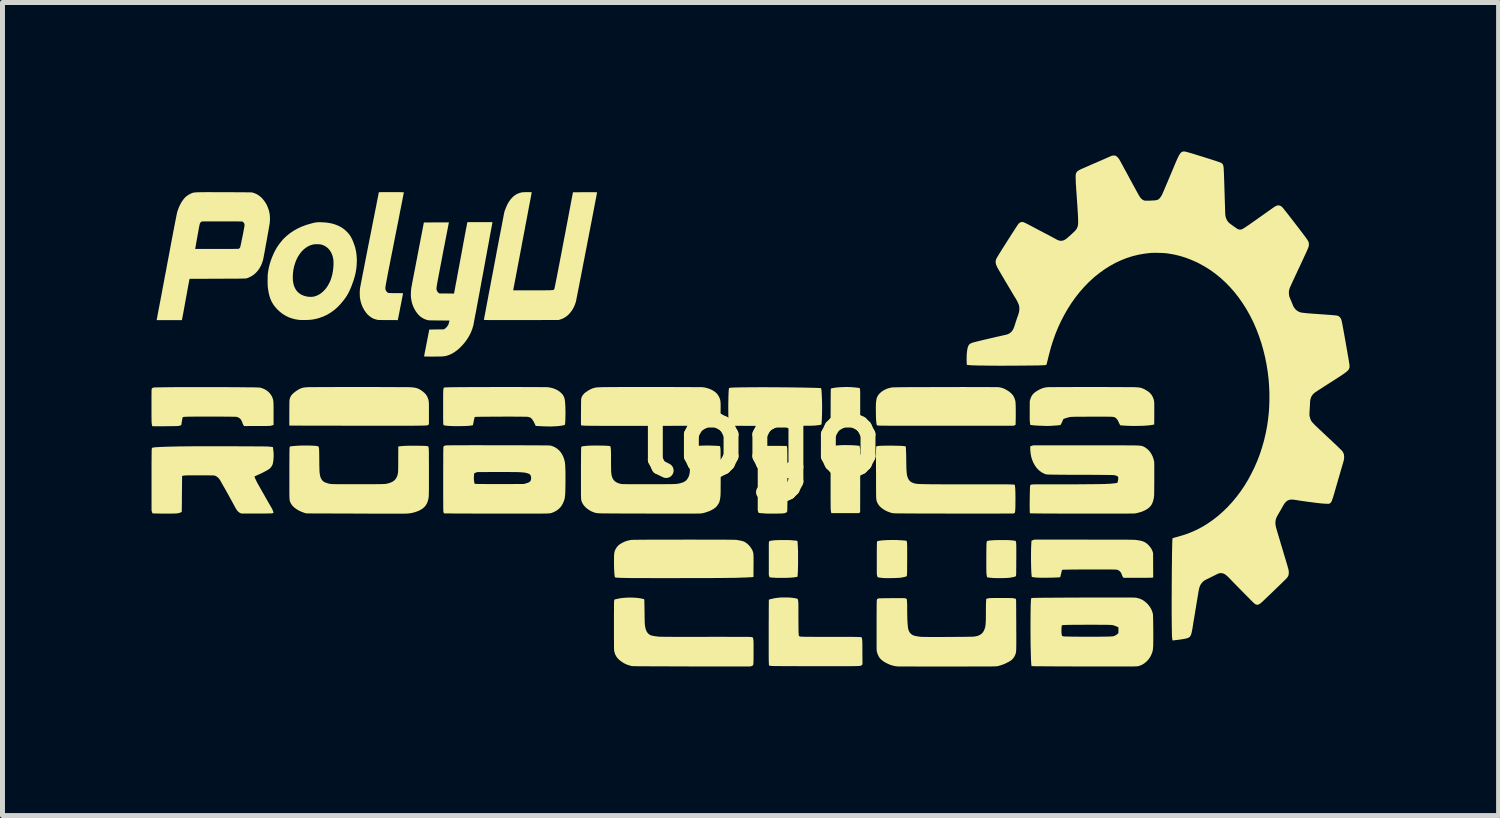
<source format=kicad_pcb>
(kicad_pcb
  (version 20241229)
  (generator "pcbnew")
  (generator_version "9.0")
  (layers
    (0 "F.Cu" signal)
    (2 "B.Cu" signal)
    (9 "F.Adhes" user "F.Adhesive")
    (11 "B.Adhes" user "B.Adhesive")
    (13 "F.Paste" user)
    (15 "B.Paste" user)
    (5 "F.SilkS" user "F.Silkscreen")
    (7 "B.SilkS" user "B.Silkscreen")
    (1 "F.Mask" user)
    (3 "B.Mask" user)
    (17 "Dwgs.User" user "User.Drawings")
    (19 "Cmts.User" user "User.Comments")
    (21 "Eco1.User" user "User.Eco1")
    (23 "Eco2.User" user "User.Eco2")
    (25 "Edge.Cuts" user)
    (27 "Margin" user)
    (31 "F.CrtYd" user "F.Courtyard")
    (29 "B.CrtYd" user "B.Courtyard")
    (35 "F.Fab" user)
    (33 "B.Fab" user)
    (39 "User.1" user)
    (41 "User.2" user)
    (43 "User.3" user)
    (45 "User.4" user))
  (footprint "logo"
    (layer "F.Cu")
    (at 12.249 5.734)
    (property "Reference" "logo" (at 0 0 0) (layer "F.SilkS") (effects (font (size 1.524 1.524) (thickness 0.3))))
    (attr board_only exclude_from_pos_files exclude_from_bom)
    (fp_poly (pts (xy 1.779 0.178) (xy 1.83 0.179) (xy 1.879 0.181) (xy 1.926 0.184) (xy 1.968 0.188) (xy 1.987 0.19) (xy 2.007 0.193) (xy 2.014 0.23) (xy 2.021 0.267) (xy 2.02 0.895) (xy 2.019 1.522) (xy 2.009 1.535) (xy 2 1.547) (xy 1.44 1.547) (xy 1.436 1.536) (xy 1.435 1.53) (xy 1.433 1.525) (xy 1.432 1.519) (xy 1.431 1.513) (xy 1.43 1.506) (xy 1.429 1.497) (xy 1.428 1.487) (xy 1.427 1.474) (xy 1.426 1.459) (xy 1.426 1.44) (xy 1.425 1.419) (xy 1.425 1.393) (xy 1.425 1.363) (xy 1.425 1.328) (xy 1.424 1.289) (xy 1.424 1.244) (xy 1.424 1.193) (xy 1.424 1.135) (xy 1.424 1.071) (xy 1.424 1) (xy 1.424 0.922) (xy 1.424 0.865) (xy 1.424 0.78) (xy 1.424 0.701) (xy 1.424 0.631) (xy 1.424 0.567) (xy 1.424 0.51) (xy 1.425 0.459) (xy 1.425 0.415) (xy 1.425 0.375) (xy 1.425 0.341) (xy 1.426 0.312) (xy 1.426 0.287) (xy 1.427 0.267) (xy 1.428 0.25) (xy 1.428 0.236) (xy 1.429 0.225) (xy 1.43 0.217) (xy 1.432 0.211) (xy 1.433 0.206) (xy 1.435 0.203) (xy 1.437 0.202) (xy 1.438 0.2) (xy 1.441 0.2) (xy 1.441 0.2) (xy 1.452 0.197) (xy 1.468 0.194) (xy 1.489 0.191) (xy 1.513 0.188) (xy 1.541 0.186) (xy 1.571 0.183) (xy 1.603 0.181) (xy 1.634 0.179) (xy 1.68 0.178) (xy 1.729 0.177)) (stroke (width 0) (type solid)) (fill yes) (layer "F.SilkS"))
    (fp_poly (pts (xy 0.254 0.193) (xy 0.54 0.194) (xy 0.547 0.218) (xy 0.547 0.222) (xy 0.548 0.225) (xy 0.549 0.23) (xy 0.55 0.235) (xy 0.55 0.241) (xy 0.551 0.25) (xy 0.551 0.26) (xy 0.552 0.273) (xy 0.552 0.29) (xy 0.552 0.309) (xy 0.552 0.332) (xy 0.553 0.36) (xy 0.553 0.392) (xy 0.553 0.429) (xy 0.553 0.472) (xy 0.553 0.52) (xy 0.554 0.574) (xy 0.554 0.636) (xy 0.554 0.704) (xy 0.554 0.779) (xy 0.554 0.855) (xy 0.554 0.942) (xy 0.554 1.021) (xy 0.554 1.092) (xy 0.554 1.157) (xy 0.554 1.214) (xy 0.554 1.265) (xy 0.554 1.31) (xy 0.554 1.349) (xy 0.554 1.383) (xy 0.553 1.412) (xy 0.553 1.436) (xy 0.553 1.455) (xy 0.552 1.471) (xy 0.552 1.483) (xy 0.551 1.491) (xy 0.551 1.496) (xy 0.547 1.525) (xy 0.528 1.536) (xy 0.517 1.542) (xy 0.503 1.546) (xy 0.487 1.55) (xy 0.475 1.551) (xy 0.461 1.553) (xy 0.441 1.554) (xy 0.417 1.555) (xy 0.389 1.556) (xy 0.358 1.556) (xy 0.325 1.557) (xy 0.291 1.557) (xy 0.258 1.557) (xy 0.224 1.557) (xy 0.193 1.557) (xy 0.164 1.557) (xy 0.139 1.556) (xy 0.127 1.555) (xy 0.102 1.554) (xy 0.078 1.552) (xy 0.054 1.55) (xy 0.031 1.549) (xy 0.011 1.547) (xy -0.005 1.545) (xy -0.017 1.543) (xy -0.025 1.541) (xy -0.026 1.541) (xy -0.028 1.536) (xy -0.032 1.527) (xy -0.036 1.514) (xy -0.043 1.488) (xy -0.043 0.863) (xy -0.043 0.78) (xy -0.043 0.704) (xy -0.043 0.635) (xy -0.043 0.574) (xy -0.043 0.519) (xy -0.043 0.47) (xy -0.043 0.427) (xy -0.043 0.39) (xy -0.043 0.357) (xy -0.042 0.329) (xy -0.042 0.305) (xy -0.042 0.285) (xy -0.042 0.269) (xy -0.041 0.255) (xy -0.041 0.245) (xy -0.04 0.236) (xy -0.04 0.229) (xy -0.039 0.224) (xy -0.038 0.22) (xy -0.038 0.216) (xy -0.037 0.215) (xy -0.032 0.192)) (stroke (width 0) (type solid)) (fill yes) (layer "F.SilkS"))
    (fp_poly (pts (xy 0.508 2.089) (xy 0.537 2.089) (xy 0.564 2.09) (xy 0.577 2.09) (xy 0.605 2.091) (xy 0.632 2.093) (xy 0.659 2.095) (xy 0.684 2.097) (xy 0.706 2.099) (xy 0.725 2.101) (xy 0.74 2.103) (xy 0.751 2.105) (xy 0.755 2.107) (xy 0.755 2.107) (xy 0.757 2.113) (xy 0.758 2.125) (xy 0.76 2.143) (xy 0.761 2.166) (xy 0.763 2.192) (xy 0.765 2.221) (xy 0.766 2.251) (xy 0.766 2.258) (xy 0.768 2.293) (xy 0.769 2.333) (xy 0.769 2.375) (xy 0.769 2.419) (xy 0.769 2.465) (xy 0.769 2.511) (xy 0.769 2.557) (xy 0.768 2.601) (xy 0.767 2.644) (xy 0.766 2.684) (xy 0.765 2.721) (xy 0.763 2.753) (xy 0.762 2.781) (xy 0.76 2.803) (xy 0.758 2.819) (xy 0.756 2.827) (xy 0.756 2.828) (xy 0.751 2.83) (xy 0.742 2.832) (xy 0.728 2.834) (xy 0.71 2.837) (xy 0.69 2.84) (xy 0.669 2.842) (xy 0.648 2.844) (xy 0.638 2.845) (xy 0.607 2.847) (xy 0.57 2.849) (xy 0.53 2.85) (xy 0.489 2.851) (xy 0.447 2.851) (xy 0.406 2.851) (xy 0.369 2.851) (xy 0.335 2.85) (xy 0.335 2.85) (xy 0.312 2.849) (xy 0.288 2.847) (xy 0.266 2.846) (xy 0.247 2.845) (xy 0.232 2.844) (xy 0.23 2.843) (xy 0.196 2.84) (xy 0.188 2.817) (xy 0.18 2.793) (xy 0.18 2.463) (xy 0.18 2.403) (xy 0.18 2.351) (xy 0.18 2.306) (xy 0.18 2.268) (xy 0.18 2.235) (xy 0.18 2.208) (xy 0.18 2.186) (xy 0.181 2.168) (xy 0.181 2.154) (xy 0.182 2.144) (xy 0.182 2.136) (xy 0.183 2.13) (xy 0.184 2.126) (xy 0.185 2.123) (xy 0.186 2.12) (xy 0.189 2.114) (xy 0.192 2.111) (xy 0.197 2.108) (xy 0.206 2.106) (xy 0.219 2.104) (xy 0.225 2.103) (xy 0.24 2.101) (xy 0.255 2.098) (xy 0.266 2.097) (xy 0.27 2.096) (xy 0.283 2.095) (xy 0.301 2.093) (xy 0.324 2.092) (xy 0.351 2.091) (xy 0.381 2.09) (xy 0.412 2.089) (xy 0.444 2.089) (xy 0.476 2.089)) (stroke (width 0) (type solid)) (fill yes) (layer "F.SilkS"))
    (fp_poly (pts (xy 1.804 -0.991) (xy 1.858 -0.988) (xy 1.862 -0.988) (xy 1.882 -0.986) (xy 1.903 -0.984) (xy 1.925 -0.982) (xy 1.947 -0.98) (xy 1.966 -0.977) (xy 1.984 -0.975) (xy 1.997 -0.973) (xy 2.007 -0.971) (xy 2.01 -0.969) (xy 2.012 -0.965) (xy 2.014 -0.955) (xy 2.016 -0.944) (xy 2.017 -0.939) (xy 2.018 -0.931) (xy 2.018 -0.92) (xy 2.019 -0.906) (xy 2.019 -0.888) (xy 2.02 -0.866) (xy 2.02 -0.839) (xy 2.02 -0.807) (xy 2.02 -0.768) (xy 2.02 -0.724) (xy 2.02 -0.672) (xy 2.02 -0.613) (xy 2.02 -0.58) (xy 2.02 -0.528) (xy 2.02 -0.478) (xy 2.02 -0.432) (xy 2.02 -0.389) (xy 2.02 -0.35) (xy 2.02 -0.316) (xy 2.02 -0.287) (xy 2.02 -0.264) (xy 2.019 -0.248) (xy 2.019 -0.239) (xy 2.019 -0.238) (xy 2.015 -0.236) (xy 2.006 -0.234) (xy 1.993 -0.231) (xy 1.977 -0.228) (xy 1.96 -0.225) (xy 1.942 -0.223) (xy 1.925 -0.22) (xy 1.924 -0.22) (xy 1.912 -0.219) (xy 1.894 -0.218) (xy 1.871 -0.217) (xy 1.844 -0.216) (xy 1.814 -0.216) (xy 1.782 -0.215) (xy 1.749 -0.215) (xy 1.715 -0.214) (xy 1.682 -0.214) (xy 1.649 -0.214) (xy 1.619 -0.214) (xy 1.592 -0.215) (xy 1.568 -0.215) (xy 1.549 -0.216) (xy 1.536 -0.217) (xy 1.518 -0.218) (xy 1.499 -0.22) (xy 1.48 -0.222) (xy 1.464 -0.225) (xy 1.45 -0.227) (xy 1.44 -0.229) (xy 1.435 -0.23) (xy 1.434 -0.23) (xy 1.433 -0.235) (xy 1.431 -0.245) (xy 1.429 -0.259) (xy 1.429 -0.261) (xy 1.428 -0.268) (xy 1.427 -0.276) (xy 1.426 -0.285) (xy 1.426 -0.298) (xy 1.425 -0.314) (xy 1.425 -0.333) (xy 1.425 -0.357) (xy 1.425 -0.385) (xy 1.424 -0.419) (xy 1.424 -0.459) (xy 1.425 -0.505) (xy 1.425 -0.558) (xy 1.425 -0.616) (xy 1.425 -0.667) (xy 1.425 -0.716) (xy 1.426 -0.762) (xy 1.426 -0.804) (xy 1.426 -0.843) (xy 1.427 -0.876) (xy 1.427 -0.905) (xy 1.428 -0.927) (xy 1.428 -0.943) (xy 1.428 -0.951) (xy 1.429 -0.952) (xy 1.431 -0.958) (xy 1.434 -0.962) (xy 1.442 -0.965) (xy 1.452 -0.967) (xy 1.492 -0.975) (xy 1.537 -0.981) (xy 1.586 -0.986) (xy 1.638 -0.989) (xy 1.693 -0.991) (xy 1.748 -0.992)) (stroke (width 0) (type solid)) (fill yes) (layer "F.SilkS"))
    (fp_poly (pts (xy 4.932 2.09) (xy 4.961 2.09) (xy 4.987 2.09) (xy 5.009 2.091) (xy 5.025 2.092) (xy 5.032 2.092) (xy 5.068 2.095) (xy 5.097 2.098) (xy 5.12 2.101) (xy 5.136 2.103) (xy 5.146 2.106) (xy 5.15 2.107) (xy 5.152 2.113) (xy 5.155 2.124) (xy 5.158 2.139) (xy 5.159 2.14) (xy 5.16 2.147) (xy 5.16 2.154) (xy 5.161 2.163) (xy 5.162 2.175) (xy 5.162 2.189) (xy 5.162 2.207) (xy 5.163 2.229) (xy 5.163 2.256) (xy 5.163 2.288) (xy 5.163 2.326) (xy 5.163 2.37) (xy 5.163 2.421) (xy 5.163 2.478) (xy 5.162 2.539) (xy 5.162 2.592) (xy 5.162 2.639) (xy 5.161 2.678) (xy 5.161 2.711) (xy 5.161 2.738) (xy 5.16 2.76) (xy 5.159 2.777) (xy 5.159 2.79) (xy 5.158 2.798) (xy 5.157 2.803) (xy 5.155 2.812) (xy 5.151 2.818) (xy 5.146 2.822) (xy 5.136 2.826) (xy 5.133 2.826) (xy 5.116 2.831) (xy 5.094 2.836) (xy 5.069 2.841) (xy 5.042 2.846) (xy 5.014 2.849) (xy 5.013 2.85) (xy 4.999 2.851) (xy 4.98 2.852) (xy 4.957 2.853) (xy 4.93 2.854) (xy 4.9 2.855) (xy 4.869 2.855) (xy 4.837 2.856) (xy 4.806 2.856) (xy 4.776 2.856) (xy 4.748 2.855) (xy 4.724 2.855) (xy 4.704 2.854) (xy 4.691 2.853) (xy 4.671 2.851) (xy 4.648 2.849) (xy 4.627 2.846) (xy 4.611 2.844) (xy 4.575 2.839) (xy 4.569 2.811) (xy 4.567 2.799) (xy 4.565 2.787) (xy 4.564 2.773) (xy 4.562 2.757) (xy 4.561 2.738) (xy 4.56 2.716) (xy 4.56 2.69) (xy 4.559 2.659) (xy 4.559 2.624) (xy 4.559 2.582) (xy 4.559 2.534) (xy 4.559 2.478) (xy 4.559 2.449) (xy 4.559 2.389) (xy 4.56 2.335) (xy 4.56 2.289) (xy 4.561 2.25) (xy 4.561 2.217) (xy 4.562 2.189) (xy 4.563 2.166) (xy 4.564 2.148) (xy 4.566 2.134) (xy 4.568 2.124) (xy 4.57 2.116) (xy 4.57 2.114) (xy 4.574 2.111) (xy 4.582 2.107) (xy 4.595 2.104) (xy 4.614 2.101) (xy 4.638 2.098) (xy 4.667 2.095) (xy 4.684 2.094) (xy 4.699 2.093) (xy 4.72 2.092) (xy 4.745 2.091) (xy 4.773 2.091) (xy 4.803 2.09) (xy 4.836 2.09) (xy 4.868 2.09) (xy 4.901 2.09)) (stroke (width 0) (type solid)) (fill yes) (layer "F.SilkS"))
    (fp_poly (pts (xy 2.732 2.088) (xy 2.771 2.089) (xy 2.778 2.09) (xy 2.815 2.092) (xy 2.849 2.094) (xy 2.879 2.096) (xy 2.904 2.098) (xy 2.925 2.1) (xy 2.941 2.102) (xy 2.951 2.104) (xy 2.955 2.106) (xy 2.956 2.111) (xy 2.959 2.122) (xy 2.961 2.137) (xy 2.962 2.142) (xy 2.963 2.149) (xy 2.964 2.158) (xy 2.964 2.169) (xy 2.965 2.182) (xy 2.965 2.199) (xy 2.966 2.22) (xy 2.966 2.244) (xy 2.966 2.274) (xy 2.966 2.31) (xy 2.966 2.351) (xy 2.966 2.4) (xy 2.966 2.456) (xy 2.966 2.481) (xy 2.966 2.541) (xy 2.965 2.593) (xy 2.965 2.638) (xy 2.965 2.677) (xy 2.965 2.71) (xy 2.964 2.737) (xy 2.963 2.759) (xy 2.962 2.777) (xy 2.961 2.791) (xy 2.96 2.801) (xy 2.958 2.809) (xy 2.956 2.814) (xy 2.953 2.818) (xy 2.95 2.82) (xy 2.947 2.822) (xy 2.942 2.823) (xy 2.941 2.824) (xy 2.929 2.828) (xy 2.912 2.832) (xy 2.892 2.836) (xy 2.87 2.841) (xy 2.846 2.845) (xy 2.824 2.848) (xy 2.814 2.85) (xy 2.804 2.851) (xy 2.788 2.851) (xy 2.767 2.852) (xy 2.743 2.853) (xy 2.716 2.854) (xy 2.687 2.855) (xy 2.657 2.855) (xy 2.627 2.856) (xy 2.598 2.856) (xy 2.571 2.856) (xy 2.547 2.856) (xy 2.526 2.856) (xy 2.51 2.855) (xy 2.502 2.855) (xy 2.479 2.853) (xy 2.457 2.851) (xy 2.435 2.848) (xy 2.415 2.846) (xy 2.398 2.843) (xy 2.384 2.84) (xy 2.375 2.838) (xy 2.371 2.836) (xy 2.368 2.83) (xy 2.364 2.818) (xy 2.36 2.805) (xy 2.359 2.799) (xy 2.358 2.794) (xy 2.357 2.789) (xy 2.356 2.782) (xy 2.355 2.774) (xy 2.355 2.764) (xy 2.354 2.75) (xy 2.354 2.733) (xy 2.354 2.712) (xy 2.354 2.687) (xy 2.354 2.656) (xy 2.354 2.619) (xy 2.354 2.576) (xy 2.354 2.526) (xy 2.354 2.47) (xy 2.354 2.405) (xy 2.354 2.348) (xy 2.354 2.298) (xy 2.355 2.256) (xy 2.355 2.22) (xy 2.356 2.191) (xy 2.356 2.169) (xy 2.357 2.152) (xy 2.358 2.141) (xy 2.358 2.137) (xy 2.362 2.113) (xy 2.381 2.108) (xy 2.401 2.104) (xy 2.426 2.1) (xy 2.456 2.097) (xy 2.49 2.094) (xy 2.527 2.092) (xy 2.566 2.09) (xy 2.607 2.089) (xy 2.649 2.088) (xy 2.691 2.088)) (stroke (width 0) (type solid)) (fill yes) (layer "F.SilkS"))
    (fp_poly (pts (xy 4.191 -0.991) (xy 4.257 -0.991) (xy 4.32 -0.991) (xy 4.381 -0.991) (xy 4.439 -0.991) (xy 4.494 -0.991) (xy 4.546 -0.991) (xy 4.594 -0.991) (xy 4.638 -0.99) (xy 4.677 -0.99) (xy 4.712 -0.99) (xy 4.743 -0.99) (xy 4.768 -0.989) (xy 4.788 -0.989) (xy 4.802 -0.988) (xy 4.81 -0.988) (xy 4.81 -0.988) (xy 4.855 -0.98) (xy 4.897 -0.967) (xy 4.938 -0.949) (xy 4.941 -0.947) (xy 4.983 -0.923) (xy 5.019 -0.899) (xy 5.049 -0.875) (xy 5.075 -0.85) (xy 5.092 -0.83) (xy 5.109 -0.803) (xy 5.124 -0.772) (xy 5.136 -0.738) (xy 5.145 -0.705) (xy 5.145 -0.7) (xy 5.147 -0.685) (xy 5.148 -0.663) (xy 5.15 -0.635) (xy 5.151 -0.601) (xy 5.151 -0.563) (xy 5.152 -0.522) (xy 5.152 -0.478) (xy 5.152 -0.433) (xy 5.152 -0.387) (xy 5.151 -0.343) (xy 5.149 -0.231) (xy 5.13 -0.222) (xy 5.11 -0.213) (xy 3.744 -0.213) (xy 3.633 -0.213) (xy 3.527 -0.213) (xy 3.428 -0.213) (xy 3.335 -0.213) (xy 3.247 -0.213) (xy 3.165 -0.213) (xy 3.088 -0.213) (xy 3.016 -0.213) (xy 2.95 -0.213) (xy 2.888 -0.213) (xy 2.83 -0.213) (xy 2.777 -0.213) (xy 2.729 -0.213) (xy 2.684 -0.213) (xy 2.643 -0.213) (xy 2.606 -0.213) (xy 2.573 -0.213) (xy 2.543 -0.214) (xy 2.516 -0.214) (xy 2.492 -0.214) (xy 2.47 -0.214) (xy 2.452 -0.214) (xy 2.435 -0.215) (xy 2.421 -0.215) (xy 2.41 -0.215) (xy 2.4 -0.216) (xy 2.391 -0.216) (xy 2.384 -0.217) (xy 2.379 -0.217) (xy 2.375 -0.217) (xy 2.371 -0.218) (xy 2.369 -0.218) (xy 2.367 -0.219) (xy 2.366 -0.22) (xy 2.365 -0.22) (xy 2.358 -0.225) (xy 2.353 -0.229) (xy 2.351 -0.236) (xy 2.349 -0.248) (xy 2.348 -0.256) (xy 2.345 -0.278) (xy 2.343 -0.299) (xy 2.341 -0.319) (xy 2.339 -0.34) (xy 2.338 -0.363) (xy 2.337 -0.389) (xy 2.337 -0.42) (xy 2.336 -0.457) (xy 2.336 -0.482) (xy 2.335 -0.537) (xy 2.335 -0.585) (xy 2.336 -0.626) (xy 2.337 -0.661) (xy 2.34 -0.692) (xy 2.343 -0.718) (xy 2.347 -0.741) (xy 2.351 -0.761) (xy 2.357 -0.779) (xy 2.361 -0.79) (xy 2.376 -0.818) (xy 2.395 -0.845) (xy 2.419 -0.87) (xy 2.448 -0.895) (xy 2.484 -0.92) (xy 2.485 -0.921) (xy 2.516 -0.938) (xy 2.548 -0.953) (xy 2.582 -0.965) (xy 2.619 -0.975) (xy 2.662 -0.983) (xy 2.673 -0.985) (xy 2.679 -0.985) (xy 2.692 -0.986) (xy 2.71 -0.986) (xy 2.734 -0.986) (xy 2.763 -0.987) (xy 2.797 -0.987) (xy 2.835 -0.988) (xy 2.878 -0.988) (xy 2.925 -0.988) (xy 2.976 -0.989) (xy 3.03 -0.989) (xy 3.088 -0.989) (xy 3.148 -0.99) (xy 3.21 -0.99) (xy 3.275 -0.99) (xy 3.342 -0.99) (xy 3.411 -0.99) (xy 3.481 -0.991) (xy 3.552 -0.991) (xy 3.624 -0.991) (xy 3.696 -0.991) (xy 3.769 -0.991) (xy 3.841 -0.991) (xy 3.913 -0.991) (xy 3.985 -0.991) (xy 4.055 -0.992) (xy 4.124 -0.992)) (stroke (width 0) (type solid)) (fill yes) (layer "F.SilkS"))
    (fp_poly (pts (xy 0.121 -0.988) (xy 0.193 -0.987) (xy 0.266 -0.987) (xy 0.341 -0.987) (xy 0.416 -0.986) (xy 0.492 -0.986) (xy 0.568 -0.985) (xy 0.644 -0.984) (xy 0.656 -0.984) (xy 0.718 -0.983) (xy 0.777 -0.982) (xy 0.835 -0.981) (xy 0.89 -0.98) (xy 0.941 -0.979) (xy 0.99 -0.978) (xy 1.035 -0.977) (xy 1.076 -0.976) (xy 1.113 -0.975) (xy 1.145 -0.974) (xy 1.172 -0.973) (xy 1.195 -0.972) (xy 1.211 -0.971) (xy 1.222 -0.97) (xy 1.226 -0.969) (xy 1.233 -0.964) (xy 1.236 -0.957) (xy 1.238 -0.942) (xy 1.241 -0.919) (xy 1.243 -0.89) (xy 1.245 -0.855) (xy 1.247 -0.816) (xy 1.249 -0.773) (xy 1.251 -0.728) (xy 1.251 -0.715) (xy 1.252 -0.677) (xy 1.253 -0.636) (xy 1.253 -0.594) (xy 1.253 -0.55) (xy 1.252 -0.506) (xy 1.252 -0.463) (xy 1.251 -0.422) (xy 1.249 -0.382) (xy 1.248 -0.346) (xy 1.246 -0.314) (xy 1.244 -0.286) (xy 1.243 -0.263) (xy 1.24 -0.247) (xy 1.238 -0.238) (xy 1.237 -0.236) (xy 1.231 -0.234) (xy 1.219 -0.231) (xy 1.201 -0.227) (xy 1.179 -0.224) (xy 1.153 -0.221) (xy 1.126 -0.218) (xy 1.118 -0.217) (xy 1.11 -0.216) (xy 1.101 -0.216) (xy 1.09 -0.215) (xy 1.078 -0.214) (xy 1.064 -0.214) (xy 1.048 -0.214) (xy 1.029 -0.213) (xy 1.008 -0.213) (xy 0.984 -0.212) (xy 0.957 -0.212) (xy 0.927 -0.212) (xy 0.893 -0.212) (xy 0.855 -0.211) (xy 0.813 -0.211) (xy 0.767 -0.211) (xy 0.716 -0.211) (xy 0.661 -0.211) (xy 0.6 -0.211) (xy 0.534 -0.21) (xy 0.463 -0.21) (xy 0.386 -0.21) (xy 0.302 -0.21) (xy 0.26 -0.21) (xy 0.185 -0.21) (xy 0.112 -0.21) (xy 0.042 -0.21) (xy -0.026 -0.21) (xy -0.091 -0.21) (xy -0.153 -0.21) (xy -0.211 -0.21) (xy -0.266 -0.21) (xy -0.317 -0.21) (xy -0.364 -0.211) (xy -0.407 -0.211) (xy -0.445 -0.211) (xy -0.478 -0.211) (xy -0.507 -0.211) (xy -0.529 -0.212) (xy -0.546 -0.212) (xy -0.558 -0.212) (xy -0.563 -0.213) (xy -0.563 -0.213) (xy -0.576 -0.216) (xy -0.59 -0.22) (xy -0.604 -0.225) (xy -0.615 -0.23) (xy -0.623 -0.235) (xy -0.625 -0.238) (xy -0.626 -0.244) (xy -0.627 -0.256) (xy -0.628 -0.272) (xy -0.629 -0.282) (xy -0.631 -0.311) (xy -0.632 -0.347) (xy -0.634 -0.388) (xy -0.635 -0.433) (xy -0.635 -0.482) (xy -0.636 -0.532) (xy -0.636 -0.585) (xy -0.636 -0.637) (xy -0.635 -0.689) (xy -0.634 -0.74) (xy -0.633 -0.788) (xy -0.632 -0.832) (xy -0.63 -0.873) (xy -0.628 -0.908) (xy -0.626 -0.936) (xy -0.623 -0.958) (xy -0.623 -0.958) (xy -0.622 -0.965) (xy -0.619 -0.97) (xy -0.613 -0.973) (xy -0.603 -0.975) (xy -0.602 -0.975) (xy -0.592 -0.977) (xy -0.577 -0.978) (xy -0.555 -0.98) (xy -0.528 -0.981) (xy -0.496 -0.982) (xy -0.458 -0.983) (xy -0.416 -0.984) (xy -0.37 -0.985) (xy -0.32 -0.985) (xy -0.266 -0.986) (xy -0.208 -0.987) (xy -0.148 -0.987) (xy -0.084 -0.987) (xy -0.018 -0.988) (xy 0.05 -0.988)) (stroke (width 0) (type solid)) (fill yes) (layer "F.SilkS"))
    (fp_poly (pts (xy 6.53 2.08) (xy 6.625 2.081) (xy 6.715 2.081) (xy 6.799 2.081) (xy 6.876 2.081) (xy 6.949 2.081) (xy 7.016 2.081) (xy 7.078 2.081) (xy 7.134 2.081) (xy 7.187 2.081) (xy 7.235 2.081) (xy 7.278 2.082) (xy 7.318 2.082) (xy 7.354 2.082) (xy 7.386 2.082) (xy 7.414 2.082) (xy 7.44 2.083) (xy 7.463 2.083) (xy 7.483 2.083) (xy 7.5 2.084) (xy 7.516 2.084) (xy 7.529 2.084) (xy 7.54 2.085) (xy 7.55 2.085) (xy 7.558 2.086) (xy 7.565 2.086) (xy 7.571 2.087) (xy 7.576 2.088) (xy 7.577 2.088) (xy 7.618 2.094) (xy 7.653 2.1) (xy 7.684 2.107) (xy 7.71 2.115) (xy 7.734 2.125) (xy 7.755 2.136) (xy 7.776 2.149) (xy 7.796 2.165) (xy 7.809 2.176) (xy 7.841 2.209) (xy 7.869 2.244) (xy 7.891 2.281) (xy 7.907 2.319) (xy 7.909 2.325) (xy 7.917 2.349) (xy 7.919 2.844) (xy 7.884 2.847) (xy 7.876 2.847) (xy 7.861 2.848) (xy 7.842 2.848) (xy 7.817 2.848) (xy 7.788 2.849) (xy 7.756 2.849) (xy 7.721 2.849) (xy 7.683 2.849) (xy 7.643 2.849) (xy 7.602 2.849) (xy 7.587 2.849) (xy 7.323 2.849) (xy 7.313 2.838) (xy 7.305 2.827) (xy 7.296 2.809) (xy 7.291 2.795) (xy 7.278 2.762) (xy 7.263 2.736) (xy 7.244 2.715) (xy 7.221 2.699) (xy 7.193 2.687) (xy 7.187 2.685) (xy 7.182 2.685) (xy 7.171 2.684) (xy 7.154 2.684) (xy 7.132 2.683) (xy 7.105 2.683) (xy 7.074 2.682) (xy 7.039 2.682) (xy 7.001 2.682) (xy 6.959 2.682) (xy 6.915 2.682) (xy 6.869 2.681) (xy 6.82 2.681) (xy 6.771 2.681) (xy 6.72 2.681) (xy 6.668 2.681) (xy 6.617 2.682) (xy 6.565 2.682) (xy 6.514 2.682) (xy 6.464 2.682) (xy 6.416 2.682) (xy 6.37 2.683) (xy 6.326 2.683) (xy 6.284 2.683) (xy 6.246 2.684) (xy 6.211 2.684) (xy 6.18 2.685) (xy 6.153 2.685) (xy 6.132 2.686) (xy 6.115 2.686) (xy 6.104 2.687) (xy 6.099 2.688) (xy 6.082 2.692) (xy 6.066 2.763) (xy 6.06 2.786) (xy 6.055 2.806) (xy 6.051 2.822) (xy 6.049 2.832) (xy 6.048 2.836) (xy 6.043 2.837) (xy 6.033 2.839) (xy 6.018 2.84) (xy 5.998 2.842) (xy 5.974 2.843) (xy 5.947 2.844) (xy 5.917 2.845) (xy 5.885 2.846) (xy 5.851 2.847) (xy 5.817 2.847) (xy 5.782 2.848) (xy 5.748 2.848) (xy 5.715 2.848) (xy 5.683 2.848) (xy 5.654 2.848) (xy 5.627 2.847) (xy 5.604 2.846) (xy 5.585 2.845) (xy 5.584 2.845) (xy 5.563 2.844) (xy 5.542 2.842) (xy 5.522 2.839) (xy 5.505 2.837) (xy 5.49 2.835) (xy 5.48 2.833) (xy 5.476 2.832) (xy 5.476 2.832) (xy 5.474 2.827) (xy 5.473 2.817) (xy 5.471 2.806) (xy 5.469 2.777) (xy 5.466 2.742) (xy 5.464 2.7) (xy 5.462 2.653) (xy 5.461 2.603) (xy 5.46 2.549) (xy 5.459 2.494) (xy 5.459 2.438) (xy 5.459 2.383) (xy 5.46 2.328) (xy 5.46 2.277) (xy 5.462 2.228) (xy 5.464 2.185) (xy 5.466 2.147) (xy 5.467 2.125) (xy 5.47 2.101) (xy 5.5 2.09) (xy 5.531 2.08)) (stroke (width 0) (type solid)) (fill yes) (layer "F.SilkS"))
    (fp_poly (pts (xy -8.032 -0.992) (xy -7.959 -0.992) (xy -7.887 -0.992) (xy -7.816 -0.992) (xy -7.747 -0.992) (xy -7.678 -0.992) (xy -7.611 -0.991) (xy -7.547 -0.991) (xy -7.485 -0.991) (xy -7.425 -0.991) (xy -7.369 -0.991) (xy -7.315 -0.99) (xy -7.266 -0.99) (xy -7.22 -0.99) (xy -7.179 -0.99) (xy -7.142 -0.989) (xy -7.111 -0.989) (xy -7.084 -0.989) (xy -7.063 -0.988) (xy -7.048 -0.988) (xy -7.04 -0.988) (xy -7 -0.985) (xy -6.966 -0.981) (xy -6.935 -0.976) (xy -6.908 -0.969) (xy -6.882 -0.959) (xy -6.857 -0.948) (xy -6.832 -0.933) (xy -6.805 -0.915) (xy -6.801 -0.912) (xy -6.769 -0.887) (xy -6.743 -0.863) (xy -6.721 -0.837) (xy -6.703 -0.81) (xy -6.689 -0.779) (xy -6.685 -0.77) (xy -6.68 -0.757) (xy -6.676 -0.745) (xy -6.673 -0.733) (xy -6.67 -0.721) (xy -6.668 -0.707) (xy -6.666 -0.691) (xy -6.665 -0.672) (xy -6.664 -0.649) (xy -6.663 -0.622) (xy -6.663 -0.59) (xy -6.663 -0.552) (xy -6.663 -0.507) (xy -6.663 -0.455) (xy -6.663 -0.453) (xy -6.663 -0.244) (xy -6.674 -0.234) (xy -6.676 -0.232) (xy -6.677 -0.23) (xy -6.679 -0.229) (xy -6.68 -0.227) (xy -6.682 -0.226) (xy -6.684 -0.225) (xy -6.686 -0.223) (xy -6.69 -0.222) (xy -6.694 -0.221) (xy -6.699 -0.22) (xy -6.706 -0.219) (xy -6.714 -0.219) (xy -6.723 -0.218) (xy -6.735 -0.217) (xy -6.749 -0.216) (xy -6.764 -0.216) (xy -6.783 -0.215) (xy -6.803 -0.215) (xy -6.827 -0.215) (xy -6.853 -0.214) (xy -6.883 -0.214) (xy -6.915 -0.214) (xy -6.952 -0.213) (xy -6.992 -0.213) (xy -7.035 -0.213) (xy -7.083 -0.213) (xy -7.135 -0.213) (xy -7.192 -0.213) (xy -7.252 -0.213) (xy -7.318 -0.213) (xy -7.389 -0.213) (xy -7.464 -0.213) (xy -7.545 -0.213) (xy -7.632 -0.213) (xy -7.724 -0.213) (xy -7.822 -0.213) (xy -7.926 -0.213) (xy -8.036 -0.213) (xy -8.059 -0.213) (xy -8.152 -0.213) (xy -8.243 -0.213) (xy -8.333 -0.213) (xy -8.421 -0.213) (xy -8.506 -0.214) (xy -8.589 -0.214) (xy -8.67 -0.214) (xy -8.748 -0.214) (xy -8.823 -0.214) (xy -8.894 -0.214) (xy -8.963 -0.214) (xy -9.027 -0.214) (xy -9.088 -0.214) (xy -9.145 -0.214) (xy -9.197 -0.214) (xy -9.245 -0.215) (xy -9.288 -0.215) (xy -9.326 -0.215) (xy -9.359 -0.215) (xy -9.386 -0.215) (xy -9.408 -0.215) (xy -9.424 -0.215) (xy -9.434 -0.215) (xy -9.438 -0.215) (xy -9.474 -0.217) (xy -9.474 -0.463) (xy -9.474 -0.514) (xy -9.473 -0.562) (xy -9.473 -0.604) (xy -9.473 -0.642) (xy -9.472 -0.674) (xy -9.472 -0.699) (xy -9.471 -0.718) (xy -9.471 -0.729) (xy -9.47 -0.731) (xy -9.464 -0.76) (xy -9.453 -0.789) (xy -9.438 -0.816) (xy -9.434 -0.824) (xy -9.42 -0.84) (xy -9.401 -0.859) (xy -9.379 -0.879) (xy -9.354 -0.898) (xy -9.327 -0.917) (xy -9.3 -0.935) (xy -9.273 -0.95) (xy -9.256 -0.958) (xy -9.236 -0.967) (xy -9.217 -0.973) (xy -9.197 -0.978) (xy -9.175 -0.982) (xy -9.15 -0.985) (xy -9.12 -0.987) (xy -9.11 -0.988) (xy -9.099 -0.988) (xy -9.083 -0.989) (xy -9.061 -0.989) (xy -9.033 -0.989) (xy -9.001 -0.99) (xy -8.963 -0.99) (xy -8.921 -0.99) (xy -8.875 -0.991) (xy -8.824 -0.991) (xy -8.77 -0.991) (xy -8.713 -0.991) (xy -8.653 -0.991) (xy -8.591 -0.991) (xy -8.526 -0.992) (xy -8.459 -0.992) (xy -8.39 -0.992) (xy -8.32 -0.992) (xy -8.248 -0.992) (xy -8.177 -0.992) (xy -8.104 -0.992)) (stroke (width 0) (type solid)) (fill yes) (layer "F.SilkS"))
    (fp_poly (pts (xy -1.341 2.08) (xy -1.27 2.081) (xy -1.201 2.081) (xy -1.133 2.081) (xy -1.066 2.081) (xy -1.002 2.081) (xy -0.94 2.081) (xy -0.88 2.081) (xy -0.824 2.081) (xy -0.77 2.082) (xy -0.721 2.082) (xy -0.674 2.082) (xy -0.632 2.083) (xy -0.595 2.083) (xy -0.562 2.083) (xy -0.534 2.084) (xy -0.512 2.084) (xy -0.495 2.084) (xy -0.484 2.085) (xy -0.479 2.085) (xy -0.442 2.091) (xy -0.408 2.097) (xy -0.378 2.103) (xy -0.352 2.11) (xy -0.33 2.116) (xy -0.316 2.122) (xy -0.284 2.141) (xy -0.252 2.165) (xy -0.222 2.194) (xy -0.195 2.225) (xy -0.172 2.258) (xy -0.153 2.292) (xy -0.146 2.308) (xy -0.142 2.319) (xy -0.139 2.329) (xy -0.136 2.34) (xy -0.133 2.351) (xy -0.131 2.363) (xy -0.13 2.378) (xy -0.129 2.396) (xy -0.128 2.418) (xy -0.127 2.444) (xy -0.127 2.475) (xy -0.127 2.512) (xy -0.127 2.556) (xy -0.128 2.607) (xy -0.128 2.613) (xy -0.129 2.832) (xy -0.146 2.835) (xy -0.156 2.836) (xy -0.172 2.837) (xy -0.194 2.838) (xy -0.22 2.84) (xy -0.251 2.841) (xy -0.286 2.843) (xy -0.324 2.844) (xy -0.364 2.845) (xy -0.408 2.847) (xy -0.453 2.848) (xy -0.499 2.85) (xy -0.508 2.85) (xy -0.528 2.85) (xy -0.553 2.851) (xy -0.585 2.851) (xy -0.621 2.851) (xy -0.663 2.852) (xy -0.709 2.852) (xy -0.76 2.853) (xy -0.815 2.853) (xy -0.874 2.853) (xy -0.935 2.854) (xy -1 2.854) (xy -1.068 2.854) (xy -1.138 2.854) (xy -1.21 2.855) (xy -1.283 2.855) (xy -1.358 2.855) (xy -1.434 2.855) (xy -1.511 2.855) (xy -1.588 2.855) (xy -1.665 2.856) (xy -1.741 2.856) (xy -1.817 2.856) (xy -1.891 2.856) (xy -1.965 2.856) (xy -2.036 2.856) (xy -2.106 2.856) (xy -2.173 2.856) (xy -2.237 2.855) (xy -2.298 2.855) (xy -2.356 2.855) (xy -2.41 2.855) (xy -2.46 2.855) (xy -2.506 2.855) (xy -2.546 2.854) (xy -2.582 2.854) (xy -2.612 2.854) (xy -2.63 2.853) (xy -2.68 2.853) (xy -2.725 2.852) (xy -2.764 2.851) (xy -2.798 2.85) (xy -2.826 2.849) (xy -2.85 2.848) (xy -2.87 2.847) (xy -2.885 2.846) (xy -2.898 2.845) (xy -2.906 2.843) (xy -2.912 2.842) (xy -2.916 2.84) (xy -2.916 2.84) (xy -2.92 2.833) (xy -2.923 2.818) (xy -2.926 2.797) (xy -2.929 2.77) (xy -2.931 2.738) (xy -2.933 2.701) (xy -2.935 2.662) (xy -2.936 2.619) (xy -2.937 2.575) (xy -2.937 2.53) (xy -2.937 2.487) (xy -2.936 2.448) (xy -2.936 2.417) (xy -2.935 2.391) (xy -2.933 2.37) (xy -2.931 2.352) (xy -2.929 2.337) (xy -2.925 2.323) (xy -2.921 2.31) (xy -2.916 2.296) (xy -2.913 2.288) (xy -2.9 2.263) (xy -2.883 2.237) (xy -2.863 2.212) (xy -2.842 2.191) (xy -2.829 2.18) (xy -2.779 2.149) (xy -2.726 2.123) (xy -2.669 2.103) (xy -2.61 2.09) (xy -2.587 2.086) (xy -2.579 2.086) (xy -2.566 2.085) (xy -2.547 2.085) (xy -2.523 2.084) (xy -2.493 2.084) (xy -2.458 2.084) (xy -2.419 2.083) (xy -2.376 2.083) (xy -2.328 2.083) (xy -2.277 2.082) (xy -2.223 2.082) (xy -2.165 2.082) (xy -2.104 2.082) (xy -2.042 2.081) (xy -1.976 2.081) (xy -1.909 2.081) (xy -1.841 2.081) (xy -1.771 2.081) (xy -1.7 2.081) (xy -1.628 2.081) (xy -1.556 2.081) (xy -1.484 2.08) (xy -1.412 2.08)) (stroke (width 0) (type solid)) (fill yes) (layer "F.SilkS"))
    (fp_poly (pts (xy -7.37 -4.915) (xy -7.327 -4.915) (xy -7.289 -4.915) (xy -7.257 -4.915) (xy -7.231 -4.914) (xy -7.209 -4.914) (xy -7.193 -4.913) (xy -7.18 -4.913) (xy -7.172 -4.912) (xy -7.168 -4.911) (xy -7.168 -4.91) (xy -7.169 -4.906) (xy -7.171 -4.894) (xy -7.175 -4.875) (xy -7.18 -4.849) (xy -7.186 -4.817) (xy -7.194 -4.778) (xy -7.202 -4.733) (xy -7.212 -4.683) (xy -7.223 -4.628) (xy -7.235 -4.568) (xy -7.248 -4.503) (xy -7.261 -4.434) (xy -7.275 -4.362) (xy -7.29 -4.286) (xy -7.306 -4.207) (xy -7.322 -4.125) (xy -7.339 -4.041) (xy -7.356 -3.955) (xy -7.356 -3.954) (xy -7.376 -3.85) (xy -7.395 -3.754) (xy -7.413 -3.666) (xy -7.429 -3.584) (xy -7.444 -3.509) (xy -7.457 -3.44) (xy -7.47 -3.378) (xy -7.481 -3.321) (xy -7.491 -3.27) (xy -7.499 -3.224) (xy -7.507 -3.183) (xy -7.514 -3.146) (xy -7.52 -3.114) (xy -7.525 -3.086) (xy -7.529 -3.061) (xy -7.533 -3.04) (xy -7.536 -3.022) (xy -7.538 -3.007) (xy -7.539 -2.995) (xy -7.54 -2.984) (xy -7.54 -2.976) (xy -7.54 -2.969) (xy -7.54 -2.964) (xy -7.539 -2.959) (xy -7.538 -2.955) (xy -7.537 -2.952) (xy -7.535 -2.948) (xy -7.533 -2.945) (xy -7.532 -2.941) (xy -7.531 -2.939) (xy -7.518 -2.916) (xy -7.502 -2.899) (xy -7.483 -2.888) (xy -7.479 -2.887) (xy -7.471 -2.885) (xy -7.457 -2.884) (xy -7.437 -2.883) (xy -7.412 -2.883) (xy -7.381 -2.882) (xy -7.346 -2.882) (xy -7.323 -2.882) (xy -7.294 -2.882) (xy -7.267 -2.882) (xy -7.242 -2.882) (xy -7.221 -2.881) (xy -7.204 -2.881) (xy -7.192 -2.88) (xy -7.185 -2.88) (xy -7.184 -2.88) (xy -7.185 -2.875) (xy -7.187 -2.864) (xy -7.19 -2.846) (xy -7.195 -2.823) (xy -7.2 -2.795) (xy -7.206 -2.764) (xy -7.213 -2.729) (xy -7.22 -2.691) (xy -7.228 -2.652) (xy -7.236 -2.613) (xy -7.244 -2.573) (xy -7.251 -2.535) (xy -7.258 -2.498) (xy -7.265 -2.463) (xy -7.271 -2.432) (xy -7.277 -2.404) (xy -7.281 -2.382) (xy -7.285 -2.365) (xy -7.287 -2.355) (xy -7.287 -2.354) (xy -7.29 -2.339) (xy -7.481 -2.34) (xy -7.516 -2.34) (xy -7.549 -2.34) (xy -7.58 -2.34) (xy -7.608 -2.341) (xy -7.633 -2.341) (xy -7.653 -2.341) (xy -7.669 -2.341) (xy -7.68 -2.342) (xy -7.684 -2.342) (xy -7.709 -2.347) (xy -7.736 -2.354) (xy -7.763 -2.362) (xy -7.778 -2.368) (xy -7.822 -2.391) (xy -7.863 -2.421) (xy -7.902 -2.457) (xy -7.937 -2.499) (xy -7.968 -2.546) (xy -7.996 -2.598) (xy -8.019 -2.653) (xy -8.037 -2.712) (xy -8.049 -2.772) (xy -8.051 -2.786) (xy -8.054 -2.813) (xy -8.055 -2.845) (xy -8.056 -2.88) (xy -8.055 -2.915) (xy -8.054 -2.947) (xy -8.051 -2.974) (xy -8.05 -2.981) (xy -8.048 -2.996) (xy -8.043 -3.018) (xy -8.038 -3.047) (xy -8.031 -3.082) (xy -8.023 -3.124) (xy -8.014 -3.171) (xy -8.004 -3.224) (xy -7.993 -3.281) (xy -7.98 -3.344) (xy -7.967 -3.41) (xy -7.954 -3.481) (xy -7.939 -3.555) (xy -7.924 -3.633) (xy -7.908 -3.713) (xy -7.892 -3.796) (xy -7.875 -3.881) (xy -7.859 -3.962) (xy -7.842 -4.048) (xy -7.825 -4.132) (xy -7.809 -4.214) (xy -7.794 -4.293) (xy -7.779 -4.368) (xy -7.764 -4.441) (xy -7.751 -4.509) (xy -7.738 -4.574) (xy -7.726 -4.633) (xy -7.716 -4.688) (xy -7.706 -4.738) (xy -7.697 -4.783) (xy -7.689 -4.821) (xy -7.683 -4.854) (xy -7.678 -4.879) (xy -7.674 -4.898) (xy -7.672 -4.91) (xy -7.671 -4.914) (xy -7.671 -4.914) (xy -7.668 -4.914) (xy -7.659 -4.914) (xy -7.645 -4.914) (xy -7.625 -4.915) (xy -7.601 -4.915) (xy -7.573 -4.915) (xy -7.542 -4.915) (xy -7.507 -4.915) (xy -7.47 -4.915) (xy -7.431 -4.915) (xy -7.42 -4.915)) (stroke (width 0) (type solid)) (fill yes) (layer "F.SilkS"))
    (fp_poly (pts (xy -2.205 -0.992) (xy -2.19 -0.992) (xy -2.097 -0.992) (xy -2.007 -0.992) (xy -1.92 -0.992) (xy -1.837 -0.992) (xy -1.758 -0.992) (xy -1.683 -0.991) (xy -1.612 -0.991) (xy -1.545 -0.991) (xy -1.483 -0.991) (xy -1.426 -0.991) (xy -1.374 -0.99) (xy -1.327 -0.99) (xy -1.285 -0.99) (xy -1.248 -0.99) (xy -1.217 -0.989) (xy -1.192 -0.989) (xy -1.173 -0.989) (xy -1.159 -0.988) (xy -1.152 -0.988) (xy -1.152 -0.988) (xy -1.104 -0.981) (xy -1.057 -0.969) (xy -1.011 -0.953) (xy -0.967 -0.934) (xy -0.928 -0.911) (xy -0.893 -0.886) (xy -0.89 -0.883) (xy -0.867 -0.86) (xy -0.846 -0.834) (xy -0.828 -0.804) (xy -0.813 -0.775) (xy -0.812 -0.771) (xy -0.807 -0.758) (xy -0.803 -0.747) (xy -0.8 -0.736) (xy -0.797 -0.724) (xy -0.795 -0.712) (xy -0.793 -0.697) (xy -0.792 -0.681) (xy -0.791 -0.66) (xy -0.79 -0.636) (xy -0.79 -0.607) (xy -0.79 -0.573) (xy -0.791 -0.532) (xy -0.791 -0.484) (xy -0.791 -0.459) (xy -0.793 -0.238) (xy -0.827 -0.231) (xy -0.839 -0.229) (xy -0.856 -0.227) (xy -0.877 -0.225) (xy -0.901 -0.223) (xy -0.928 -0.22) (xy -0.955 -0.218) (xy -0.969 -0.218) (xy -0.979 -0.217) (xy -0.989 -0.216) (xy -1.001 -0.216) (xy -1.013 -0.215) (xy -1.027 -0.215) (xy -1.042 -0.214) (xy -1.059 -0.214) (xy -1.077 -0.214) (xy -1.098 -0.213) (xy -1.121 -0.213) (xy -1.146 -0.213) (xy -1.174 -0.212) (xy -1.205 -0.212) (xy -1.239 -0.212) (xy -1.276 -0.212) (xy -1.317 -0.212) (xy -1.361 -0.211) (xy -1.41 -0.211) (xy -1.462 -0.211) (xy -1.519 -0.211) (xy -1.58 -0.211) (xy -1.646 -0.211) (xy -1.717 -0.211) (xy -1.793 -0.21) (xy -1.875 -0.21) (xy -1.962 -0.21) (xy -2.055 -0.21) (xy -2.153 -0.21) (xy -2.258 -0.21) (xy -2.275 -0.21) (xy -2.385 -0.21) (xy -2.489 -0.21) (xy -2.587 -0.21) (xy -2.678 -0.21) (xy -2.764 -0.21) (xy -2.844 -0.21) (xy -2.919 -0.21) (xy -2.989 -0.21) (xy -3.054 -0.21) (xy -3.114 -0.21) (xy -3.169 -0.21) (xy -3.219 -0.21) (xy -3.265 -0.211) (xy -3.307 -0.211) (xy -3.345 -0.211) (xy -3.379 -0.211) (xy -3.409 -0.211) (xy -3.436 -0.212) (xy -3.459 -0.212) (xy -3.48 -0.212) (xy -3.497 -0.213) (xy -3.511 -0.213) (xy -3.523 -0.214) (xy -3.532 -0.214) (xy -3.537 -0.214) (xy -3.557 -0.216) (xy -3.574 -0.217) (xy -3.587 -0.219) (xy -3.597 -0.22) (xy -3.601 -0.22) (xy -3.601 -0.22) (xy -3.601 -0.224) (xy -3.601 -0.236) (xy -3.602 -0.254) (xy -3.602 -0.277) (xy -3.602 -0.306) (xy -3.602 -0.338) (xy -3.602 -0.374) (xy -3.602 -0.412) (xy -3.602 -0.451) (xy -3.601 -0.492) (xy -3.601 -0.532) (xy -3.601 -0.571) (xy -3.601 -0.608) (xy -3.6 -0.642) (xy -3.6 -0.673) (xy -3.6 -0.7) (xy -3.599 -0.721) (xy -3.599 -0.737) (xy -3.599 -0.745) (xy -3.598 -0.747) (xy -3.591 -0.779) (xy -3.578 -0.809) (xy -3.559 -0.837) (xy -3.535 -0.864) (xy -3.504 -0.888) (xy -3.503 -0.889) (xy -3.457 -0.92) (xy -3.413 -0.945) (xy -3.373 -0.963) (xy -3.34 -0.973) (xy -3.334 -0.975) (xy -3.327 -0.977) (xy -3.32 -0.978) (xy -3.313 -0.979) (xy -3.306 -0.981) (xy -3.297 -0.982) (xy -3.288 -0.983) (xy -3.277 -0.984) (xy -3.265 -0.985) (xy -3.252 -0.986) (xy -3.236 -0.987) (xy -3.219 -0.987) (xy -3.199 -0.988) (xy -3.177 -0.989) (xy -3.152 -0.989) (xy -3.124 -0.99) (xy -3.092 -0.99) (xy -3.058 -0.99) (xy -3.02 -0.991) (xy -2.978 -0.991) (xy -2.932 -0.991) (xy -2.882 -0.991) (xy -2.827 -0.992) (xy -2.768 -0.992) (xy -2.704 -0.992) (xy -2.635 -0.992) (xy -2.561 -0.992) (xy -2.481 -0.992) (xy -2.395 -0.992) (xy -2.303 -0.992)) (stroke (width 0) (type solid)) (fill yes) (layer "F.SilkS"))
    (fp_poly (pts (xy -8.841 -4.31) (xy -8.826 -4.309) (xy -8.747 -4.305) (xy -8.674 -4.295) (xy -8.605 -4.281) (xy -8.542 -4.261) (xy -8.483 -4.237) (xy -8.428 -4.208) (xy -8.378 -4.174) (xy -8.331 -4.134) (xy -8.289 -4.09) (xy -8.282 -4.082) (xy -8.264 -4.059) (xy -8.249 -4.038) (xy -8.236 -4.017) (xy -8.223 -3.993) (xy -8.209 -3.966) (xy -8.202 -3.95) (xy -8.173 -3.877) (xy -8.149 -3.805) (xy -8.132 -3.731) (xy -8.121 -3.655) (xy -8.115 -3.577) (xy -8.115 -3.507) (xy -8.119 -3.433) (xy -8.127 -3.361) (xy -8.14 -3.287) (xy -8.158 -3.213) (xy -8.181 -3.136) (xy -8.21 -3.057) (xy -8.213 -3.047) (xy -8.234 -2.994) (xy -8.254 -2.948) (xy -8.274 -2.906) (xy -8.294 -2.867) (xy -8.315 -2.831) (xy -8.339 -2.795) (xy -8.365 -2.759) (xy -8.391 -2.725) (xy -8.45 -2.655) (xy -8.512 -2.592) (xy -8.576 -2.537) (xy -8.644 -2.488) (xy -8.714 -2.447) (xy -8.788 -2.412) (xy -8.865 -2.384) (xy -8.946 -2.362) (xy -9.018 -2.349) (xy -9.037 -2.347) (xy -9.061 -2.345) (xy -9.089 -2.343) (xy -9.12 -2.342) (xy -9.151 -2.341) (xy -9.182 -2.341) (xy -9.212 -2.341) (xy -9.239 -2.341) (xy -9.261 -2.342) (xy -9.272 -2.343) (xy -9.347 -2.354) (xy -9.418 -2.372) (xy -9.486 -2.396) (xy -9.55 -2.428) (xy -9.612 -2.466) (xy -9.669 -2.511) (xy -9.724 -2.563) (xy -9.727 -2.567) (xy -9.766 -2.612) (xy -9.8 -2.659) (xy -9.829 -2.709) (xy -9.853 -2.762) (xy -9.872 -2.819) (xy -9.888 -2.881) (xy -9.9 -2.949) (xy -9.907 -3.005) (xy -9.909 -3.025) (xy -9.91 -3.053) (xy -9.911 -3.085) (xy -9.911 -3.119) (xy -9.911 -3.155) (xy -9.91 -3.189) (xy -9.404 -3.189) (xy -9.401 -3.129) (xy -9.392 -3.075) (xy -9.378 -3.025) (xy -9.359 -2.981) (xy -9.335 -2.941) (xy -9.306 -2.906) (xy -9.272 -2.877) (xy -9.233 -2.852) (xy -9.189 -2.832) (xy -9.173 -2.827) (xy -9.126 -2.815) (xy -9.078 -2.808) (xy -9.032 -2.807) (xy -8.989 -2.811) (xy -8.971 -2.815) (xy -8.921 -2.831) (xy -8.873 -2.855) (xy -8.827 -2.886) (xy -8.783 -2.925) (xy -8.742 -2.97) (xy -8.73 -2.987) (xy -8.709 -3.016) (xy -8.689 -3.05) (xy -8.67 -3.085) (xy -8.653 -3.119) (xy -8.645 -3.139) (xy -8.625 -3.197) (xy -8.608 -3.261) (xy -8.596 -3.329) (xy -8.588 -3.398) (xy -8.584 -3.469) (xy -8.584 -3.48) (xy -8.585 -3.513) (xy -8.586 -3.54) (xy -8.589 -3.564) (xy -8.593 -3.589) (xy -8.599 -3.613) (xy -8.614 -3.661) (xy -8.635 -3.706) (xy -8.661 -3.746) (xy -8.691 -3.781) (xy -8.726 -3.811) (xy -8.765 -3.835) (xy -8.807 -3.853) (xy -8.831 -3.86) (xy -8.851 -3.864) (xy -8.875 -3.866) (xy -8.903 -3.868) (xy -8.931 -3.868) (xy -8.958 -3.866) (xy -8.983 -3.864) (xy -9.002 -3.86) (xy -9.054 -3.844) (xy -9.103 -3.821) (xy -9.149 -3.791) (xy -9.193 -3.754) (xy -9.233 -3.712) (xy -9.27 -3.664) (xy -9.303 -3.611) (xy -9.332 -3.553) (xy -9.356 -3.491) (xy -9.376 -3.426) (xy -9.391 -3.357) (xy -9.4 -3.285) (xy -9.403 -3.253) (xy -9.404 -3.189) (xy -9.91 -3.189) (xy -9.91 -3.19) (xy -9.91 -3.223) (xy -9.908 -3.252) (xy -9.907 -3.27) (xy -9.899 -3.33) (xy -9.887 -3.394) (xy -9.87 -3.46) (xy -9.85 -3.528) (xy -9.825 -3.595) (xy -9.798 -3.66) (xy -9.768 -3.723) (xy -9.736 -3.782) (xy -9.718 -3.811) (xy -9.7 -3.838) (xy -9.678 -3.868) (xy -9.654 -3.9) (xy -9.629 -3.93) (xy -9.605 -3.959) (xy -9.583 -3.982) (xy -9.583 -3.983) (xy -9.521 -4.04) (xy -9.454 -4.093) (xy -9.382 -4.141) (xy -9.305 -4.184) (xy -9.224 -4.221) (xy -9.137 -4.254) (xy -9.045 -4.281) (xy -9.026 -4.286) (xy -8.995 -4.294) (xy -8.97 -4.3) (xy -8.947 -4.304) (xy -8.927 -4.307) (xy -8.908 -4.309) (xy -8.888 -4.31) (xy -8.866 -4.31)) (stroke (width 0) (type solid)) (fill yes) (layer "F.SilkS"))
    (fp_poly (pts (xy -4.992 -0.992) (xy -4.903 -0.992) (xy -4.82 -0.992) (xy -4.743 -0.991) (xy -4.671 -0.991) (xy -4.605 -0.991) (xy -4.544 -0.991) (xy -4.489 -0.991) (xy -4.441 -0.99) (xy -4.398 -0.99) (xy -4.36 -0.99) (xy -4.33 -0.989) (xy -4.305 -0.989) (xy -4.286 -0.989) (xy -4.274 -0.988) (xy -4.269 -0.988) (xy -4.215 -0.979) (xy -4.164 -0.966) (xy -4.116 -0.948) (xy -4.072 -0.926) (xy -4.033 -0.9) (xy -3.999 -0.87) (xy -3.976 -0.845) (xy -3.964 -0.829) (xy -3.954 -0.814) (xy -3.946 -0.797) (xy -3.939 -0.779) (xy -3.933 -0.759) (xy -3.928 -0.735) (xy -3.924 -0.708) (xy -3.921 -0.676) (xy -3.919 -0.638) (xy -3.916 -0.594) (xy -3.915 -0.543) (xy -3.914 -0.52) (xy -3.914 -0.495) (xy -3.914 -0.465) (xy -3.914 -0.431) (xy -3.915 -0.396) (xy -3.916 -0.361) (xy -3.917 -0.327) (xy -3.918 -0.297) (xy -3.92 -0.271) (xy -3.922 -0.251) (xy -3.922 -0.249) (xy -3.923 -0.238) (xy -3.926 -0.232) (xy -3.932 -0.229) (xy -3.939 -0.226) (xy -3.963 -0.22) (xy -3.992 -0.214) (xy -4.027 -0.209) (xy -4.065 -0.205) (xy -4.107 -0.202) (xy -4.152 -0.2) (xy -4.2 -0.198) (xy -4.249 -0.198) (xy -4.298 -0.199) (xy -4.341 -0.2) (xy -4.366 -0.201) (xy -4.392 -0.202) (xy -4.418 -0.204) (xy -4.442 -0.205) (xy -4.461 -0.206) (xy -4.464 -0.206) (xy -4.513 -0.209) (xy -4.52 -0.224) (xy -4.525 -0.234) (xy -4.532 -0.249) (xy -4.54 -0.266) (xy -4.543 -0.274) (xy -4.558 -0.302) (xy -4.576 -0.33) (xy -4.583 -0.339) (xy -4.595 -0.354) (xy -4.604 -0.364) (xy -4.613 -0.371) (xy -4.622 -0.376) (xy -4.628 -0.379) (xy -4.641 -0.383) (xy -4.657 -0.388) (xy -4.674 -0.391) (xy -4.681 -0.392) (xy -4.688 -0.393) (xy -4.702 -0.393) (xy -4.72 -0.394) (xy -4.744 -0.394) (xy -4.772 -0.394) (xy -4.804 -0.395) (xy -4.84 -0.395) (xy -4.88 -0.395) (xy -4.922 -0.395) (xy -4.966 -0.396) (xy -5.013 -0.396) (xy -5.061 -0.396) (xy -5.111 -0.396) (xy -5.161 -0.396) (xy -5.211 -0.395) (xy -5.262 -0.395) (xy -5.312 -0.395) (xy -5.362 -0.395) (xy -5.41 -0.395) (xy -5.456 -0.394) (xy -5.5 -0.394) (xy -5.542 -0.394) (xy -5.581 -0.393) (xy -5.617 -0.393) (xy -5.649 -0.392) (xy -5.676 -0.392) (xy -5.7 -0.391) (xy -5.718 -0.391) (xy -5.731 -0.39) (xy -5.738 -0.39) (xy -5.739 -0.389) (xy -5.742 -0.386) (xy -5.744 -0.378) (xy -5.748 -0.366) (xy -5.752 -0.347) (xy -5.757 -0.323) (xy -5.761 -0.304) (xy -5.778 -0.222) (xy -5.804 -0.218) (xy -5.832 -0.214) (xy -5.866 -0.21) (xy -5.906 -0.208) (xy -5.953 -0.206) (xy -6.007 -0.205) (xy -6.066 -0.204) (xy -6.073 -0.204) (xy -6.133 -0.204) (xy -6.187 -0.206) (xy -6.234 -0.207) (xy -6.276 -0.21) (xy -6.31 -0.213) (xy -6.339 -0.217) (xy -6.341 -0.218) (xy -6.367 -0.222) (xy -6.372 -0.241) (xy -6.373 -0.245) (xy -6.374 -0.251) (xy -6.375 -0.259) (xy -6.375 -0.27) (xy -6.376 -0.284) (xy -6.376 -0.302) (xy -6.376 -0.324) (xy -6.377 -0.351) (xy -6.377 -0.384) (xy -6.377 -0.422) (xy -6.377 -0.467) (xy -6.377 -0.519) (xy -6.377 -0.578) (xy -6.377 -0.588) (xy -6.377 -0.648) (xy -6.377 -0.7) (xy -6.377 -0.746) (xy -6.377 -0.785) (xy -6.377 -0.818) (xy -6.377 -0.846) (xy -6.376 -0.869) (xy -6.376 -0.888) (xy -6.376 -0.903) (xy -6.375 -0.915) (xy -6.374 -0.925) (xy -6.374 -0.934) (xy -6.373 -0.94) (xy -6.372 -0.947) (xy -6.372 -0.948) (xy -6.368 -0.963) (xy -6.366 -0.973) (xy -6.363 -0.978) (xy -6.359 -0.98) (xy -6.355 -0.981) (xy -6.349 -0.982) (xy -6.339 -0.983) (xy -6.323 -0.984) (xy -6.303 -0.985) (xy -6.279 -0.986) (xy -6.249 -0.987) (xy -6.215 -0.987) (xy -6.175 -0.988) (xy -6.13 -0.988) (xy -6.08 -0.989) (xy -6.025 -0.989) (xy -5.964 -0.99) (xy -5.897 -0.99) (xy -5.825 -0.991) (xy -5.748 -0.991) (xy -5.664 -0.991) (xy -5.574 -0.991) (xy -5.479 -0.991) (xy -5.377 -0.992) (xy -5.269 -0.992) (xy -5.184 -0.992) (xy -5.085 -0.992)) (stroke (width 0) (type solid)) (fill yes) (layer "F.SilkS"))
    (fp_poly (pts (xy 0.555 3.245) (xy 0.602 3.247) (xy 0.644 3.251) (xy 0.682 3.256) (xy 0.718 3.262) (xy 0.728 3.264) (xy 0.737 3.266) (xy 0.745 3.268) (xy 0.752 3.271) (xy 0.757 3.275) (xy 0.762 3.281) (xy 0.766 3.289) (xy 0.769 3.301) (xy 0.771 3.316) (xy 0.773 3.335) (xy 0.775 3.358) (xy 0.775 3.386) (xy 0.776 3.42) (xy 0.776 3.461) (xy 0.776 3.507) (xy 0.776 3.561) (xy 0.776 3.619) (xy 0.776 3.69) (xy 0.777 3.753) (xy 0.777 3.809) (xy 0.778 3.857) (xy 0.778 3.899) (xy 0.779 3.933) (xy 0.78 3.962) (xy 0.782 3.985) (xy 0.783 4.002) (xy 0.785 4.013) (xy 0.787 4.02) (xy 0.787 4.021) (xy 0.792 4.024) (xy 0.801 4.028) (xy 0.81 4.031) (xy 0.813 4.032) (xy 0.817 4.033) (xy 0.822 4.034) (xy 0.828 4.034) (xy 0.836 4.035) (xy 0.847 4.035) (xy 0.859 4.036) (xy 0.875 4.036) (xy 0.893 4.036) (xy 0.915 4.037) (xy 0.94 4.037) (xy 0.968 4.037) (xy 1.001 4.037) (xy 1.039 4.037) (xy 1.081 4.038) (xy 1.128 4.038) (xy 1.18 4.038) (xy 1.238 4.038) (xy 1.302 4.038) (xy 1.363 4.038) (xy 1.447 4.038) (xy 1.525 4.038) (xy 1.597 4.038) (xy 1.662 4.038) (xy 1.722 4.038) (xy 1.777 4.039) (xy 1.826 4.039) (xy 1.869 4.039) (xy 1.908 4.04) (xy 1.941 4.04) (xy 1.97 4.041) (xy 1.993 4.042) (xy 2.013 4.043) (xy 2.028 4.043) (xy 2.038 4.044) (xy 2.045 4.045) (xy 2.048 4.046) (xy 2.05 4.051) (xy 2.053 4.062) (xy 2.056 4.076) (xy 2.057 4.079) (xy 2.058 4.086) (xy 2.059 4.092) (xy 2.06 4.1) (xy 2.061 4.109) (xy 2.062 4.12) (xy 2.062 4.134) (xy 2.063 4.151) (xy 2.063 4.173) (xy 2.064 4.2) (xy 2.064 4.233) (xy 2.064 4.271) (xy 2.064 4.317) (xy 2.064 4.351) (xy 2.066 4.592) (xy 2.052 4.605) (xy 2.05 4.607) (xy 2.047 4.61) (xy 2.046 4.612) (xy 2.043 4.614) (xy 2.041 4.615) (xy 2.038 4.617) (xy 2.035 4.619) (xy 2.03 4.62) (xy 2.024 4.621) (xy 2.017 4.622) (xy 2.008 4.624) (xy 1.998 4.624) (xy 1.985 4.625) (xy 1.97 4.626) (xy 1.952 4.627) (xy 1.932 4.627) (xy 1.908 4.628) (xy 1.881 4.628) (xy 1.851 4.628) (xy 1.817 4.629) (xy 1.779 4.629) (xy 1.737 4.629) (xy 1.691 4.629) (xy 1.64 4.629) (xy 1.584 4.629) (xy 1.524 4.629) (xy 1.458 4.629) (xy 1.386 4.629) (xy 1.309 4.629) (xy 1.225 4.629) (xy 1.136 4.629) (xy 1.134 4.629) (xy 1.042 4.629) (xy 0.956 4.629) (xy 0.875 4.629) (xy 0.801 4.629) (xy 0.733 4.628) (xy 0.669 4.628) (xy 0.611 4.628) (xy 0.558 4.628) (xy 0.51 4.628) (xy 0.466 4.628) (xy 0.427 4.627) (xy 0.391 4.627) (xy 0.36 4.627) (xy 0.333 4.627) (xy 0.309 4.626) (xy 0.288 4.626) (xy 0.271 4.625) (xy 0.257 4.625) (xy 0.245 4.625) (xy 0.236 4.624) (xy 0.229 4.624) (xy 0.225 4.623) (xy 0.21 4.621) (xy 0.198 4.618) (xy 0.189 4.616) (xy 0.186 4.614) (xy 0.185 4.611) (xy 0.183 4.605) (xy 0.182 4.596) (xy 0.182 4.583) (xy 0.181 4.566) (xy 0.18 4.545) (xy 0.179 4.519) (xy 0.179 4.489) (xy 0.178 4.453) (xy 0.178 4.412) (xy 0.178 4.365) (xy 0.178 4.312) (xy 0.178 4.253) (xy 0.178 4.186) (xy 0.178 4.113) (xy 0.178 4.032) (xy 0.178 3.944) (xy 0.178 3.889) (xy 0.178 3.82) (xy 0.178 3.753) (xy 0.179 3.689) (xy 0.179 3.628) (xy 0.179 3.57) (xy 0.179 3.517) (xy 0.179 3.468) (xy 0.18 3.425) (xy 0.18 3.386) (xy 0.18 3.354) (xy 0.18 3.327) (xy 0.181 3.308) (xy 0.181 3.296) (xy 0.181 3.291) (xy 0.181 3.291) (xy 0.185 3.289) (xy 0.195 3.285) (xy 0.209 3.281) (xy 0.225 3.277) (xy 0.243 3.272) (xy 0.262 3.268) (xy 0.28 3.264) (xy 0.289 3.262) (xy 0.323 3.256) (xy 0.357 3.252) (xy 0.391 3.248) (xy 0.427 3.246) (xy 0.467 3.245) (xy 0.504 3.245)) (stroke (width 0) (type solid)) (fill yes) (layer "F.SilkS"))
    (fp_poly (pts (xy -11.161 -0.99) (xy -11.085 -0.99) (xy -11.008 -0.99) (xy -10.931 -0.99) (xy -10.854 -0.99) (xy -10.778 -0.989) (xy -10.703 -0.989) (xy -10.628 -0.988) (xy -10.566 -0.988) (xy -10.5 -0.988) (xy -10.44 -0.987) (xy -10.386 -0.987) (xy -10.338 -0.986) (xy -10.295 -0.986) (xy -10.256 -0.986) (xy -10.222 -0.985) (xy -10.193 -0.985) (xy -10.167 -0.984) (xy -10.145 -0.984) (xy -10.126 -0.983) (xy -10.11 -0.983) (xy -10.097 -0.982) (xy -10.086 -0.982) (xy -10.077 -0.981) (xy -10.07 -0.98) (xy -10.064 -0.98) (xy -10.059 -0.979) (xy -10.057 -0.978) (xy -10.01 -0.964) (xy -9.966 -0.944) (xy -9.927 -0.92) (xy -9.891 -0.891) (xy -9.861 -0.858) (xy -9.835 -0.821) (xy -9.815 -0.781) (xy -9.808 -0.76) (xy -9.804 -0.749) (xy -9.801 -0.739) (xy -9.799 -0.728) (xy -9.797 -0.716) (xy -9.795 -0.702) (xy -9.794 -0.685) (xy -9.793 -0.665) (xy -9.792 -0.641) (xy -9.792 -0.612) (xy -9.791 -0.578) (xy -9.791 -0.537) (xy -9.791 -0.489) (xy -9.791 -0.453) (xy -9.791 -0.229) (xy -9.803 -0.225) (xy -9.812 -0.222) (xy -9.82 -0.219) (xy -9.828 -0.217) (xy -9.835 -0.215) (xy -9.843 -0.213) (xy -9.852 -0.211) (xy -9.862 -0.21) (xy -9.874 -0.209) (xy -9.888 -0.208) (xy -9.905 -0.208) (xy -9.925 -0.208) (xy -9.949 -0.207) (xy -9.977 -0.207) (xy -10.009 -0.207) (xy -10.047 -0.207) (xy -10.091 -0.207) (xy -10.121 -0.207) (xy -10.385 -0.206) (xy -10.397 -0.224) (xy -10.404 -0.236) (xy -10.412 -0.253) (xy -10.419 -0.271) (xy -10.419 -0.274) (xy -10.433 -0.309) (xy -10.45 -0.338) (xy -10.471 -0.36) (xy -10.496 -0.377) (xy -10.525 -0.388) (xy -10.539 -0.392) (xy -10.545 -0.392) (xy -10.558 -0.393) (xy -10.577 -0.393) (xy -10.603 -0.394) (xy -10.635 -0.394) (xy -10.673 -0.395) (xy -10.717 -0.395) (xy -10.768 -0.395) (xy -10.825 -0.396) (xy -10.888 -0.396) (xy -10.957 -0.396) (xy -11.033 -0.396) (xy -11.064 -0.396) (xy -11.134 -0.396) (xy -11.198 -0.396) (xy -11.256 -0.396) (xy -11.308 -0.396) (xy -11.355 -0.396) (xy -11.397 -0.396) (xy -11.434 -0.395) (xy -11.467 -0.395) (xy -11.496 -0.395) (xy -11.521 -0.394) (xy -11.542 -0.394) (xy -11.56 -0.393) (xy -11.575 -0.392) (xy -11.587 -0.391) (xy -11.597 -0.39) (xy -11.605 -0.389) (xy -11.611 -0.388) (xy -11.615 -0.386) (xy -11.618 -0.384) (xy -11.62 -0.382) (xy -11.622 -0.38) (xy -11.623 -0.378) (xy -11.623 -0.378) (xy -11.624 -0.371) (xy -11.627 -0.358) (xy -11.63 -0.34) (xy -11.634 -0.318) (xy -11.637 -0.299) (xy -11.641 -0.275) (xy -11.644 -0.255) (xy -11.647 -0.239) (xy -11.649 -0.228) (xy -11.65 -0.225) (xy -11.654 -0.222) (xy -11.663 -0.219) (xy -11.677 -0.215) (xy -11.695 -0.211) (xy -11.711 -0.208) (xy -11.716 -0.207) (xy -11.728 -0.206) (xy -11.745 -0.206) (xy -11.766 -0.205) (xy -11.792 -0.205) (xy -11.82 -0.204) (xy -11.851 -0.204) (xy -11.885 -0.203) (xy -11.919 -0.203) (xy -11.955 -0.203) (xy -11.99 -0.202) (xy -12.026 -0.202) (xy -12.06 -0.202) (xy -12.092 -0.202) (xy -12.122 -0.202) (xy -12.149 -0.202) (xy -12.173 -0.202) (xy -12.192 -0.202) (xy -12.206 -0.203) (xy -12.215 -0.203) (xy -12.235 -0.204) (xy -12.238 -0.22) (xy -12.24 -0.23) (xy -12.242 -0.24) (xy -12.243 -0.251) (xy -12.245 -0.263) (xy -12.246 -0.277) (xy -12.247 -0.293) (xy -12.247 -0.312) (xy -12.248 -0.335) (xy -12.248 -0.363) (xy -12.249 -0.395) (xy -12.249 -0.433) (xy -12.249 -0.477) (xy -12.249 -0.527) (xy -12.249 -0.585) (xy -12.249 -0.602) (xy -12.249 -0.652) (xy -12.249 -0.7) (xy -12.249 -0.746) (xy -12.249 -0.789) (xy -12.249 -0.827) (xy -12.248 -0.861) (xy -12.248 -0.89) (xy -12.248 -0.912) (xy -12.247 -0.928) (xy -12.247 -0.936) (xy -12.245 -0.951) (xy -12.242 -0.961) (xy -12.236 -0.969) (xy -12.227 -0.974) (xy -12.214 -0.979) (xy -12.205 -0.981) (xy -12.2 -0.982) (xy -12.187 -0.983) (xy -12.17 -0.984) (xy -12.146 -0.984) (xy -12.117 -0.985) (xy -12.083 -0.986) (xy -12.045 -0.986) (xy -12.002 -0.987) (xy -11.955 -0.987) (xy -11.903 -0.988) (xy -11.849 -0.988) (xy -11.79 -0.989) (xy -11.729 -0.989) (xy -11.665 -0.989) (xy -11.599 -0.99) (xy -11.53 -0.99) (xy -11.459 -0.99) (xy -11.386 -0.99) (xy -11.312 -0.99) (xy -11.237 -0.99)) (stroke (width 0) (type solid)) (fill yes) (layer "F.SilkS"))
    (fp_poly (pts (xy 6.718 -0.992) (xy 6.784 -0.992) (xy 6.85 -0.992) (xy 6.915 -0.992) (xy 6.979 -0.992) (xy 7.041 -0.991) (xy 7.101 -0.991) (xy 7.16 -0.991) (xy 7.215 -0.991) (xy 7.268 -0.991) (xy 7.318 -0.99) (xy 7.364 -0.99) (xy 7.406 -0.99) (xy 7.444 -0.99) (xy 7.478 -0.989) (xy 7.506 -0.989) (xy 7.53 -0.989) (xy 7.548 -0.988) (xy 7.56 -0.988) (xy 7.562 -0.988) (xy 7.593 -0.986) (xy 7.619 -0.984) (xy 7.641 -0.981) (xy 7.66 -0.978) (xy 7.677 -0.974) (xy 7.694 -0.968) (xy 7.712 -0.961) (xy 7.718 -0.959) (xy 7.738 -0.95) (xy 7.76 -0.937) (xy 7.784 -0.923) (xy 7.807 -0.909) (xy 7.828 -0.894) (xy 7.845 -0.88) (xy 7.851 -0.874) (xy 7.881 -0.841) (xy 7.904 -0.804) (xy 7.922 -0.763) (xy 7.935 -0.72) (xy 7.936 -0.713) (xy 7.937 -0.706) (xy 7.938 -0.698) (xy 7.939 -0.689) (xy 7.94 -0.678) (xy 7.94 -0.663) (xy 7.941 -0.646) (xy 7.941 -0.624) (xy 7.941 -0.597) (xy 7.941 -0.565) (xy 7.941 -0.525) (xy 7.941 -0.479) (xy 7.941 -0.463) (xy 7.941 -0.421) (xy 7.941 -0.382) (xy 7.94 -0.346) (xy 7.94 -0.314) (xy 7.94 -0.286) (xy 7.94 -0.264) (xy 7.94 -0.248) (xy 7.94 -0.24) (xy 7.94 -0.238) (xy 7.936 -0.237) (xy 7.927 -0.235) (xy 7.914 -0.232) (xy 7.899 -0.229) (xy 7.882 -0.226) (xy 7.865 -0.224) (xy 7.849 -0.222) (xy 7.84 -0.221) (xy 7.797 -0.217) (xy 7.75 -0.214) (xy 7.699 -0.211) (xy 7.644 -0.21) (xy 7.588 -0.209) (xy 7.53 -0.209) (xy 7.474 -0.209) (xy 7.419 -0.211) (xy 7.366 -0.213) (xy 7.317 -0.216) (xy 7.282 -0.219) (xy 7.254 -0.222) (xy 7.24 -0.249) (xy 7.232 -0.267) (xy 7.222 -0.287) (xy 7.215 -0.303) (xy 7.201 -0.329) (xy 7.184 -0.352) (xy 7.164 -0.37) (xy 7.149 -0.38) (xy 7.135 -0.385) (xy 7.116 -0.39) (xy 7.096 -0.392) (xy 7.087 -0.393) (xy 7.073 -0.393) (xy 7.053 -0.394) (xy 7.028 -0.394) (xy 6.998 -0.395) (xy 6.963 -0.395) (xy 6.923 -0.395) (xy 6.88 -0.395) (xy 6.834 -0.395) (xy 6.784 -0.395) (xy 6.731 -0.395) (xy 6.676 -0.395) (xy 6.666 -0.395) (xy 6.607 -0.395) (xy 6.554 -0.394) (xy 6.506 -0.394) (xy 6.464 -0.394) (xy 6.427 -0.394) (xy 6.395 -0.393) (xy 6.367 -0.393) (xy 6.342 -0.393) (xy 6.322 -0.392) (xy 6.304 -0.392) (xy 6.289 -0.391) (xy 6.277 -0.391) (xy 6.267 -0.39) (xy 6.259 -0.389) (xy 6.252 -0.389) (xy 6.246 -0.388) (xy 6.24 -0.387) (xy 6.239 -0.386) (xy 6.208 -0.379) (xy 6.179 -0.371) (xy 6.15 -0.362) (xy 6.139 -0.358) (xy 6.112 -0.349) (xy 6.085 -0.289) (xy 6.073 -0.264) (xy 6.064 -0.246) (xy 6.057 -0.234) (xy 6.052 -0.228) (xy 6.051 -0.227) (xy 6.041 -0.225) (xy 6.027 -0.223) (xy 6.007 -0.221) (xy 5.984 -0.219) (xy 5.958 -0.217) (xy 5.93 -0.215) (xy 5.9 -0.213) (xy 5.871 -0.211) (xy 5.842 -0.21) (xy 5.815 -0.209) (xy 5.79 -0.209) (xy 5.768 -0.209) (xy 5.758 -0.209) (xy 5.75 -0.209) (xy 5.736 -0.21) (xy 5.718 -0.21) (xy 5.697 -0.211) (xy 5.674 -0.212) (xy 5.65 -0.212) (xy 5.62 -0.213) (xy 5.594 -0.215) (xy 5.573 -0.216) (xy 5.554 -0.217) (xy 5.536 -0.218) (xy 5.518 -0.22) (xy 5.499 -0.222) (xy 5.477 -0.225) (xy 5.443 -0.23) (xy 5.438 -0.275) (xy 5.436 -0.287) (xy 5.435 -0.3) (xy 5.434 -0.314) (xy 5.434 -0.33) (xy 5.433 -0.35) (xy 5.433 -0.374) (xy 5.433 -0.403) (xy 5.433 -0.437) (xy 5.433 -0.479) (xy 5.433 -0.514) (xy 5.434 -0.708) (xy 5.444 -0.743) (xy 5.456 -0.777) (xy 5.47 -0.808) (xy 5.488 -0.835) (xy 5.509 -0.86) (xy 5.536 -0.883) (xy 5.568 -0.906) (xy 5.59 -0.919) (xy 5.631 -0.942) (xy 5.668 -0.959) (xy 5.704 -0.972) (xy 5.74 -0.981) (xy 5.777 -0.987) (xy 5.789 -0.988) (xy 5.796 -0.988) (xy 5.81 -0.989) (xy 5.829 -0.989) (xy 5.854 -0.989) (xy 5.884 -0.99) (xy 5.919 -0.99) (xy 5.958 -0.99) (xy 6.001 -0.991) (xy 6.048 -0.991) (xy 6.098 -0.991) (xy 6.152 -0.991) (xy 6.208 -0.991) (xy 6.267 -0.991) (xy 6.327 -0.992) (xy 6.39 -0.992) (xy 6.454 -0.992) (xy 6.519 -0.992) (xy 6.585 -0.992) (xy 6.652 -0.992)) (stroke (width 0) (type solid)) (fill yes) (layer "F.SilkS"))
    (fp_poly (pts (xy 2.674 0.189) (xy 2.681 0.189) (xy 2.734 0.19) (xy 2.782 0.191) (xy 2.823 0.192) (xy 2.857 0.194) (xy 2.885 0.196) (xy 2.907 0.198) (xy 2.923 0.2) (xy 2.932 0.203) (xy 2.935 0.205) (xy 2.937 0.212) (xy 2.939 0.226) (xy 2.941 0.247) (xy 2.942 0.274) (xy 2.943 0.308) (xy 2.945 0.35) (xy 2.946 0.399) (xy 2.947 0.456) (xy 2.947 0.482) (xy 2.948 0.537) (xy 2.949 0.586) (xy 2.95 0.627) (xy 2.951 0.663) (xy 2.953 0.694) (xy 2.955 0.719) (xy 2.957 0.742) (xy 2.959 0.761) (xy 2.962 0.777) (xy 2.965 0.792) (xy 2.968 0.805) (xy 2.981 0.842) (xy 2.998 0.874) (xy 3.012 0.892) (xy 3.027 0.907) (xy 3.042 0.919) (xy 3.059 0.929) (xy 3.08 0.938) (xy 3.104 0.946) (xy 3.127 0.951) (xy 3.134 0.953) (xy 3.141 0.954) (xy 3.15 0.956) (xy 3.16 0.957) (xy 3.171 0.958) (xy 3.184 0.959) (xy 3.199 0.96) (xy 3.216 0.961) (xy 3.235 0.962) (xy 3.257 0.962) (xy 3.281 0.963) (xy 3.309 0.964) (xy 3.339 0.964) (xy 3.373 0.965) (xy 3.41 0.965) (xy 3.451 0.966) (xy 3.496 0.966) (xy 3.546 0.966) (xy 3.6 0.966) (xy 3.658 0.967) (xy 3.721 0.967) (xy 3.79 0.967) (xy 3.863 0.967) (xy 3.943 0.967) (xy 4.027 0.967) (xy 4.118 0.967) (xy 4.215 0.967) (xy 4.245 0.967) (xy 4.334 0.967) (xy 4.417 0.967) (xy 4.493 0.967) (xy 4.565 0.967) (xy 4.63 0.967) (xy 4.69 0.967) (xy 4.746 0.967) (xy 4.796 0.967) (xy 4.842 0.968) (xy 4.883 0.968) (xy 4.92 0.968) (xy 4.954 0.968) (xy 4.983 0.968) (xy 5.009 0.969) (xy 5.032 0.969) (xy 5.052 0.97) (xy 5.069 0.97) (xy 5.083 0.971) (xy 5.095 0.971) (xy 5.105 0.972) (xy 5.113 0.973) (xy 5.119 0.974) (xy 5.124 0.974) (xy 5.127 0.975) (xy 5.13 0.976) (xy 5.131 0.978) (xy 5.132 0.979) (xy 5.133 0.98) (xy 5.134 0.985) (xy 5.135 0.996) (xy 5.137 1.013) (xy 5.14 1.033) (xy 5.14 1.038) (xy 5.142 1.057) (xy 5.143 1.083) (xy 5.144 1.116) (xy 5.145 1.152) (xy 5.145 1.192) (xy 5.146 1.234) (xy 5.146 1.277) (xy 5.145 1.319) (xy 5.145 1.36) (xy 5.145 1.399) (xy 5.144 1.433) (xy 5.143 1.462) (xy 5.141 1.485) (xy 5.141 1.494) (xy 5.136 1.537) (xy 5.122 1.546) (xy 5.107 1.555) (xy 4.586 1.557) (xy 4.528 1.557) (xy 4.463 1.557) (xy 4.394 1.557) (xy 4.32 1.557) (xy 4.243 1.557) (xy 4.163 1.557) (xy 4.08 1.557) (xy 3.996 1.557) (xy 3.91 1.557) (xy 3.825 1.557) (xy 3.739 1.556) (xy 3.655 1.556) (xy 3.573 1.556) (xy 3.492 1.556) (xy 3.416 1.556) (xy 3.377 1.555) (xy 3.298 1.555) (xy 3.226 1.555) (xy 3.159 1.555) (xy 3.098 1.554) (xy 3.043 1.554) (xy 2.992 1.554) (xy 2.947 1.554) (xy 2.906 1.553) (xy 2.869 1.553) (xy 2.836 1.553) (xy 2.807 1.552) (xy 2.782 1.552) (xy 2.76 1.552) (xy 2.741 1.551) (xy 2.725 1.551) (xy 2.711 1.55) (xy 2.7 1.55) (xy 2.69 1.549) (xy 2.682 1.549) (xy 2.676 1.548) (xy 2.671 1.548) (xy 2.666 1.547) (xy 2.663 1.546) (xy 2.662 1.546) (xy 2.607 1.529) (xy 2.556 1.509) (xy 2.509 1.484) (xy 2.475 1.462) (xy 2.44 1.435) (xy 2.411 1.407) (xy 2.388 1.377) (xy 2.369 1.346) (xy 2.36 1.325) (xy 2.357 1.317) (xy 2.354 1.31) (xy 2.352 1.304) (xy 2.35 1.298) (xy 2.348 1.291) (xy 2.347 1.283) (xy 2.345 1.274) (xy 2.344 1.263) (xy 2.343 1.25) (xy 2.342 1.234) (xy 2.341 1.214) (xy 2.341 1.191) (xy 2.34 1.164) (xy 2.34 1.132) (xy 2.34 1.095) (xy 2.339 1.052) (xy 2.339 1.004) (xy 2.339 0.949) (xy 2.339 0.888) (xy 2.339 0.818) (xy 2.339 0.755) (xy 2.338 0.673) (xy 2.338 0.599) (xy 2.338 0.532) (xy 2.338 0.473) (xy 2.338 0.421) (xy 2.339 0.376) (xy 2.339 0.337) (xy 2.339 0.304) (xy 2.339 0.278) (xy 2.34 0.257) (xy 2.34 0.242) (xy 2.341 0.232) (xy 2.341 0.228) (xy 2.343 0.214) (xy 2.345 0.205) (xy 2.348 0.201) (xy 2.353 0.199) (xy 2.357 0.199) (xy 2.373 0.196) (xy 2.395 0.194) (xy 2.422 0.192) (xy 2.454 0.191) (xy 2.491 0.19) (xy 2.532 0.189) (xy 2.577 0.189) (xy 2.624 0.188)) (stroke (width 0) (type solid)) (fill yes) (layer "F.SilkS"))
    (fp_poly (pts (xy -5.386 -4.298) (xy -5.387 -4.293) (xy -5.39 -4.28) (xy -5.393 -4.26) (xy -5.398 -4.233) (xy -5.404 -4.199) (xy -5.412 -4.16) (xy -5.42 -4.114) (xy -5.43 -4.063) (xy -5.44 -4.006) (xy -5.451 -3.945) (xy -5.463 -3.879) (xy -5.476 -3.809) (xy -5.49 -3.735) (xy -5.504 -3.658) (xy -5.519 -3.577) (xy -5.534 -3.493) (xy -5.55 -3.407) (xy -5.566 -3.319) (xy -5.574 -3.276) (xy -5.593 -3.176) (xy -5.611 -3.079) (xy -5.628 -2.986) (xy -5.644 -2.897) (xy -5.66 -2.812) (xy -5.675 -2.731) (xy -5.689 -2.656) (xy -5.702 -2.585) (xy -5.714 -2.52) (xy -5.726 -2.461) (xy -5.736 -2.408) (xy -5.745 -2.36) (xy -5.753 -2.319) (xy -5.759 -2.285) (xy -5.764 -2.258) (xy -5.768 -2.238) (xy -5.771 -2.226) (xy -5.772 -2.223) (xy -5.792 -2.156) (xy -5.817 -2.092) (xy -5.848 -2.031) (xy -5.883 -1.971) (xy -5.925 -1.911) (xy -5.95 -1.879) (xy -6.001 -1.821) (xy -6.054 -1.769) (xy -6.108 -1.723) (xy -6.163 -1.685) (xy -6.219 -1.654) (xy -6.274 -1.631) (xy -6.308 -1.621) (xy -6.322 -1.617) (xy -6.336 -1.614) (xy -6.352 -1.612) (xy -6.369 -1.61) (xy -6.388 -1.608) (xy -6.41 -1.607) (xy -6.436 -1.606) (xy -6.465 -1.605) (xy -6.499 -1.605) (xy -6.539 -1.605) (xy -6.584 -1.604) (xy -6.591 -1.604) (xy -6.63 -1.604) (xy -6.663 -1.605) (xy -6.69 -1.605) (xy -6.712 -1.605) (xy -6.729 -1.606) (xy -6.742 -1.606) (xy -6.752 -1.607) (xy -6.757 -1.608) (xy -6.76 -1.609) (xy -6.76 -1.609) (xy -6.76 -1.614) (xy -6.757 -1.626) (xy -6.754 -1.645) (xy -6.749 -1.669) (xy -6.744 -1.699) (xy -6.737 -1.734) (xy -6.729 -1.772) (xy -6.721 -1.814) (xy -6.713 -1.858) (xy -6.708 -1.882) (xy -6.656 -2.149) (xy -6.509 -2.151) (xy -6.361 -2.153) (xy -6.342 -2.166) (xy -6.327 -2.178) (xy -6.31 -2.194) (xy -6.295 -2.212) (xy -6.281 -2.231) (xy -6.272 -2.248) (xy -6.269 -2.258) (xy -6.264 -2.272) (xy -6.26 -2.289) (xy -6.255 -2.305) (xy -6.252 -2.319) (xy -6.251 -2.328) (xy -6.251 -2.33) (xy -6.254 -2.33) (xy -6.263 -2.33) (xy -6.277 -2.33) (xy -6.296 -2.33) (xy -6.32 -2.331) (xy -6.347 -2.331) (xy -6.377 -2.331) (xy -6.411 -2.332) (xy -6.446 -2.332) (xy -6.461 -2.332) (xy -6.504 -2.332) (xy -6.54 -2.333) (xy -6.571 -2.333) (xy -6.597 -2.333) (xy -6.619 -2.334) (xy -6.637 -2.334) (xy -6.651 -2.335) (xy -6.663 -2.336) (xy -6.673 -2.336) (xy -6.681 -2.337) (xy -6.688 -2.339) (xy -6.694 -2.34) (xy -6.7 -2.342) (xy -6.702 -2.342) (xy -6.749 -2.359) (xy -6.792 -2.38) (xy -6.83 -2.406) (xy -6.866 -2.438) (xy -6.899 -2.476) (xy -6.899 -2.476) (xy -6.935 -2.527) (xy -6.965 -2.582) (xy -6.99 -2.64) (xy -7.008 -2.7) (xy -7.02 -2.763) (xy -7.022 -2.776) (xy -7.026 -2.816) (xy -7.027 -2.86) (xy -7.025 -2.906) (xy -7.022 -2.952) (xy -7.017 -2.994) (xy -7.016 -2.998) (xy -7.014 -3.008) (xy -7.011 -3.025) (xy -7.006 -3.049) (xy -7.001 -3.079) (xy -6.994 -3.116) (xy -6.986 -3.158) (xy -6.977 -3.205) (xy -6.967 -3.257) (xy -6.956 -3.313) (xy -6.944 -3.373) (xy -6.932 -3.436) (xy -6.92 -3.502) (xy -6.906 -3.57) (xy -6.893 -3.64) (xy -6.886 -3.676) (xy -6.765 -4.305) (xy -6.513 -4.306) (xy -6.261 -4.307) (xy -6.388 -3.653) (xy -6.404 -3.567) (xy -6.419 -3.489) (xy -6.433 -3.418) (xy -6.445 -3.353) (xy -6.456 -3.296) (xy -6.466 -3.244) (xy -6.475 -3.198) (xy -6.482 -3.158) (xy -6.489 -3.122) (xy -6.495 -3.091) (xy -6.499 -3.064) (xy -6.503 -3.042) (xy -6.506 -3.022) (xy -6.508 -3.006) (xy -6.51 -2.993) (xy -6.511 -2.982) (xy -6.511 -2.973) (xy -6.511 -2.966) (xy -6.511 -2.96) (xy -6.51 -2.955) (xy -6.509 -2.95) (xy -6.507 -2.946) (xy -6.506 -2.942) (xy -6.505 -2.939) (xy -6.493 -2.913) (xy -6.478 -2.895) (xy -6.466 -2.886) (xy -6.451 -2.876) (xy -6.304 -2.875) (xy -6.158 -2.873) (xy -6.155 -2.889) (xy -6.154 -2.895) (xy -6.151 -2.908) (xy -6.147 -2.928) (xy -6.142 -2.955) (xy -6.136 -2.988) (xy -6.129 -3.027) (xy -6.121 -3.072) (xy -6.111 -3.121) (xy -6.101 -3.176) (xy -6.091 -3.234) (xy -6.079 -3.296) (xy -6.067 -3.362) (xy -6.054 -3.43) (xy -6.041 -3.502) (xy -6.027 -3.575) (xy -6.023 -3.599) (xy -6.009 -3.672) (xy -5.996 -3.744) (xy -5.983 -3.813) (xy -5.971 -3.88) (xy -5.959 -3.943) (xy -5.948 -4.002) (xy -5.938 -4.057) (xy -5.928 -4.108) (xy -5.92 -4.153) (xy -5.912 -4.194) (xy -5.905 -4.228) (xy -5.9 -4.257) (xy -5.896 -4.279) (xy -5.893 -4.294) (xy -5.891 -4.301) (xy -5.891 -4.302) (xy -5.888 -4.311) (xy -5.384 -4.311)) (stroke (width 0) (type solid)) (fill yes) (layer "F.SilkS"))
    (fp_poly (pts (xy -2.562 3.248) (xy -2.505 3.251) (xy -2.45 3.256) (xy -2.399 3.264) (xy -2.357 3.273) (xy -2.33 3.28) (xy -2.327 3.296) (xy -2.327 3.304) (xy -2.326 3.318) (xy -2.325 3.339) (xy -2.325 3.366) (xy -2.324 3.397) (xy -2.324 3.433) (xy -2.323 3.472) (xy -2.322 3.514) (xy -2.322 3.539) (xy -2.321 3.592) (xy -2.321 3.637) (xy -2.32 3.676) (xy -2.319 3.708) (xy -2.319 3.736) (xy -2.318 3.759) (xy -2.316 3.779) (xy -2.315 3.796) (xy -2.313 3.811) (xy -2.311 3.825) (xy -2.309 3.838) (xy -2.306 3.851) (xy -2.306 3.854) (xy -2.294 3.896) (xy -2.279 3.931) (xy -2.259 3.961) (xy -2.235 3.984) (xy -2.207 4.002) (xy -2.186 4.01) (xy -2.171 4.014) (xy -2.151 4.018) (xy -2.126 4.023) (xy -2.097 4.027) (xy -2.064 4.031) (xy -2.041 4.034) (xy -2.035 4.034) (xy -2.025 4.035) (xy -2.013 4.035) (xy -1.997 4.036) (xy -1.977 4.036) (xy -1.954 4.036) (xy -1.927 4.037) (xy -1.896 4.037) (xy -1.86 4.037) (xy -1.82 4.037) (xy -1.776 4.038) (xy -1.727 4.038) (xy -1.672 4.038) (xy -1.613 4.038) (xy -1.548 4.038) (xy -1.478 4.038) (xy -1.402 4.038) (xy -1.32 4.038) (xy -1.233 4.038) (xy -1.139 4.038) (xy -1.139 4.038) (xy -1.064 4.038) (xy -0.991 4.037) (xy -0.919 4.037) (xy -0.849 4.037) (xy -0.781 4.037) (xy -0.715 4.037) (xy -0.653 4.038) (xy -0.593 4.038) (xy -0.536 4.038) (xy -0.483 4.038) (xy -0.434 4.038) (xy -0.389 4.038) (xy -0.348 4.038) (xy -0.313 4.038) (xy -0.282 4.039) (xy -0.256 4.039) (xy -0.236 4.039) (xy -0.222 4.039) (xy -0.215 4.04) (xy -0.193 4.041) (xy -0.175 4.042) (xy -0.163 4.043) (xy -0.154 4.044) (xy -0.149 4.046) (xy -0.145 4.048) (xy -0.144 4.05) (xy -0.141 4.057) (xy -0.137 4.07) (xy -0.133 4.085) (xy -0.133 4.087) (xy -0.131 4.094) (xy -0.13 4.101) (xy -0.129 4.11) (xy -0.129 4.121) (xy -0.128 4.134) (xy -0.128 4.15) (xy -0.127 4.171) (xy -0.127 4.196) (xy -0.127 4.227) (xy -0.127 4.264) (xy -0.127 4.308) (xy -0.127 4.337) (xy -0.127 4.391) (xy -0.127 4.437) (xy -0.127 4.475) (xy -0.128 4.508) (xy -0.128 4.535) (xy -0.129 4.556) (xy -0.13 4.573) (xy -0.132 4.586) (xy -0.133 4.596) (xy -0.135 4.603) (xy -0.138 4.608) (xy -0.14 4.611) (xy -0.155 4.622) (xy -0.176 4.63) (xy -0.2 4.634) (xy -0.213 4.635) (xy -0.219 4.635) (xy -0.231 4.635) (xy -0.248 4.635) (xy -0.272 4.635) (xy -0.301 4.635) (xy -0.335 4.635) (xy -0.374 4.635) (xy -0.418 4.635) (xy -0.466 4.635) (xy -0.519 4.635) (xy -0.576 4.635) (xy -0.636 4.635) (xy -0.701 4.635) (xy -0.768 4.635) (xy -0.839 4.635) (xy -0.913 4.634) (xy -0.989 4.634) (xy -1.068 4.634) (xy -1.149 4.634) (xy -1.232 4.634) (xy -1.317 4.634) (xy -1.403 4.634) (xy -1.405 4.634) (xy -1.507 4.633) (xy -1.603 4.633) (xy -1.694 4.633) (xy -1.778 4.633) (xy -1.857 4.632) (xy -1.93 4.632) (xy -1.998 4.632) (xy -2.061 4.632) (xy -2.12 4.632) (xy -2.174 4.632) (xy -2.223 4.631) (xy -2.268 4.631) (xy -2.309 4.631) (xy -2.346 4.631) (xy -2.38 4.631) (xy -2.41 4.63) (xy -2.437 4.63) (xy -2.461 4.63) (xy -2.482 4.629) (xy -2.501 4.629) (xy -2.517 4.629) (xy -2.531 4.628) (xy -2.543 4.628) (xy -2.553 4.628) (xy -2.562 4.627) (xy -2.569 4.627) (xy -2.575 4.626) (xy -2.58 4.626) (xy -2.584 4.625) (xy -2.588 4.625) (xy -2.591 4.624) (xy -2.594 4.623) (xy -2.596 4.622) (xy -2.644 4.608) (xy -2.686 4.593) (xy -2.725 4.575) (xy -2.762 4.553) (xy -2.798 4.528) (xy -2.811 4.518) (xy -2.845 4.489) (xy -2.873 4.458) (xy -2.895 4.426) (xy -2.913 4.391) (xy -2.926 4.352) (xy -2.931 4.329) (xy -2.932 4.324) (xy -2.933 4.319) (xy -2.934 4.313) (xy -2.935 4.306) (xy -2.935 4.298) (xy -2.936 4.287) (xy -2.936 4.274) (xy -2.936 4.258) (xy -2.937 4.238) (xy -2.937 4.215) (xy -2.937 4.187) (xy -2.937 4.155) (xy -2.937 4.117) (xy -2.938 4.074) (xy -2.938 4.024) (xy -2.938 3.968) (xy -2.938 3.904) (xy -2.938 3.833) (xy -2.938 3.813) (xy -2.938 3.739) (xy -2.938 3.672) (xy -2.938 3.613) (xy -2.938 3.56) (xy -2.937 3.514) (xy -2.937 3.474) (xy -2.937 3.44) (xy -2.937 3.411) (xy -2.937 3.386) (xy -2.936 3.366) (xy -2.936 3.349) (xy -2.935 3.336) (xy -2.935 3.326) (xy -2.934 3.318) (xy -2.934 3.312) (xy -2.933 3.308) (xy -2.933 3.308) (xy -2.928 3.287) (xy -2.895 3.279) (xy -2.847 3.268) (xy -2.795 3.259) (xy -2.739 3.253) (xy -2.68 3.249) (xy -2.621 3.247)) (stroke (width 0) (type solid)) (fill yes) (layer "F.SilkS"))
    (fp_poly (pts (xy -4.654 -4.915) (xy -4.634 -4.915) (xy -4.619 -4.915) (xy -4.608 -4.914) (xy -4.6 -4.913) (xy -4.596 -4.912) (xy -4.594 -4.911) (xy -4.594 -4.909) (xy -4.594 -4.908) (xy -4.595 -4.903) (xy -4.597 -4.891) (xy -4.601 -4.872) (xy -4.606 -4.846) (xy -4.612 -4.813) (xy -4.619 -4.775) (xy -4.627 -4.731) (xy -4.637 -4.682) (xy -4.647 -4.628) (xy -4.658 -4.57) (xy -4.67 -4.508) (xy -4.682 -4.442) (xy -4.695 -4.373) (xy -4.709 -4.302) (xy -4.723 -4.228) (xy -4.732 -4.178) (xy -4.747 -4.098) (xy -4.762 -4.018) (xy -4.778 -3.938) (xy -4.793 -3.858) (xy -4.807 -3.78) (xy -4.822 -3.703) (xy -4.836 -3.629) (xy -4.849 -3.558) (xy -4.862 -3.491) (xy -4.874 -3.428) (xy -4.885 -3.37) (xy -4.895 -3.317) (xy -4.904 -3.271) (xy -4.911 -3.231) (xy -4.917 -3.199) (xy -4.918 -3.197) (xy -4.967 -2.939) (xy -4.568 -2.939) (xy -4.507 -2.939) (xy -4.453 -2.939) (xy -4.405 -2.939) (xy -4.362 -2.939) (xy -4.325 -2.939) (xy -4.292 -2.94) (xy -4.263 -2.94) (xy -4.239 -2.94) (xy -4.218 -2.941) (xy -4.2 -2.942) (xy -4.186 -2.942) (xy -4.174 -2.944) (xy -4.165 -2.945) (xy -4.158 -2.947) (xy -4.153 -2.949) (xy -4.149 -2.951) (xy -4.146 -2.953) (xy -4.144 -2.956) (xy -4.142 -2.96) (xy -4.14 -2.963) (xy -4.138 -2.968) (xy -4.138 -2.968) (xy -4.137 -2.972) (xy -4.135 -2.979) (xy -4.132 -2.991) (xy -4.129 -3.007) (xy -4.125 -3.027) (xy -4.119 -3.051) (xy -4.114 -3.081) (xy -4.107 -3.115) (xy -4.099 -3.154) (xy -4.09 -3.199) (xy -4.08 -3.249) (xy -4.07 -3.304) (xy -4.058 -3.365) (xy -4.045 -3.432) (xy -4.031 -3.505) (xy -4.016 -3.585) (xy -3.999 -3.67) (xy -3.982 -3.762) (xy -3.963 -3.861) (xy -3.943 -3.967) (xy -3.921 -4.079) (xy -3.899 -4.199) (xy -3.874 -4.326) (xy -3.849 -4.461) (xy -3.822 -4.603) (xy -3.805 -4.695) (xy -3.763 -4.913) (xy -3.52 -4.914) (xy -3.482 -4.914) (xy -3.445 -4.914) (xy -3.41 -4.914) (xy -3.379 -4.914) (xy -3.35 -4.914) (xy -3.326 -4.914) (xy -3.306 -4.913) (xy -3.291 -4.913) (xy -3.281 -4.912) (xy -3.278 -4.912) (xy -3.278 -4.912) (xy -3.278 -4.907) (xy -3.281 -4.895) (xy -3.284 -4.875) (xy -3.289 -4.849) (xy -3.295 -4.816) (xy -3.303 -4.778) (xy -3.311 -4.733) (xy -3.321 -4.684) (xy -3.331 -4.63) (xy -3.342 -4.571) (xy -3.354 -4.509) (xy -3.367 -4.443) (xy -3.38 -4.373) (xy -3.394 -4.301) (xy -3.409 -4.226) (xy -3.423 -4.15) (xy -3.439 -4.071) (xy -3.454 -3.991) (xy -3.47 -3.911) (xy -3.485 -3.83) (xy -3.501 -3.749) (xy -3.517 -3.668) (xy -3.532 -3.588) (xy -3.548 -3.509) (xy -3.563 -3.431) (xy -3.577 -3.355) (xy -3.592 -3.282) (xy -3.605 -3.211) (xy -3.619 -3.143) (xy -3.631 -3.079) (xy -3.643 -3.018) (xy -3.654 -2.962) (xy -3.664 -2.91) (xy -3.673 -2.864) (xy -3.681 -2.822) (xy -3.689 -2.787) (xy -3.694 -2.757) (xy -3.699 -2.734) (xy -3.702 -2.718) (xy -3.704 -2.71) (xy -3.704 -2.709) (xy -3.725 -2.648) (xy -3.75 -2.591) (xy -3.781 -2.538) (xy -3.809 -2.5) (xy -3.846 -2.457) (xy -3.886 -2.421) (xy -3.929 -2.391) (xy -3.975 -2.367) (xy -4.023 -2.35) (xy -4.052 -2.341) (xy -4.805 -2.34) (xy -4.887 -2.34) (xy -4.963 -2.34) (xy -5.033 -2.34) (xy -5.097 -2.34) (xy -5.156 -2.34) (xy -5.21 -2.34) (xy -5.258 -2.34) (xy -5.302 -2.34) (xy -5.342 -2.34) (xy -5.377 -2.34) (xy -5.408 -2.34) (xy -5.435 -2.34) (xy -5.459 -2.34) (xy -5.479 -2.34) (xy -5.497 -2.341) (xy -5.512 -2.341) (xy -5.524 -2.341) (xy -5.533 -2.342) (xy -5.541 -2.342) (xy -5.547 -2.343) (xy -5.551 -2.343) (xy -5.554 -2.344) (xy -5.556 -2.344) (xy -5.556 -2.345) (xy -5.557 -2.346) (xy -5.557 -2.346) (xy -5.556 -2.351) (xy -5.553 -2.363) (xy -5.55 -2.382) (xy -5.545 -2.409) (xy -5.538 -2.442) (xy -5.531 -2.481) (xy -5.522 -2.526) (xy -5.513 -2.577) (xy -5.502 -2.634) (xy -5.491 -2.695) (xy -5.478 -2.761) (xy -5.465 -2.831) (xy -5.451 -2.906) (xy -5.436 -2.984) (xy -5.421 -3.065) (xy -5.405 -3.15) (xy -5.388 -3.237) (xy -5.371 -3.326) (xy -5.354 -3.418) (xy -5.353 -3.425) (xy -5.335 -3.517) (xy -5.318 -3.607) (xy -5.302 -3.695) (xy -5.286 -3.78) (xy -5.27 -3.862) (xy -5.255 -3.941) (xy -5.241 -4.017) (xy -5.227 -4.088) (xy -5.214 -4.155) (xy -5.202 -4.218) (xy -5.191 -4.275) (xy -5.181 -4.328) (xy -5.172 -4.375) (xy -5.164 -4.415) (xy -5.158 -4.45) (xy -5.152 -4.478) (xy -5.148 -4.499) (xy -5.145 -4.513) (xy -5.144 -4.519) (xy -5.144 -4.519) (xy -5.137 -4.54) (xy -5.127 -4.565) (xy -5.117 -4.592) (xy -5.105 -4.62) (xy -5.094 -4.646) (xy -5.084 -4.667) (xy -5.08 -4.675) (xy -5.048 -4.73) (xy -5.012 -4.778) (xy -4.974 -4.819) (xy -4.932 -4.853) (xy -4.887 -4.88) (xy -4.839 -4.899) (xy -4.793 -4.911) (xy -4.783 -4.912) (xy -4.768 -4.913) (xy -4.749 -4.914) (xy -4.727 -4.915) (xy -4.702 -4.915) (xy -4.68 -4.915)) (stroke (width 0) (type solid)) (fill yes) (layer "F.SilkS"))
    (fp_poly (pts (xy 7.123 3.246) (xy 7.181 3.246) (xy 7.237 3.246) (xy 7.289 3.246) (xy 7.337 3.247) (xy 7.382 3.247) (xy 7.423 3.247) (xy 7.459 3.247) (xy 7.49 3.247) (xy 7.516 3.248) (xy 7.537 3.248) (xy 7.553 3.249) (xy 7.562 3.249) (xy 7.564 3.249) (xy 7.618 3.26) (xy 7.668 3.277) (xy 7.715 3.301) (xy 7.758 3.332) (xy 7.8 3.37) (xy 7.829 3.404) (xy 7.859 3.445) (xy 7.883 3.488) (xy 7.901 3.533) (xy 7.913 3.578) (xy 7.914 3.584) (xy 7.915 3.593) (xy 7.915 3.611) (xy 7.916 3.635) (xy 7.917 3.664) (xy 7.918 3.699) (xy 7.919 3.737) (xy 7.919 3.779) (xy 7.92 3.823) (xy 7.92 3.868) (xy 7.921 3.914) (xy 7.921 3.961) (xy 7.921 4.006) (xy 7.921 4.05) (xy 7.921 4.091) (xy 7.921 4.128) (xy 7.92 4.162) (xy 7.92 4.19) (xy 7.919 4.212) (xy 7.919 4.221) (xy 7.917 4.255) (xy 7.914 4.282) (xy 7.911 4.305) (xy 7.907 4.326) (xy 7.901 4.347) (xy 7.893 4.369) (xy 7.891 4.374) (xy 7.87 4.423) (xy 7.843 4.467) (xy 7.811 4.508) (xy 7.775 4.544) (xy 7.736 4.575) (xy 7.694 4.6) (xy 7.649 4.619) (xy 7.61 4.63) (xy 7.606 4.63) (xy 7.6 4.631) (xy 7.592 4.631) (xy 7.582 4.632) (xy 7.57 4.632) (xy 7.555 4.633) (xy 7.538 4.633) (xy 7.518 4.634) (xy 7.495 4.634) (xy 7.469 4.634) (xy 7.439 4.635) (xy 7.406 4.635) (xy 7.369 4.635) (xy 7.329 4.635) (xy 7.284 4.635) (xy 7.235 4.635) (xy 7.182 4.635) (xy 7.124 4.635) (xy 7.062 4.635) (xy 6.994 4.635) (xy 6.922 4.635) (xy 6.844 4.635) (xy 6.761 4.635) (xy 6.673 4.635) (xy 6.578 4.634) (xy 6.478 4.634) (xy 6.371 4.634) (xy 6.29 4.634) (xy 6.199 4.633) (xy 6.114 4.633) (xy 6.035 4.633) (xy 5.962 4.633) (xy 5.895 4.632) (xy 5.834 4.632) (xy 5.778 4.632) (xy 5.727 4.631) (xy 5.681 4.631) (xy 5.641 4.631) (xy 5.605 4.63) (xy 5.574 4.63) (xy 5.547 4.63) (xy 5.524 4.629) (xy 5.506 4.629) (xy 5.492 4.628) (xy 5.481 4.628) (xy 5.475 4.627) (xy 5.471 4.627) (xy 5.471 4.627) (xy 5.469 4.62) (xy 5.466 4.605) (xy 5.464 4.582) (xy 5.462 4.553) (xy 5.46 4.517) (xy 5.458 4.475) (xy 5.457 4.427) (xy 5.455 4.374) (xy 5.454 4.315) (xy 5.452 4.252) (xy 5.451 4.184) (xy 5.45 4.112) (xy 5.45 4.037) (xy 5.449 3.959) (xy 5.449 3.913) (xy 6.072 3.913) (xy 6.072 3.94) (xy 6.074 3.965) (xy 6.076 3.986) (xy 6.079 4.001) (xy 6.079 4.001) (xy 6.081 4.008) (xy 6.083 4.013) (xy 6.086 4.018) (xy 6.09 4.021) (xy 6.097 4.024) (xy 6.105 4.027) (xy 6.117 4.029) (xy 6.132 4.03) (xy 6.152 4.031) (xy 6.176 4.032) (xy 6.205 4.032) (xy 6.24 4.033) (xy 6.249 4.033) (xy 6.298 4.034) (xy 6.35 4.035) (xy 6.405 4.035) (xy 6.463 4.036) (xy 6.521 4.036) (xy 6.581 4.036) (xy 6.64 4.036) (xy 6.698 4.036) (xy 6.754 4.036) (xy 6.807 4.036) (xy 6.857 4.035) (xy 6.902 4.035) (xy 6.943 4.034) (xy 6.967 4.033) (xy 7.001 4.033) (xy 7.03 4.032) (xy 7.053 4.031) (xy 7.071 4.03) (xy 7.086 4.029) (xy 7.098 4.028) (xy 7.108 4.027) (xy 7.116 4.026) (xy 7.123 4.024) (xy 7.129 4.022) (xy 7.13 4.022) (xy 7.165 4.006) (xy 7.196 3.984) (xy 7.204 3.977) (xy 7.219 3.963) (xy 7.219 3.846) (xy 7.194 3.834) (xy 7.152 3.817) (xy 7.107 3.803) (xy 7.089 3.8) (xy 7.081 3.799) (xy 7.068 3.798) (xy 7.048 3.798) (xy 7.024 3.797) (xy 6.995 3.796) (xy 6.962 3.796) (xy 6.925 3.795) (xy 6.886 3.795) (xy 6.843 3.795) (xy 6.798 3.795) (xy 6.751 3.794) (xy 6.703 3.794) (xy 6.653 3.794) (xy 6.604 3.794) (xy 6.554 3.794) (xy 6.505 3.795) (xy 6.456 3.795) (xy 6.409 3.795) (xy 6.364 3.795) (xy 6.32 3.796) (xy 6.28 3.796) (xy 6.243 3.797) (xy 6.209 3.797) (xy 6.179 3.798) (xy 6.154 3.799) (xy 6.134 3.799) (xy 6.119 3.8) (xy 6.11 3.801) (xy 6.109 3.801) (xy 6.079 3.807) (xy 6.075 3.84) (xy 6.073 3.861) (xy 6.072 3.886) (xy 6.072 3.913) (xy 5.449 3.913) (xy 5.449 3.878) (xy 5.449 3.813) (xy 5.449 3.725) (xy 5.45 3.645) (xy 5.45 3.572) (xy 5.451 3.507) (xy 5.452 3.45) (xy 5.453 3.401) (xy 5.455 3.36) (xy 5.456 3.327) (xy 5.458 3.302) (xy 5.459 3.29) (xy 5.463 3.26) (xy 5.495 3.255) (xy 5.502 3.255) (xy 5.515 3.254) (xy 5.533 3.254) (xy 5.557 3.253) (xy 5.586 3.253) (xy 5.62 3.252) (xy 5.659 3.252) (xy 5.702 3.251) (xy 5.749 3.251) (xy 5.8 3.251) (xy 5.854 3.25) (xy 5.911 3.25) (xy 5.971 3.249) (xy 6.033 3.249) (xy 6.098 3.249) (xy 6.164 3.248) (xy 6.232 3.248) (xy 6.301 3.248) (xy 6.372 3.248) (xy 6.443 3.247) (xy 6.514 3.247) (xy 6.585 3.247) (xy 6.657 3.247) (xy 6.727 3.247) (xy 6.797 3.246) (xy 6.866 3.246) (xy 6.933 3.246) (xy 6.998 3.246) (xy 7.062 3.246)) (stroke (width 0) (type solid)) (fill yes) (layer "F.SilkS"))
    (fp_poly (pts (xy -5.681 0.18) (xy -5.591 0.18) (xy -5.495 0.181) (xy -5.393 0.181) (xy -5.285 0.181) (xy -5.272 0.181) (xy -5.175 0.181) (xy -5.085 0.181) (xy -5 0.181) (xy -4.921 0.181) (xy -4.847 0.181) (xy -4.779 0.181) (xy -4.716 0.182) (xy -4.658 0.182) (xy -4.605 0.182) (xy -4.556 0.182) (xy -4.511 0.182) (xy -4.471 0.182) (xy -4.434 0.183) (xy -4.402 0.183) (xy -4.372 0.183) (xy -4.346 0.183) (xy -4.323 0.184) (xy -4.303 0.184) (xy -4.285 0.184) (xy -4.27 0.184) (xy -4.257 0.185) (xy -4.246 0.185) (xy -4.237 0.186) (xy -4.23 0.186) (xy -4.223 0.187) (xy -4.218 0.187) (xy -4.214 0.188) (xy -4.211 0.188) (xy -4.208 0.189) (xy -4.208 0.189) (xy -4.158 0.206) (xy -4.113 0.228) (xy -4.072 0.257) (xy -4.035 0.291) (xy -4.003 0.331) (xy -3.975 0.376) (xy -3.953 0.426) (xy -3.935 0.48) (xy -3.924 0.535) (xy -3.922 0.552) (xy -3.92 0.577) (xy -3.918 0.608) (xy -3.917 0.644) (xy -3.915 0.686) (xy -3.914 0.731) (xy -3.914 0.78) (xy -3.914 0.831) (xy -3.914 0.883) (xy -3.914 0.936) (xy -3.914 0.949) (xy -3.915 1.006) (xy -3.916 1.055) (xy -3.917 1.098) (xy -3.918 1.134) (xy -3.92 1.166) (xy -3.922 1.193) (xy -3.925 1.217) (xy -3.928 1.237) (xy -3.931 1.256) (xy -3.936 1.273) (xy -3.941 1.29) (xy -3.947 1.306) (xy -3.948 1.309) (xy -3.969 1.358) (xy -3.995 1.402) (xy -4.026 1.44) (xy -4.061 1.473) (xy -4.101 1.501) (xy -4.147 1.525) (xy -4.16 1.53) (xy -4.167 1.533) (xy -4.174 1.536) (xy -4.18 1.538) (xy -4.186 1.541) (xy -4.192 1.543) (xy -4.198 1.545) (xy -4.205 1.547) (xy -4.212 1.548) (xy -4.221 1.55) (xy -4.232 1.551) (xy -4.243 1.552) (xy -4.257 1.553) (xy -4.273 1.554) (xy -4.292 1.555) (xy -4.313 1.555) (xy -4.337 1.556) (xy -4.365 1.556) (xy -4.396 1.557) (xy -4.431 1.557) (xy -4.469 1.557) (xy -4.513 1.557) (xy -4.56 1.557) (xy -4.613 1.557) (xy -4.671 1.557) (xy -4.734 1.557) (xy -4.803 1.557) (xy -4.878 1.557) (xy -4.939 1.557) (xy -5.011 1.557) (xy -5.085 1.557) (xy -5.16 1.557) (xy -5.235 1.557) (xy -5.311 1.557) (xy -5.386 1.557) (xy -5.46 1.557) (xy -5.533 1.557) (xy -5.604 1.557) (xy -5.672 1.557) (xy -5.736 1.557) (xy -5.797 1.556) (xy -5.854 1.556) (xy -5.906 1.556) (xy -5.953 1.556) (xy -5.993 1.556) (xy -6.041 1.555) (xy -6.087 1.555) (xy -6.131 1.555) (xy -6.172 1.554) (xy -6.21 1.554) (xy -6.245 1.553) (xy -6.276 1.553) (xy -6.303 1.553) (xy -6.325 1.552) (xy -6.343 1.552) (xy -6.354 1.552) (xy -6.36 1.551) (xy -6.361 1.551) (xy -6.363 1.547) (xy -6.366 1.537) (xy -6.369 1.528) (xy -6.37 1.525) (xy -6.371 1.522) (xy -6.371 1.518) (xy -6.372 1.514) (xy -6.373 1.508) (xy -6.373 1.5) (xy -6.374 1.491) (xy -6.374 1.479) (xy -6.374 1.464) (xy -6.375 1.445) (xy -6.375 1.423) (xy -6.375 1.398) (xy -6.375 1.367) (xy -6.375 1.332) (xy -6.375 1.291) (xy -6.376 1.245) (xy -6.376 1.193) (xy -6.376 1.135) (xy -6.376 1.069) (xy -6.376 0.997) (xy -6.376 0.917) (xy -6.376 0.876) (xy -6.376 0.848) (xy -5.759 0.848) (xy -5.756 0.89) (xy -5.75 0.93) (xy -5.749 0.933) (xy -5.744 0.954) (xy -5.725 0.958) (xy -5.719 0.959) (xy -5.707 0.96) (xy -5.689 0.96) (xy -5.664 0.96) (xy -5.634 0.961) (xy -5.597 0.961) (xy -5.556 0.961) (xy -5.508 0.962) (xy -5.455 0.962) (xy -5.397 0.962) (xy -5.334 0.962) (xy -5.266 0.962) (xy -5.231 0.962) (xy -4.754 0.961) (xy -4.708 0.948) (xy -4.679 0.939) (xy -4.656 0.93) (xy -4.638 0.919) (xy -4.624 0.907) (xy -4.615 0.893) (xy -4.609 0.876) (xy -4.606 0.855) (xy -4.606 0.847) (xy -4.606 0.829) (xy -4.607 0.816) (xy -4.61 0.804) (xy -4.612 0.799) (xy -4.618 0.785) (xy -4.626 0.773) (xy -4.636 0.764) (xy -4.649 0.756) (xy -4.667 0.749) (xy -4.689 0.742) (xy -4.71 0.737) (xy -4.721 0.734) (xy -4.734 0.732) (xy -4.749 0.73) (xy -4.766 0.728) (xy -4.786 0.726) (xy -4.808 0.725) (xy -4.834 0.723) (xy -4.862 0.722) (xy -4.895 0.721) (xy -4.931 0.721) (xy -4.972 0.72) (xy -5.017 0.72) (xy -5.068 0.719) (xy -5.123 0.719) (xy -5.184 0.719) (xy -5.251 0.719) (xy -5.323 0.719) (xy -5.325 0.719) (xy -5.691 0.721) (xy -5.715 0.73) (xy -5.727 0.735) (xy -5.737 0.739) (xy -5.744 0.741) (xy -5.744 0.741) (xy -5.747 0.743) (xy -5.75 0.746) (xy -5.752 0.752) (xy -5.753 0.762) (xy -5.755 0.777) (xy -5.757 0.799) (xy -5.757 0.801) (xy -5.759 0.848) (xy -6.376 0.848) (xy -6.376 0.783) (xy -6.376 0.698) (xy -6.376 0.62) (xy -6.375 0.55) (xy -6.375 0.488) (xy -6.375 0.433) (xy -6.375 0.384) (xy -6.375 0.343) (xy -6.374 0.307) (xy -6.374 0.279) (xy -6.373 0.256) (xy -6.373 0.239) (xy -6.373 0.228) (xy -6.372 0.224) (xy -6.37 0.21) (xy -6.367 0.203) (xy -6.362 0.198) (xy -6.355 0.194) (xy -6.344 0.19) (xy -6.33 0.185) (xy -6.326 0.184) (xy -6.322 0.183) (xy -6.312 0.183) (xy -6.297 0.182) (xy -6.277 0.182) (xy -6.251 0.182) (xy -6.22 0.182) (xy -6.183 0.181) (xy -6.141 0.181) (xy -6.093 0.181) (xy -6.039 0.181) (xy -5.979 0.181) (xy -5.914 0.181) (xy -5.842 0.18) (xy -5.765 0.18)) (stroke (width 0) (type solid)) (fill yes) (layer "F.SilkS"))
    (fp_poly (pts (xy 6.748 0.182) (xy 6.836 0.182) (xy 6.918 0.182) (xy 6.994 0.182) (xy 7.065 0.182) (xy 7.13 0.182) (xy 7.191 0.182) (xy 7.247 0.182) (xy 7.298 0.182) (xy 7.345 0.182) (xy 7.388 0.183) (xy 7.427 0.183) (xy 7.463 0.183) (xy 7.495 0.183) (xy 7.523 0.184) (xy 7.549 0.184) (xy 7.571 0.185) (xy 7.592 0.185) (xy 7.609 0.186) (xy 7.625 0.187) (xy 7.638 0.188) (xy 7.65 0.189) (xy 7.66 0.189) (xy 7.668 0.191) (xy 7.676 0.192) (xy 7.682 0.193) (xy 7.688 0.194) (xy 7.693 0.196) (xy 7.698 0.197) (xy 7.703 0.199) (xy 7.707 0.201) (xy 7.712 0.202) (xy 7.752 0.221) (xy 7.79 0.248) (xy 7.826 0.28) (xy 7.858 0.319) (xy 7.886 0.362) (xy 7.909 0.41) (xy 7.927 0.461) (xy 7.936 0.496) (xy 7.937 0.501) (xy 7.938 0.508) (xy 7.939 0.515) (xy 7.939 0.526) (xy 7.94 0.538) (xy 7.94 0.555) (xy 7.941 0.575) (xy 7.941 0.599) (xy 7.941 0.629) (xy 7.941 0.664) (xy 7.941 0.705) (xy 7.941 0.753) (xy 7.941 0.809) (xy 7.941 0.841) (xy 7.941 0.896) (xy 7.941 0.949) (xy 7.94 0.999) (xy 7.94 1.044) (xy 7.94 1.085) (xy 7.939 1.121) (xy 7.939 1.151) (xy 7.938 1.175) (xy 7.938 1.192) (xy 7.937 1.2) (xy 7.93 1.253) (xy 7.918 1.302) (xy 7.902 1.345) (xy 7.892 1.367) (xy 7.871 1.399) (xy 7.845 1.428) (xy 7.813 1.455) (xy 7.775 1.479) (xy 7.731 1.501) (xy 7.682 1.521) (xy 7.626 1.537) (xy 7.575 1.55) (xy 7.571 1.551) (xy 7.567 1.551) (xy 7.561 1.552) (xy 7.555 1.553) (xy 7.548 1.553) (xy 7.539 1.554) (xy 7.529 1.554) (xy 7.516 1.555) (xy 7.502 1.555) (xy 7.484 1.556) (xy 7.464 1.556) (xy 7.441 1.556) (xy 7.415 1.556) (xy 7.385 1.557) (xy 7.351 1.557) (xy 7.314 1.557) (xy 7.271 1.557) (xy 7.225 1.557) (xy 7.173 1.557) (xy 7.116 1.557) (xy 7.054 1.557) (xy 6.986 1.557) (xy 6.912 1.557) (xy 6.844 1.557) (xy 6.772 1.557) (xy 6.698 1.557) (xy 6.623 1.557) (xy 6.548 1.557) (xy 6.473 1.557) (xy 6.398 1.557) (xy 6.325 1.557) (xy 6.253 1.557) (xy 6.183 1.557) (xy 6.116 1.557) (xy 6.052 1.557) (xy 5.992 1.556) (xy 5.936 1.556) (xy 5.885 1.556) (xy 5.839 1.556) (xy 5.799 1.556) (xy 5.794 1.556) (xy 5.746 1.555) (xy 5.701 1.555) (xy 5.658 1.554) (xy 5.618 1.554) (xy 5.58 1.554) (xy 5.546 1.553) (xy 5.516 1.553) (xy 5.49 1.552) (xy 5.469 1.552) (xy 5.453 1.551) (xy 5.442 1.551) (xy 5.437 1.55) (xy 5.437 1.55) (xy 5.436 1.545) (xy 5.435 1.533) (xy 5.434 1.514) (xy 5.433 1.489) (xy 5.433 1.46) (xy 5.433 1.426) (xy 5.432 1.389) (xy 5.432 1.35) (xy 5.433 1.309) (xy 5.433 1.268) (xy 5.434 1.226) (xy 5.434 1.186) (xy 5.435 1.147) (xy 5.436 1.11) (xy 5.437 1.077) (xy 5.438 1.048) (xy 5.439 1.024) (xy 5.44 1.006) (xy 5.442 0.994) (xy 5.442 0.993) (xy 5.445 0.986) (xy 5.45 0.98) (xy 5.46 0.975) (xy 5.462 0.974) (xy 5.464 0.973) (xy 5.467 0.973) (xy 5.471 0.972) (xy 5.475 0.971) (xy 5.481 0.97) (xy 5.489 0.97) (xy 5.498 0.969) (xy 5.51 0.969) (xy 5.524 0.968) (xy 5.541 0.968) (xy 5.56 0.968) (xy 5.584 0.968) (xy 5.611 0.967) (xy 5.642 0.967) (xy 5.677 0.967) (xy 5.716 0.967) (xy 5.761 0.967) (xy 5.811 0.967) (xy 5.866 0.967) (xy 5.926 0.967) (xy 5.993 0.967) (xy 6.018 0.967) (xy 6.12 0.967) (xy 6.217 0.967) (xy 6.307 0.967) (xy 6.391 0.967) (xy 6.47 0.966) (xy 6.543 0.966) (xy 6.611 0.965) (xy 6.674 0.965) (xy 6.732 0.964) (xy 6.786 0.964) (xy 6.835 0.963) (xy 6.88 0.962) (xy 6.921 0.961) (xy 6.958 0.96) (xy 6.991 0.958) (xy 7.021 0.957) (xy 7.047 0.956) (xy 7.071 0.954) (xy 7.091 0.952) (xy 7.109 0.95) (xy 7.112 0.95) (xy 7.134 0.947) (xy 7.154 0.945) (xy 7.171 0.942) (xy 7.184 0.94) (xy 7.193 0.939) (xy 7.196 0.938) (xy 7.199 0.932) (xy 7.203 0.92) (xy 7.207 0.904) (xy 7.211 0.886) (xy 7.214 0.869) (xy 7.216 0.853) (xy 7.216 0.847) (xy 7.215 0.831) (xy 7.211 0.818) (xy 7.204 0.808) (xy 7.192 0.8) (xy 7.176 0.793) (xy 7.154 0.787) (xy 7.144 0.785) (xy 7.14 0.784) (xy 7.135 0.783) (xy 7.129 0.783) (xy 7.121 0.782) (xy 7.112 0.781) (xy 7.102 0.781) (xy 7.089 0.78) (xy 7.074 0.78) (xy 7.056 0.78) (xy 7.035 0.779) (xy 7.011 0.779) (xy 6.983 0.778) (xy 6.952 0.778) (xy 6.917 0.778) (xy 6.878 0.778) (xy 6.834 0.777) (xy 6.785 0.777) (xy 6.731 0.777) (xy 6.672 0.776) (xy 6.608 0.776) (xy 6.537 0.776) (xy 6.461 0.776) (xy 6.449 0.776) (xy 6.372 0.775) (xy 6.301 0.775) (xy 6.235 0.775) (xy 6.175 0.775) (xy 6.121 0.774) (xy 6.071 0.774) (xy 6.027 0.774) (xy 5.986 0.773) (xy 5.95 0.773) (xy 5.918 0.773) (xy 5.89 0.772) (xy 5.865 0.772) (xy 5.844 0.771) (xy 5.825 0.771) (xy 5.809 0.77) (xy 5.795 0.769) (xy 5.783 0.768) (xy 5.773 0.767) (xy 5.765 0.766) (xy 5.758 0.764) (xy 5.751 0.763) (xy 5.746 0.761) (xy 5.741 0.76) (xy 5.736 0.758) (xy 5.731 0.755) (xy 5.726 0.753) (xy 5.721 0.751) (xy 5.697 0.739) (xy 5.67 0.723) (xy 5.643 0.704) (xy 5.618 0.684) (xy 5.609 0.676) (xy 5.57 0.634) (xy 5.537 0.587) (xy 5.508 0.535) (xy 5.484 0.479) (xy 5.465 0.42) (xy 5.453 0.358) (xy 5.446 0.293) (xy 5.444 0.255) (xy 5.444 0.202) (xy 5.474 0.192) (xy 5.505 0.182) (xy 6.555 0.182) (xy 6.655 0.182)) (stroke (width 0) (type solid)) (fill yes) (layer "F.SilkS"))
    (fp_poly (pts (xy -9.1 0.186) (xy -9.061 0.187) (xy -9.023 0.188) (xy -8.988 0.19) (xy -8.956 0.192) (xy -8.93 0.195) (xy -8.921 0.196) (xy -8.905 0.198) (xy -8.895 0.201) (xy -8.889 0.206) (xy -8.884 0.215) (xy -8.88 0.228) (xy -8.878 0.235) (xy -8.877 0.24) (xy -8.876 0.247) (xy -8.875 0.257) (xy -8.874 0.269) (xy -8.874 0.285) (xy -8.873 0.306) (xy -8.872 0.332) (xy -8.872 0.363) (xy -8.871 0.4) (xy -8.871 0.445) (xy -8.871 0.478) (xy -8.87 0.529) (xy -8.87 0.574) (xy -8.869 0.611) (xy -8.868 0.643) (xy -8.868 0.669) (xy -8.867 0.691) (xy -8.866 0.709) (xy -8.865 0.723) (xy -8.864 0.736) (xy -8.863 0.742) (xy -8.857 0.779) (xy -8.851 0.809) (xy -8.842 0.835) (xy -8.831 0.857) (xy -8.818 0.877) (xy -8.81 0.887) (xy -8.797 0.901) (xy -8.784 0.912) (xy -8.77 0.921) (xy -8.752 0.929) (xy -8.73 0.937) (xy -8.724 0.939) (xy -8.714 0.943) (xy -8.705 0.946) (xy -8.696 0.948) (xy -8.688 0.951) (xy -8.679 0.953) (xy -8.67 0.955) (xy -8.661 0.957) (xy -8.65 0.958) (xy -8.639 0.96) (xy -8.625 0.961) (xy -8.61 0.962) (xy -8.592 0.963) (xy -8.572 0.963) (xy -8.548 0.964) (xy -8.522 0.964) (xy -8.492 0.965) (xy -8.458 0.965) (xy -8.419 0.965) (xy -8.377 0.965) (xy -8.329 0.965) (xy -8.276 0.965) (xy -8.218 0.965) (xy -8.154 0.965) (xy -8.096 0.965) (xy -8.027 0.965) (xy -7.963 0.965) (xy -7.906 0.965) (xy -7.854 0.965) (xy -7.807 0.965) (xy -7.765 0.965) (xy -7.727 0.964) (xy -7.693 0.964) (xy -7.664 0.964) (xy -7.638 0.963) (xy -7.615 0.963) (xy -7.595 0.962) (xy -7.577 0.961) (xy -7.562 0.961) (xy -7.549 0.96) (xy -7.538 0.958) (xy -7.527 0.957) (xy -7.518 0.956) (xy -7.509 0.954) (xy -7.501 0.952) (xy -7.493 0.95) (xy -7.485 0.948) (xy -7.48 0.947) (xy -7.44 0.934) (xy -7.405 0.919) (xy -7.375 0.901) (xy -7.351 0.88) (xy -7.33 0.855) (xy -7.32 0.839) (xy -7.311 0.821) (xy -7.303 0.804) (xy -7.297 0.786) (xy -7.292 0.763) (xy -7.289 0.749) (xy -7.287 0.742) (xy -7.286 0.735) (xy -7.285 0.728) (xy -7.284 0.719) (xy -7.284 0.708) (xy -7.283 0.694) (xy -7.283 0.677) (xy -7.282 0.656) (xy -7.282 0.63) (xy -7.282 0.599) (xy -7.281 0.562) (xy -7.281 0.518) (xy -7.281 0.466) (xy -7.281 0.461) (xy -7.28 0.205) (xy -7.26 0.203) (xy -7.237 0.2) (xy -7.216 0.198) (xy -7.194 0.196) (xy -7.172 0.194) (xy -7.149 0.193) (xy -7.124 0.192) (xy -7.096 0.191) (xy -7.064 0.19) (xy -7.028 0.19) (xy -6.986 0.19) (xy -6.961 0.19) (xy -6.909 0.19) (xy -6.862 0.191) (xy -6.82 0.191) (xy -6.782 0.192) (xy -6.75 0.194) (xy -6.724 0.195) (xy -6.703 0.197) (xy -6.688 0.2) (xy -6.679 0.202) (xy -6.676 0.203) (xy -6.675 0.209) (xy -6.672 0.219) (xy -6.669 0.234) (xy -6.669 0.237) (xy -6.668 0.242) (xy -6.667 0.249) (xy -6.667 0.257) (xy -6.666 0.267) (xy -6.666 0.28) (xy -6.665 0.296) (xy -6.665 0.315) (xy -6.664 0.338) (xy -6.664 0.366) (xy -6.664 0.398) (xy -6.664 0.436) (xy -6.664 0.479) (xy -6.663 0.529) (xy -6.663 0.586) (xy -6.663 0.649) (xy -6.663 0.721) (xy -6.663 0.725) (xy -6.663 0.798) (xy -6.663 0.864) (xy -6.663 0.923) (xy -6.663 0.976) (xy -6.663 1.022) (xy -6.663 1.062) (xy -6.664 1.097) (xy -6.664 1.127) (xy -6.665 1.153) (xy -6.665 1.175) (xy -6.666 1.194) (xy -6.667 1.21) (xy -6.668 1.224) (xy -6.67 1.236) (xy -6.671 1.247) (xy -6.673 1.257) (xy -6.675 1.266) (xy -6.678 1.276) (xy -6.68 1.286) (xy -6.681 1.288) (xy -6.693 1.328) (xy -6.71 1.363) (xy -6.73 1.396) (xy -6.731 1.396) (xy -6.755 1.424) (xy -6.785 1.451) (xy -6.82 1.474) (xy -6.86 1.496) (xy -6.904 1.514) (xy -6.952 1.53) (xy -7.003 1.543) (xy -7.057 1.552) (xy -7.088 1.555) (xy -7.092 1.556) (xy -7.098 1.556) (xy -7.105 1.556) (xy -7.113 1.557) (xy -7.123 1.557) (xy -7.134 1.557) (xy -7.147 1.557) (xy -7.162 1.558) (xy -7.18 1.558) (xy -7.2 1.558) (xy -7.222 1.558) (xy -7.247 1.558) (xy -7.275 1.558) (xy -7.307 1.558) (xy -7.341 1.558) (xy -7.38 1.558) (xy -7.421 1.558) (xy -7.467 1.558) (xy -7.517 1.558) (xy -7.571 1.558) (xy -7.629 1.558) (xy -7.692 1.558) (xy -7.76 1.558) (xy -7.832 1.558) (xy -7.91 1.557) (xy -7.993 1.557) (xy -8.082 1.557) (xy -8.176 1.556) (xy -8.277 1.556) (xy -8.383 1.556) (xy -8.495 1.555) (xy -8.5 1.555) (xy -9.129 1.553) (xy -9.168 1.542) (xy -9.225 1.522) (xy -9.28 1.496) (xy -9.312 1.478) (xy -9.349 1.453) (xy -9.381 1.428) (xy -9.407 1.402) (xy -9.428 1.376) (xy -9.445 1.348) (xy -9.452 1.332) (xy -9.455 1.325) (xy -9.458 1.318) (xy -9.46 1.312) (xy -9.463 1.305) (xy -9.465 1.298) (xy -9.466 1.29) (xy -9.468 1.28) (xy -9.469 1.268) (xy -9.47 1.254) (xy -9.471 1.237) (xy -9.472 1.217) (xy -9.472 1.193) (xy -9.473 1.165) (xy -9.473 1.132) (xy -9.473 1.094) (xy -9.473 1.051) (xy -9.473 1.002) (xy -9.473 0.946) (xy -9.473 0.883) (xy -9.473 0.814) (xy -9.473 0.74) (xy -9.473 0.664) (xy -9.473 0.595) (xy -9.473 0.534) (xy -9.472 0.479) (xy -9.472 0.431) (xy -9.472 0.389) (xy -9.472 0.353) (xy -9.471 0.322) (xy -9.471 0.296) (xy -9.471 0.274) (xy -9.47 0.256) (xy -9.469 0.242) (xy -9.468 0.231) (xy -9.467 0.223) (xy -9.466 0.217) (xy -9.465 0.213) (xy -9.464 0.21) (xy -9.462 0.208) (xy -9.46 0.207) (xy -9.458 0.206) (xy -9.458 0.206) (xy -9.449 0.204) (xy -9.435 0.201) (xy -9.416 0.199) (xy -9.392 0.197) (xy -9.365 0.194) (xy -9.335 0.192) (xy -9.304 0.19) (xy -9.27 0.188) (xy -9.256 0.188) (xy -9.219 0.186) (xy -9.181 0.186) (xy -9.141 0.186)) (stroke (width 0) (type solid)) (fill yes) (layer "F.SilkS"))
    (fp_poly (pts (xy -11.075 -4.915) (xy -11.023 -4.915) (xy -10.965 -4.914) (xy -10.903 -4.914) (xy -10.834 -4.914) (xy -10.792 -4.914) (xy -10.721 -4.914) (xy -10.657 -4.914) (xy -10.598 -4.914) (xy -10.545 -4.913) (xy -10.498 -4.913) (xy -10.455 -4.913) (xy -10.417 -4.913) (xy -10.383 -4.913) (xy -10.353 -4.912) (xy -10.328 -4.912) (xy -10.305 -4.912) (xy -10.286 -4.911) (xy -10.27 -4.911) (xy -10.256 -4.911) (xy -10.245 -4.91) (xy -10.236 -4.91) (xy -10.228 -4.909) (xy -10.222 -4.908) (xy -10.217 -4.907) (xy -10.213 -4.907) (xy -10.21 -4.906) (xy -10.208 -4.905) (xy -10.162 -4.889) (xy -10.12 -4.869) (xy -10.083 -4.845) (xy -10.048 -4.817) (xy -10.014 -4.783) (xy -9.999 -4.765) (xy -9.961 -4.714) (xy -9.93 -4.661) (xy -9.905 -4.605) (xy -9.885 -4.547) (xy -9.872 -4.486) (xy -9.871 -4.482) (xy -9.867 -4.446) (xy -9.864 -4.406) (xy -9.864 -4.364) (xy -9.866 -4.323) (xy -9.869 -4.288) (xy -9.871 -4.275) (xy -9.875 -4.254) (xy -9.879 -4.228) (xy -9.885 -4.196) (xy -9.891 -4.16) (xy -9.898 -4.12) (xy -9.906 -4.076) (xy -9.914 -4.031) (xy -9.922 -3.983) (xy -9.931 -3.935) (xy -9.94 -3.887) (xy -9.949 -3.839) (xy -9.957 -3.792) (xy -9.965 -3.747) (xy -9.973 -3.705) (xy -9.98 -3.667) (xy -9.987 -3.632) (xy -9.992 -3.603) (xy -9.997 -3.579) (xy -10.001 -3.562) (xy -10.003 -3.551) (xy -10.003 -3.55) (xy -10.023 -3.488) (xy -10.047 -3.431) (xy -10.077 -3.378) (xy -10.112 -3.33) (xy -10.151 -3.288) (xy -10.194 -3.251) (xy -10.242 -3.22) (xy -10.293 -3.195) (xy -10.329 -3.181) (xy -10.332 -3.181) (xy -10.336 -3.18) (xy -10.34 -3.179) (xy -10.346 -3.178) (xy -10.354 -3.178) (xy -10.363 -3.177) (xy -10.375 -3.177) (xy -10.388 -3.176) (xy -10.405 -3.176) (xy -10.424 -3.175) (xy -10.447 -3.175) (xy -10.473 -3.175) (xy -10.503 -3.174) (xy -10.537 -3.174) (xy -10.576 -3.174) (xy -10.619 -3.174) (xy -10.667 -3.173) (xy -10.72 -3.173) (xy -10.779 -3.173) (xy -10.844 -3.172) (xy -10.915 -3.172) (xy -10.917 -3.172) (xy -11.483 -3.17) (xy -11.485 -3.158) (xy -11.489 -3.141) (xy -11.493 -3.116) (xy -11.499 -3.084) (xy -11.507 -3.045) (xy -11.515 -2.999) (xy -11.525 -2.946) (xy -11.535 -2.888) (xy -11.547 -2.824) (xy -11.56 -2.754) (xy -11.566 -2.719) (xy -11.575 -2.671) (xy -11.583 -2.625) (xy -11.591 -2.58) (xy -11.599 -2.538) (xy -11.606 -2.5) (xy -11.612 -2.466) (xy -11.618 -2.437) (xy -11.622 -2.414) (xy -11.625 -2.397) (xy -11.626 -2.393) (xy -11.636 -2.339) (xy -12.146 -2.339) (xy -12.144 -2.348) (xy -12.142 -2.355) (xy -12.14 -2.368) (xy -12.136 -2.387) (xy -12.132 -2.409) (xy -12.127 -2.434) (xy -12.126 -2.443) (xy -12.121 -2.469) (xy -12.115 -2.501) (xy -12.108 -2.537) (xy -12.101 -2.576) (xy -12.093 -2.615) (xy -12.086 -2.654) (xy -12.083 -2.67) (xy -12.075 -2.709) (xy -12.067 -2.75) (xy -12.059 -2.793) (xy -12.051 -2.834) (xy -12.044 -2.872) (xy -12.038 -2.905) (xy -12.036 -2.915) (xy -12.03 -2.95) (xy -12.022 -2.99) (xy -12.014 -3.032) (xy -12.006 -3.075) (xy -11.999 -3.113) (xy -11.996 -3.129) (xy -11.991 -3.153) (xy -11.986 -3.184) (xy -11.979 -3.221) (xy -11.971 -3.262) (xy -11.962 -3.307) (xy -11.953 -3.355) (xy -11.944 -3.404) (xy -11.935 -3.453) (xy -11.926 -3.502) (xy -11.926 -3.503) (xy -11.905 -3.611) (xy -11.886 -3.711) (xy -11.875 -3.772) (xy -11.37 -3.772) (xy -10.933 -3.772) (xy -10.871 -3.772) (xy -10.816 -3.772) (xy -10.766 -3.772) (xy -10.722 -3.772) (xy -10.682 -3.772) (xy -10.648 -3.772) (xy -10.618 -3.772) (xy -10.592 -3.773) (xy -10.57 -3.773) (xy -10.551 -3.773) (xy -10.536 -3.773) (xy -10.523 -3.774) (xy -10.513 -3.774) (xy -10.505 -3.775) (xy -10.498 -3.776) (xy -10.494 -3.776) (xy -10.49 -3.777) (xy -10.488 -3.778) (xy -10.486 -3.779) (xy -10.484 -3.78) (xy -10.472 -3.792) (xy -10.464 -3.806) (xy -10.461 -3.813) (xy -10.458 -3.827) (xy -10.453 -3.847) (xy -10.448 -3.873) (xy -10.441 -3.903) (xy -10.435 -3.936) (xy -10.427 -3.971) (xy -10.42 -4.008) (xy -10.412 -4.045) (xy -10.405 -4.082) (xy -10.398 -4.118) (xy -10.392 -4.151) (xy -10.386 -4.182) (xy -10.382 -4.208) (xy -10.378 -4.229) (xy -10.376 -4.244) (xy -10.375 -4.253) (xy -10.375 -4.253) (xy -10.378 -4.273) (xy -10.386 -4.292) (xy -10.398 -4.308) (xy -10.412 -4.32) (xy -10.419 -4.323) (xy -10.424 -4.324) (xy -10.436 -4.324) (xy -10.454 -4.325) (xy -10.479 -4.325) (xy -10.51 -4.326) (xy -10.547 -4.326) (xy -10.59 -4.327) (xy -10.64 -4.327) (xy -10.696 -4.327) (xy -10.758 -4.327) (xy -10.826 -4.327) (xy -10.83 -4.327) (xy -11.23 -4.327) (xy -11.247 -4.317) (xy -11.253 -4.313) (xy -11.258 -4.309) (xy -11.262 -4.305) (xy -11.266 -4.3) (xy -11.27 -4.293) (xy -11.274 -4.283) (xy -11.278 -4.271) (xy -11.282 -4.255) (xy -11.286 -4.235) (xy -11.291 -4.21) (xy -11.297 -4.18) (xy -11.303 -4.144) (xy -11.311 -4.101) (xy -11.32 -4.052) (xy -11.323 -4.034) (xy -11.331 -3.991) (xy -11.338 -3.95) (xy -11.345 -3.911) (xy -11.351 -3.877) (xy -11.356 -3.846) (xy -11.361 -3.821) (xy -11.364 -3.802) (xy -11.367 -3.789) (xy -11.368 -3.783) (xy -11.37 -3.772) (xy -11.875 -3.772) (xy -11.869 -3.804) (xy -11.853 -3.89) (xy -11.838 -3.969) (xy -11.824 -4.042) (xy -11.812 -4.108) (xy -11.8 -4.168) (xy -11.79 -4.222) (xy -11.78 -4.271) (xy -11.772 -4.315) (xy -11.764 -4.354) (xy -11.757 -4.388) (xy -11.751 -4.418) (xy -11.746 -4.444) (xy -11.742 -4.466) (xy -11.738 -4.485) (xy -11.734 -4.5) (xy -11.731 -4.512) (xy -11.729 -4.522) (xy -11.727 -4.529) (xy -11.726 -4.531) (xy -11.701 -4.6) (xy -11.673 -4.662) (xy -11.642 -4.718) (xy -11.608 -4.767) (xy -11.572 -4.809) (xy -11.561 -4.819) (xy -11.542 -4.835) (xy -11.518 -4.852) (xy -11.492 -4.868) (xy -11.466 -4.882) (xy -11.449 -4.89) (xy -11.442 -4.893) (xy -11.435 -4.896) (xy -11.428 -4.898) (xy -11.421 -4.901) (xy -11.414 -4.903) (xy -11.407 -4.905) (xy -11.398 -4.906) (xy -11.389 -4.908) (xy -11.378 -4.909) (xy -11.365 -4.91) (xy -11.35 -4.911) (xy -11.333 -4.912) (xy -11.313 -4.913) (xy -11.29 -4.913) (xy -11.264 -4.914) (xy -11.235 -4.914) (xy -11.201 -4.914) (xy -11.163 -4.915) (xy -11.121 -4.915)) (stroke (width 0) (type solid)) (fill yes) (layer "F.SilkS"))
    (fp_poly (pts (xy -10.975 0.201) (xy -10.883 0.201) (xy -10.785 0.201) (xy -10.72 0.201) (xy -10.635 0.201) (xy -10.556 0.201) (xy -10.482 0.202) (xy -10.415 0.202) (xy -10.353 0.202) (xy -10.296 0.202) (xy -10.244 0.202) (xy -10.197 0.203) (xy -10.154 0.203) (xy -10.115 0.203) (xy -10.081 0.203) (xy -10.049 0.204) (xy -10.022 0.204) (xy -9.997 0.204) (xy -9.975 0.205) (xy -9.956 0.205) (xy -9.939 0.205) (xy -9.924 0.206) (xy -9.912 0.206) (xy -9.9 0.207) (xy -9.891 0.208) (xy -9.882 0.208) (xy -9.874 0.209) (xy -9.87 0.209) (xy -9.851 0.211) (xy -9.833 0.213) (xy -9.82 0.215) (xy -9.81 0.217) (xy -9.805 0.217) (xy -9.805 0.218) (xy -9.804 0.222) (xy -9.802 0.234) (xy -9.8 0.25) (xy -9.797 0.27) (xy -9.795 0.291) (xy -9.793 0.312) (xy -9.791 0.332) (xy -9.79 0.348) (xy -9.79 0.351) (xy -9.789 0.38) (xy -9.79 0.413) (xy -9.792 0.449) (xy -9.795 0.485) (xy -9.799 0.516) (xy -9.8 0.518) (xy -9.806 0.55) (xy -9.815 0.577) (xy -9.828 0.601) (xy -9.844 0.623) (xy -9.855 0.637) (xy -9.866 0.648) (xy -9.877 0.657) (xy -9.892 0.667) (xy -9.903 0.674) (xy -9.927 0.688) (xy -9.954 0.703) (xy -9.986 0.72) (xy -10.019 0.737) (xy -10.053 0.753) (xy -10.087 0.769) (xy -10.117 0.782) (xy -10.134 0.79) (xy -10.15 0.797) (xy -10.162 0.802) (xy -10.171 0.807) (xy -10.174 0.808) (xy -10.174 0.814) (xy -10.171 0.825) (xy -10.165 0.841) (xy -10.156 0.861) (xy -10.146 0.884) (xy -10.133 0.909) (xy -10.12 0.935) (xy -10.105 0.962) (xy -10.102 0.968) (xy -10.087 0.994) (xy -10.071 1.023) (xy -10.052 1.056) (xy -10.032 1.091) (xy -10.012 1.127) (xy -9.99 1.164) (xy -9.969 1.202) (xy -9.948 1.239) (xy -9.928 1.274) (xy -9.909 1.308) (xy -9.891 1.339) (xy -9.875 1.367) (xy -9.861 1.391) (xy -9.85 1.41) (xy -9.843 1.423) (xy -9.839 1.429) (xy -9.824 1.455) (xy -9.813 1.477) (xy -9.805 1.498) (xy -9.798 1.518) (xy -9.798 1.52) (xy -9.794 1.534) (xy -9.794 1.542) (xy -9.795 1.545) (xy -9.8 1.547) (xy -9.807 1.548) (xy -9.815 1.549) (xy -9.826 1.551) (xy -9.839 1.552) (xy -9.856 1.552) (xy -9.876 1.553) (xy -9.899 1.554) (xy -9.927 1.554) (xy -9.959 1.555) (xy -9.997 1.555) (xy -10.039 1.555) (xy -10.087 1.556) (xy -10.139 1.556) (xy -10.19 1.556) (xy -10.234 1.556) (xy -10.273 1.556) (xy -10.307 1.556) (xy -10.335 1.556) (xy -10.36 1.556) (xy -10.38 1.556) (xy -10.398 1.556) (xy -10.411 1.555) (xy -10.423 1.555) (xy -10.432 1.554) (xy -10.439 1.554) (xy -10.444 1.553) (xy -10.449 1.552) (xy -10.452 1.55) (xy -10.456 1.549) (xy -10.458 1.548) (xy -10.484 1.533) (xy -10.509 1.512) (xy -10.531 1.486) (xy -10.542 1.469) (xy -10.549 1.457) (xy -10.559 1.439) (xy -10.571 1.418) (xy -10.584 1.394) (xy -10.597 1.369) (xy -10.603 1.359) (xy -10.616 1.335) (xy -10.631 1.307) (xy -10.648 1.276) (xy -10.667 1.242) (xy -10.686 1.207) (xy -10.705 1.172) (xy -10.725 1.137) (xy -10.743 1.104) (xy -10.761 1.072) (xy -10.777 1.044) (xy -10.791 1.019) (xy -10.802 1) (xy -10.81 0.986) (xy -10.811 0.984) (xy -10.821 0.966) (xy -10.833 0.946) (xy -10.844 0.925) (xy -10.849 0.916) (xy -10.872 0.877) (xy -10.897 0.845) (xy -10.923 0.82) (xy -10.951 0.802) (xy -10.97 0.794) (xy -10.974 0.792) (xy -10.978 0.791) (xy -10.984 0.79) (xy -10.991 0.79) (xy -11 0.789) (xy -11.011 0.788) (xy -11.026 0.788) (xy -11.043 0.787) (xy -11.064 0.787) (xy -11.089 0.787) (xy -11.119 0.786) (xy -11.154 0.786) (xy -11.194 0.786) (xy -11.24 0.786) (xy -11.262 0.786) (xy -11.315 0.786) (xy -11.363 0.786) (xy -11.404 0.786) (xy -11.441 0.786) (xy -11.473 0.786) (xy -11.5 0.786) (xy -11.523 0.787) (xy -11.543 0.788) (xy -11.559 0.788) (xy -11.572 0.789) (xy -11.582 0.79) (xy -11.599 0.792) (xy -11.613 0.794) (xy -11.624 0.796) (xy -11.631 0.798) (xy -11.632 0.798) (xy -11.632 0.802) (xy -11.632 0.814) (xy -11.633 0.833) (xy -11.633 0.858) (xy -11.633 0.889) (xy -11.634 0.925) (xy -11.634 0.965) (xy -11.635 1.01) (xy -11.635 1.057) (xy -11.636 1.107) (xy -11.636 1.126) (xy -11.636 1.178) (xy -11.637 1.228) (xy -11.637 1.276) (xy -11.637 1.321) (xy -11.638 1.362) (xy -11.638 1.398) (xy -11.639 1.43) (xy -11.639 1.455) (xy -11.639 1.474) (xy -11.639 1.486) (xy -11.639 1.488) (xy -11.64 1.524) (xy -11.664 1.534) (xy -11.676 1.539) (xy -11.688 1.543) (xy -11.699 1.546) (xy -11.712 1.549) (xy -11.725 1.551) (xy -11.741 1.553) (xy -11.759 1.554) (xy -11.781 1.555) (xy -11.807 1.556) (xy -11.837 1.556) (xy -11.872 1.557) (xy -11.905 1.557) (xy -11.939 1.557) (xy -11.975 1.557) (xy -12.01 1.557) (xy -12.043 1.557) (xy -12.075 1.556) (xy -12.102 1.556) (xy -12.125 1.556) (xy -12.139 1.555) (xy -12.161 1.554) (xy -12.181 1.554) (xy -12.198 1.553) (xy -12.211 1.552) (xy -12.22 1.552) (xy -12.223 1.552) (xy -12.227 1.551) (xy -12.231 1.547) (xy -12.234 1.538) (xy -12.239 1.524) (xy -12.239 1.522) (xy -12.248 1.494) (xy -12.248 0.883) (xy -12.248 0.799) (xy -12.248 0.722) (xy -12.248 0.653) (xy -12.248 0.591) (xy -12.248 0.536) (xy -12.247 0.487) (xy -12.247 0.444) (xy -12.247 0.406) (xy -12.247 0.373) (xy -12.246 0.345) (xy -12.246 0.321) (xy -12.246 0.301) (xy -12.245 0.285) (xy -12.244 0.271) (xy -12.244 0.261) (xy -12.243 0.253) (xy -12.242 0.247) (xy -12.241 0.242) (xy -12.24 0.239) (xy -12.239 0.236) (xy -12.238 0.235) (xy -12.233 0.232) (xy -12.224 0.229) (xy -12.211 0.226) (xy -12.192 0.224) (xy -12.168 0.221) (xy -12.139 0.219) (xy -12.104 0.217) (xy -12.062 0.215) (xy -12.047 0.214) (xy -12.009 0.213) (xy -11.97 0.211) (xy -11.932 0.21) (xy -11.893 0.209) (xy -11.854 0.208) (xy -11.813 0.207) (xy -11.772 0.206) (xy -11.729 0.205) (xy -11.684 0.204) (xy -11.636 0.203) (xy -11.586 0.203) (xy -11.534 0.202) (xy -11.478 0.202) (xy -11.419 0.201) (xy -11.356 0.201) (xy -11.289 0.201) (xy -11.218 0.201) (xy -11.142 0.201) (xy -11.061 0.201)) (stroke (width 0) (type solid)) (fill yes) (layer "F.SilkS"))
    (fp_poly (pts (xy 4.899 3.256) (xy 4.938 3.256) (xy 4.971 3.256) (xy 5 3.256) (xy 5.024 3.257) (xy 5.044 3.257) (xy 5.061 3.257) (xy 5.074 3.258) (xy 5.086 3.259) (xy 5.095 3.26) (xy 5.103 3.261) (xy 5.11 3.262) (xy 5.115 3.263) (xy 5.132 3.267) (xy 5.143 3.27) (xy 5.151 3.273) (xy 5.155 3.277) (xy 5.157 3.283) (xy 5.158 3.292) (xy 5.158 3.3) (xy 5.159 3.307) (xy 5.159 3.322) (xy 5.159 3.344) (xy 5.16 3.373) (xy 5.16 3.407) (xy 5.16 3.447) (xy 5.161 3.492) (xy 5.161 3.542) (xy 5.161 3.595) (xy 5.161 3.652) (xy 5.162 3.712) (xy 5.162 3.773) (xy 5.162 3.815) (xy 5.162 3.891) (xy 5.163 3.959) (xy 5.163 4.021) (xy 5.163 4.075) (xy 5.163 4.123) (xy 5.163 4.165) (xy 5.163 4.202) (xy 5.162 4.234) (xy 5.162 4.261) (xy 5.161 4.284) (xy 5.161 4.304) (xy 5.16 4.32) (xy 5.158 4.334) (xy 5.157 4.346) (xy 5.155 4.356) (xy 5.153 4.364) (xy 5.151 4.372) (xy 5.149 4.38) (xy 5.146 4.387) (xy 5.143 4.395) (xy 5.14 4.401) (xy 5.132 4.422) (xy 5.122 4.439) (xy 5.11 4.457) (xy 5.103 4.466) (xy 5.089 4.483) (xy 5.075 4.497) (xy 5.061 4.509) (xy 5.044 4.521) (xy 5.024 4.533) (xy 5.001 4.546) (xy 4.933 4.58) (xy 4.865 4.606) (xy 4.794 4.626) (xy 4.786 4.628) (xy 4.783 4.629) (xy 4.779 4.629) (xy 4.774 4.63) (xy 4.769 4.631) (xy 4.762 4.631) (xy 4.754 4.632) (xy 4.744 4.632) (xy 4.732 4.632) (xy 4.719 4.633) (xy 4.703 4.633) (xy 4.685 4.633) (xy 4.664 4.634) (xy 4.64 4.634) (xy 4.613 4.634) (xy 4.582 4.634) (xy 4.548 4.635) (xy 4.51 4.635) (xy 4.468 4.635) (xy 4.422 4.635) (xy 4.372 4.635) (xy 4.317 4.635) (xy 4.257 4.635) (xy 4.192 4.635) (xy 4.121 4.636) (xy 4.045 4.636) (xy 3.964 4.636) (xy 3.876 4.636) (xy 3.782 4.636) (xy 3.773 4.636) (xy 3.694 4.636) (xy 3.616 4.636) (xy 3.54 4.636) (xy 3.466 4.636) (xy 3.394 4.636) (xy 3.325 4.636) (xy 3.258 4.636) (xy 3.195 4.636) (xy 3.134 4.635) (xy 3.078 4.635) (xy 3.025 4.635) (xy 2.976 4.635) (xy 2.931 4.635) (xy 2.891 4.635) (xy 2.856 4.634) (xy 2.826 4.634) (xy 2.801 4.634) (xy 2.782 4.634) (xy 2.769 4.633) (xy 2.761 4.633) (xy 2.761 4.633) (xy 2.716 4.626) (xy 2.672 4.616) (xy 2.627 4.602) (xy 2.584 4.584) (xy 2.543 4.564) (xy 2.504 4.542) (xy 2.47 4.518) (xy 2.44 4.493) (xy 2.416 4.467) (xy 2.416 4.467) (xy 2.391 4.43) (xy 2.372 4.388) (xy 2.357 4.342) (xy 2.355 4.331) (xy 2.354 4.327) (xy 2.353 4.322) (xy 2.353 4.316) (xy 2.352 4.308) (xy 2.351 4.299) (xy 2.351 4.287) (xy 2.351 4.272) (xy 2.35 4.254) (xy 2.35 4.232) (xy 2.35 4.206) (xy 2.35 4.175) (xy 2.35 4.139) (xy 2.35 4.098) (xy 2.35 4.05) (xy 2.35 3.996) (xy 2.35 3.935) (xy 2.35 3.867) (xy 2.35 3.817) (xy 2.35 3.738) (xy 2.35 3.666) (xy 2.35 3.602) (xy 2.351 3.545) (xy 2.351 3.495) (xy 2.351 3.452) (xy 2.351 3.415) (xy 2.352 3.383) (xy 2.352 3.358) (xy 2.353 3.337) (xy 2.353 3.322) (xy 2.354 3.311) (xy 2.354 3.304) (xy 2.354 3.304) (xy 2.357 3.29) (xy 2.359 3.282) (xy 2.364 3.276) (xy 2.371 3.272) (xy 2.374 3.27) (xy 2.377 3.269) (xy 2.38 3.267) (xy 2.384 3.266) (xy 2.389 3.265) (xy 2.395 3.264) (xy 2.404 3.263) (xy 2.415 3.263) (xy 2.428 3.262) (xy 2.446 3.262) (xy 2.466 3.261) (xy 2.492 3.261) (xy 2.521 3.26) (xy 2.556 3.26) (xy 2.596 3.26) (xy 2.642 3.259) (xy 2.648 3.259) (xy 2.695 3.259) (xy 2.736 3.258) (xy 2.772 3.258) (xy 2.803 3.258) (xy 2.829 3.258) (xy 2.85 3.258) (xy 2.868 3.258) (xy 2.883 3.258) (xy 2.895 3.258) (xy 2.905 3.259) (xy 2.912 3.26) (xy 2.919 3.261) (xy 2.924 3.262) (xy 2.929 3.263) (xy 2.931 3.264) (xy 2.944 3.268) (xy 2.952 3.273) (xy 2.956 3.277) (xy 2.957 3.28) (xy 2.959 3.293) (xy 2.962 3.313) (xy 2.963 3.341) (xy 2.965 3.376) (xy 2.966 3.416) (xy 2.966 3.462) (xy 2.966 3.509) (xy 2.967 3.571) (xy 2.968 3.629) (xy 2.969 3.685) (xy 2.972 3.736) (xy 2.975 3.782) (xy 2.979 3.823) (xy 2.983 3.857) (xy 2.988 3.884) (xy 2.992 3.899) (xy 3.004 3.928) (xy 3.021 3.956) (xy 3.043 3.979) (xy 3.069 3.998) (xy 3.09 4.009) (xy 3.104 4.013) (xy 3.123 4.018) (xy 3.147 4.023) (xy 3.172 4.028) (xy 3.2 4.032) (xy 3.228 4.036) (xy 3.242 4.038) (xy 3.251 4.038) (xy 3.266 4.039) (xy 3.287 4.039) (xy 3.312 4.04) (xy 3.343 4.04) (xy 3.377 4.04) (xy 3.415 4.041) (xy 3.457 4.041) (xy 3.501 4.041) (xy 3.548 4.041) (xy 3.597 4.041) (xy 3.647 4.041) (xy 3.699 4.041) (xy 3.751 4.04) (xy 3.803 4.04) (xy 3.856 4.04) (xy 3.907 4.04) (xy 3.957 4.039) (xy 4.006 4.039) (xy 4.053 4.038) (xy 4.098 4.038) (xy 4.139 4.037) (xy 4.177 4.037) (xy 4.212 4.036) (xy 4.242 4.036) (xy 4.268 4.035) (xy 4.288 4.034) (xy 4.303 4.034) (xy 4.312 4.033) (xy 4.357 4.026) (xy 4.397 4.014) (xy 4.432 3.998) (xy 4.462 3.977) (xy 4.487 3.952) (xy 4.507 3.921) (xy 4.522 3.889) (xy 4.527 3.873) (xy 4.532 3.857) (xy 4.537 3.84) (xy 4.54 3.821) (xy 4.543 3.801) (xy 4.545 3.777) (xy 4.547 3.75) (xy 4.549 3.719) (xy 4.55 3.682) (xy 4.55 3.64) (xy 4.551 3.591) (xy 4.551 3.535) (xy 4.551 3.529) (xy 4.551 3.47) (xy 4.552 3.419) (xy 4.552 3.376) (xy 4.554 3.34) (xy 4.555 3.311) (xy 4.557 3.29) (xy 4.559 3.278) (xy 4.561 3.273) (xy 4.566 3.271) (xy 4.575 3.268) (xy 4.588 3.265) (xy 4.594 3.263) (xy 4.6 3.262) (xy 4.607 3.261) (xy 4.614 3.26) (xy 4.623 3.259) (xy 4.634 3.258) (xy 4.647 3.257) (xy 4.663 3.257) (xy 4.683 3.257) (xy 4.707 3.256) (xy 4.735 3.256) (xy 4.767 3.256) (xy 4.806 3.256) (xy 4.85 3.256) (xy 4.854 3.256)) (stroke (width 0) (type solid)) (fill yes) (layer "F.SilkS"))
    (fp_poly (pts (xy -3.259 0.186) (xy -3.223 0.187) (xy -3.188 0.187) (xy -3.154 0.188) (xy -3.122 0.189) (xy -3.093 0.191) (xy -3.068 0.192) (xy -3.046 0.194) (xy -3.029 0.195) (xy -3.018 0.197) (xy -3.014 0.198) (xy -3.011 0.202) (xy -3.008 0.212) (xy -3.005 0.228) (xy -3.003 0.238) (xy -3.002 0.247) (xy -3.001 0.257) (xy -3 0.269) (xy -2.999 0.282) (xy -2.998 0.299) (xy -2.998 0.319) (xy -2.997 0.344) (xy -2.997 0.374) (xy -2.997 0.411) (xy -2.997 0.454) (xy -2.997 0.488) (xy -2.997 0.541) (xy -2.996 0.586) (xy -2.996 0.625) (xy -2.995 0.658) (xy -2.995 0.686) (xy -2.994 0.71) (xy -2.992 0.73) (xy -2.991 0.747) (xy -2.989 0.762) (xy -2.986 0.775) (xy -2.984 0.788) (xy -2.981 0.8) (xy -2.973 0.825) (xy -2.966 0.844) (xy -2.956 0.862) (xy -2.944 0.879) (xy -2.923 0.903) (xy -2.895 0.923) (xy -2.862 0.94) (xy -2.823 0.953) (xy -2.8 0.958) (xy -2.795 0.959) (xy -2.789 0.96) (xy -2.783 0.961) (xy -2.776 0.961) (xy -2.768 0.962) (xy -2.758 0.963) (xy -2.746 0.963) (xy -2.732 0.964) (xy -2.716 0.964) (xy -2.697 0.964) (xy -2.674 0.964) (xy -2.649 0.965) (xy -2.619 0.965) (xy -2.586 0.965) (xy -2.548 0.965) (xy -2.505 0.965) (xy -2.457 0.965) (xy -2.404 0.965) (xy -2.346 0.965) (xy -2.281 0.965) (xy -2.243 0.965) (xy -2.173 0.965) (xy -2.109 0.965) (xy -2.05 0.965) (xy -1.998 0.965) (xy -1.95 0.965) (xy -1.907 0.964) (xy -1.868 0.964) (xy -1.834 0.964) (xy -1.803 0.963) (xy -1.776 0.963) (xy -1.752 0.962) (xy -1.731 0.962) (xy -1.713 0.961) (xy -1.697 0.96) (xy -1.683 0.959) (xy -1.67 0.957) (xy -1.658 0.956) (xy -1.648 0.954) (xy -1.638 0.953) (xy -1.629 0.951) (xy -1.619 0.949) (xy -1.609 0.946) (xy -1.603 0.945) (xy -1.57 0.935) (xy -1.541 0.925) (xy -1.518 0.913) (xy -1.497 0.899) (xy -1.479 0.883) (xy -1.471 0.874) (xy -1.449 0.842) (xy -1.431 0.807) (xy -1.419 0.766) (xy -1.411 0.721) (xy -1.411 0.72) (xy -1.41 0.709) (xy -1.41 0.691) (xy -1.409 0.666) (xy -1.408 0.635) (xy -1.407 0.599) (xy -1.406 0.559) (xy -1.406 0.514) (xy -1.405 0.467) (xy -1.405 0.453) (xy -1.404 0.41) (xy -1.404 0.369) (xy -1.403 0.331) (xy -1.403 0.298) (xy -1.402 0.269) (xy -1.402 0.245) (xy -1.401 0.227) (xy -1.401 0.217) (xy -1.4 0.213) (xy -1.396 0.21) (xy -1.385 0.207) (xy -1.369 0.203) (xy -1.348 0.2) (xy -1.323 0.197) (xy -1.294 0.195) (xy -1.263 0.193) (xy -1.228 0.191) (xy -1.192 0.189) (xy -1.154 0.188) (xy -1.116 0.187) (xy -1.076 0.186) (xy -1.038 0.186) (xy -0.999 0.187) (xy -0.967 0.188) (xy -0.94 0.189) (xy -0.914 0.19) (xy -0.89 0.191) (xy -0.868 0.192) (xy -0.85 0.193) (xy -0.837 0.194) (xy -0.835 0.194) (xy -0.803 0.197) (xy -0.797 0.226) (xy -0.796 0.231) (xy -0.795 0.236) (xy -0.794 0.243) (xy -0.793 0.25) (xy -0.793 0.26) (xy -0.792 0.271) (xy -0.792 0.286) (xy -0.791 0.304) (xy -0.791 0.326) (xy -0.791 0.352) (xy -0.791 0.383) (xy -0.79 0.419) (xy -0.79 0.461) (xy -0.79 0.509) (xy -0.79 0.564) (xy -0.79 0.626) (xy -0.79 0.69) (xy -0.789 0.769) (xy -0.789 0.843) (xy -0.789 0.91) (xy -0.789 0.97) (xy -0.79 1.024) (xy -0.79 1.07) (xy -0.79 1.109) (xy -0.791 1.141) (xy -0.791 1.165) (xy -0.792 1.181) (xy -0.792 1.182) (xy -0.797 1.234) (xy -0.804 1.279) (xy -0.815 1.319) (xy -0.822 1.337) (xy -0.832 1.356) (xy -0.846 1.378) (xy -0.862 1.4) (xy -0.88 1.421) (xy -0.898 1.438) (xy -0.907 1.445) (xy -0.942 1.468) (xy -0.982 1.49) (xy -1.026 1.51) (xy -1.074 1.527) (xy -1.124 1.542) (xy -1.158 1.55) (xy -1.163 1.551) (xy -1.169 1.552) (xy -1.175 1.553) (xy -1.183 1.553) (xy -1.193 1.554) (xy -1.204 1.555) (xy -1.217 1.555) (xy -1.233 1.556) (xy -1.252 1.556) (xy -1.275 1.556) (xy -1.301 1.557) (xy -1.33 1.557) (xy -1.365 1.557) (xy -1.404 1.557) (xy -1.447 1.557) (xy -1.497 1.557) (xy -1.552 1.557) (xy -1.613 1.557) (xy -1.613 1.557) (xy -1.663 1.557) (xy -1.719 1.557) (xy -1.78 1.557) (xy -1.845 1.557) (xy -1.914 1.557) (xy -1.986 1.557) (xy -2.061 1.557) (xy -2.137 1.557) (xy -2.214 1.557) (xy -2.292 1.556) (xy -2.369 1.556) (xy -2.446 1.556) (xy -2.52 1.556) (xy -2.593 1.555) (xy -2.651 1.555) (xy -2.725 1.555) (xy -2.793 1.555) (xy -2.856 1.554) (xy -2.912 1.554) (xy -2.964 1.554) (xy -3.011 1.554) (xy -3.052 1.553) (xy -3.09 1.553) (xy -3.123 1.553) (xy -3.153 1.552) (xy -3.179 1.552) (xy -3.202 1.551) (xy -3.222 1.551) (xy -3.239 1.55) (xy -3.254 1.549) (xy -3.267 1.548) (xy -3.278 1.547) (xy -3.287 1.546) (xy -3.295 1.545) (xy -3.303 1.543) (xy -3.31 1.542) (xy -3.316 1.54) (xy -3.322 1.538) (xy -3.329 1.536) (xy -3.336 1.533) (xy -3.343 1.531) (xy -3.382 1.516) (xy -3.419 1.497) (xy -3.455 1.474) (xy -3.488 1.449) (xy -3.518 1.422) (xy -3.543 1.393) (xy -3.564 1.363) (xy -3.579 1.334) (xy -3.58 1.333) (xy -3.583 1.325) (xy -3.586 1.318) (xy -3.589 1.311) (xy -3.591 1.304) (xy -3.593 1.297) (xy -3.595 1.29) (xy -3.597 1.28) (xy -3.598 1.269) (xy -3.599 1.256) (xy -3.6 1.24) (xy -3.601 1.221) (xy -3.601 1.198) (xy -3.602 1.171) (xy -3.602 1.139) (xy -3.602 1.102) (xy -3.602 1.06) (xy -3.602 1.012) (xy -3.602 0.957) (xy -3.602 0.896) (xy -3.602 0.826) (xy -3.602 0.778) (xy -3.602 0.698) (xy -3.602 0.627) (xy -3.602 0.562) (xy -3.601 0.505) (xy -3.601 0.454) (xy -3.601 0.41) (xy -3.601 0.371) (xy -3.6 0.337) (xy -3.6 0.309) (xy -3.6 0.285) (xy -3.599 0.265) (xy -3.599 0.249) (xy -3.598 0.236) (xy -3.597 0.227) (xy -3.596 0.219) (xy -3.595 0.214) (xy -3.594 0.211) (xy -3.593 0.209) (xy -3.592 0.208) (xy -3.586 0.206) (xy -3.573 0.203) (xy -3.555 0.2) (xy -3.532 0.197) (xy -3.504 0.194) (xy -3.473 0.191) (xy -3.451 0.19) (xy -3.425 0.188) (xy -3.396 0.188) (xy -3.364 0.187) (xy -3.33 0.186) (xy -3.295 0.186)) (stroke (width 0) (type solid)) (fill yes) (layer "F.SilkS"))
    (fp_poly (pts (xy 8.559 -5.733) (xy 8.562 -5.732) (xy 8.574 -5.73) (xy 8.593 -5.725) (xy 8.618 -5.718) (xy 8.649 -5.709) (xy 8.685 -5.699) (xy 8.728 -5.686) (xy 8.776 -5.671) (xy 8.83 -5.654) (xy 8.89 -5.636) (xy 8.956 -5.615) (xy 9.027 -5.593) (xy 9.047 -5.587) (xy 9.093 -5.572) (xy 9.133 -5.559) (xy 9.167 -5.548) (xy 9.197 -5.538) (xy 9.223 -5.529) (xy 9.244 -5.522) (xy 9.261 -5.515) (xy 9.276 -5.509) (xy 9.287 -5.504) (xy 9.296 -5.499) (xy 9.303 -5.494) (xy 9.309 -5.489) (xy 9.313 -5.484) (xy 9.317 -5.478) (xy 9.32 -5.473) (xy 9.323 -5.469) (xy 9.325 -5.464) (xy 9.327 -5.459) (xy 9.329 -5.453) (xy 9.331 -5.446) (xy 9.333 -5.438) (xy 9.334 -5.428) (xy 9.336 -5.415) (xy 9.337 -5.399) (xy 9.339 -5.38) (xy 9.34 -5.358) (xy 9.341 -5.332) (xy 9.343 -5.301) (xy 9.344 -5.266) (xy 9.346 -5.225) (xy 9.347 -5.178) (xy 9.349 -5.126) (xy 9.351 -5.067) (xy 9.353 -5.001) (xy 9.355 -4.928) (xy 9.358 -4.847) (xy 9.358 -4.831) (xy 9.36 -4.767) (xy 9.362 -4.71) (xy 9.364 -4.661) (xy 9.365 -4.618) (xy 9.366 -4.581) (xy 9.367 -4.549) (xy 9.368 -4.523) (xy 9.369 -4.501) (xy 9.37 -4.483) (xy 9.371 -4.469) (xy 9.371 -4.457) (xy 9.372 -4.448) (xy 9.373 -4.441) (xy 9.374 -4.435) (xy 9.375 -4.43) (xy 9.376 -4.425) (xy 9.377 -4.42) (xy 9.379 -4.415) (xy 9.392 -4.375) (xy 9.411 -4.34) (xy 9.435 -4.309) (xy 9.455 -4.289) (xy 9.465 -4.282) (xy 9.479 -4.271) (xy 9.496 -4.259) (xy 9.515 -4.245) (xy 9.535 -4.23) (xy 9.555 -4.216) (xy 9.575 -4.203) (xy 9.592 -4.191) (xy 9.607 -4.181) (xy 9.618 -4.174) (xy 9.623 -4.171) (xy 9.648 -4.163) (xy 9.675 -4.161) (xy 9.698 -4.165) (xy 9.705 -4.168) (xy 9.713 -4.171) (xy 9.722 -4.176) (xy 9.733 -4.183) (xy 9.747 -4.191) (xy 9.763 -4.201) (xy 9.781 -4.213) (xy 9.803 -4.228) (xy 9.829 -4.245) (xy 9.858 -4.265) (xy 9.891 -4.288) (xy 9.928 -4.315) (xy 9.971 -4.344) (xy 10.018 -4.378) (xy 10.059 -4.407) (xy 10.096 -4.433) (xy 10.133 -4.459) (xy 10.168 -4.484) (xy 10.202 -4.508) (xy 10.233 -4.53) (xy 10.261 -4.55) (xy 10.287 -4.568) (xy 10.308 -4.583) (xy 10.325 -4.595) (xy 10.337 -4.603) (xy 10.341 -4.606) (xy 10.368 -4.624) (xy 10.392 -4.637) (xy 10.412 -4.645) (xy 10.43 -4.649) (xy 10.448 -4.649) (xy 10.465 -4.645) (xy 10.473 -4.642) (xy 10.479 -4.64) (xy 10.484 -4.638) (xy 10.49 -4.635) (xy 10.495 -4.632) (xy 10.501 -4.627) (xy 10.507 -4.622) (xy 10.515 -4.615) (xy 10.523 -4.606) (xy 10.533 -4.595) (xy 10.545 -4.581) (xy 10.558 -4.564) (xy 10.574 -4.544) (xy 10.593 -4.521) (xy 10.614 -4.494) (xy 10.638 -4.463) (xy 10.666 -4.427) (xy 10.697 -4.387) (xy 10.732 -4.342) (xy 10.771 -4.291) (xy 10.789 -4.268) (xy 10.829 -4.216) (xy 10.864 -4.17) (xy 10.896 -4.128) (xy 10.924 -4.092) (xy 10.948 -4.059) (xy 10.97 -4.031) (xy 10.988 -4.006) (xy 11.003 -3.985) (xy 11.016 -3.967) (xy 11.026 -3.951) (xy 11.034 -3.937) (xy 11.041 -3.925) (xy 11.045 -3.915) (xy 11.049 -3.906) (xy 11.051 -3.897) (xy 11.052 -3.889) (xy 11.053 -3.881) (xy 11.053 -3.873) (xy 11.053 -3.864) (xy 11.053 -3.857) (xy 11.053 -3.851) (xy 11.053 -3.845) (xy 11.052 -3.839) (xy 11.051 -3.832) (xy 11.05 -3.824) (xy 11.047 -3.816) (xy 11.043 -3.805) (xy 11.039 -3.792) (xy 11.033 -3.778) (xy 11.025 -3.76) (xy 11.016 -3.739) (xy 11.006 -3.715) (xy 10.993 -3.687) (xy 10.978 -3.655) (xy 10.961 -3.619) (xy 10.942 -3.577) (xy 10.92 -3.53) (xy 10.896 -3.478) (xy 10.869 -3.419) (xy 10.838 -3.355) (xy 10.81 -3.294) (xy 10.789 -3.25) (xy 10.769 -3.206) (xy 10.75 -3.165) (xy 10.732 -3.127) (xy 10.716 -3.092) (xy 10.702 -3.061) (xy 10.69 -3.035) (xy 10.68 -3.013) (xy 10.673 -2.997) (xy 10.669 -2.988) (xy 10.668 -2.986) (xy 10.658 -2.951) (xy 10.652 -2.918) (xy 10.651 -2.883) (xy 10.652 -2.876) (xy 10.654 -2.848) (xy 10.658 -2.823) (xy 10.666 -2.797) (xy 10.677 -2.77) (xy 10.684 -2.754) (xy 10.693 -2.735) (xy 10.702 -2.712) (xy 10.712 -2.688) (xy 10.721 -2.666) (xy 10.729 -2.645) (xy 10.738 -2.624) (xy 10.746 -2.607) (xy 10.753 -2.595) (xy 10.754 -2.594) (xy 10.78 -2.56) (xy 10.81 -2.533) (xy 10.844 -2.511) (xy 10.863 -2.503) (xy 10.87 -2.5) (xy 10.877 -2.498) (xy 10.884 -2.496) (xy 10.892 -2.493) (xy 10.901 -2.491) (xy 10.911 -2.49) (xy 10.923 -2.488) (xy 10.937 -2.486) (xy 10.953 -2.484) (xy 10.972 -2.482) (xy 10.995 -2.48) (xy 11.02 -2.477) (xy 11.049 -2.475) (xy 11.083 -2.472) (xy 11.12 -2.469) (xy 11.163 -2.466) (xy 11.21 -2.463) (xy 11.264 -2.459) (xy 11.323 -2.455) (xy 11.367 -2.452) (xy 11.414 -2.448) (xy 11.455 -2.445) (xy 11.491 -2.443) (xy 11.521 -2.44) (xy 11.547 -2.438) (xy 11.569 -2.436) (xy 11.587 -2.434) (xy 11.602 -2.432) (xy 11.614 -2.431) (xy 11.624 -2.429) (xy 11.632 -2.427) (xy 11.638 -2.425) (xy 11.644 -2.422) (xy 11.649 -2.42) (xy 11.652 -2.418) (xy 11.669 -2.405) (xy 11.686 -2.387) (xy 11.699 -2.366) (xy 11.706 -2.35) (xy 11.708 -2.342) (xy 11.711 -2.332) (xy 11.714 -2.32) (xy 11.718 -2.306) (xy 11.721 -2.288) (xy 11.726 -2.266) (xy 11.731 -2.24) (xy 11.736 -2.209) (xy 11.743 -2.172) (xy 11.751 -2.13) (xy 11.76 -2.08) (xy 11.77 -2.023) (xy 11.773 -2.006) (xy 11.787 -1.929) (xy 11.799 -1.859) (xy 11.81 -1.796) (xy 11.82 -1.74) (xy 11.829 -1.69) (xy 11.836 -1.646) (xy 11.843 -1.607) (xy 11.849 -1.574) (xy 11.854 -1.545) (xy 11.858 -1.521) (xy 11.861 -1.5) (xy 11.864 -1.482) (xy 11.867 -1.468) (xy 11.868 -1.456) (xy 11.87 -1.446) (xy 11.87 -1.438) (xy 11.871 -1.431) (xy 11.872 -1.425) (xy 11.872 -1.422) (xy 11.872 -1.404) (xy 11.872 -1.392) (xy 11.87 -1.382) (xy 11.867 -1.37) (xy 11.865 -1.365) (xy 11.861 -1.357) (xy 11.856 -1.348) (xy 11.851 -1.34) (xy 11.844 -1.331) (xy 11.835 -1.321) (xy 11.824 -1.311) (xy 11.81 -1.299) (xy 11.794 -1.286) (xy 11.775 -1.272) (xy 11.753 -1.256) (xy 11.727 -1.238) (xy 11.697 -1.218) (xy 11.663 -1.196) (xy 11.625 -1.171) (xy 11.581 -1.143) (xy 11.533 -1.112) (xy 11.479 -1.078) (xy 11.464 -1.068) (xy 11.424 -1.043) (xy 11.385 -1.018) (xy 11.349 -0.995) (xy 11.314 -0.972) (xy 11.282 -0.951) (xy 11.252 -0.932) (xy 11.227 -0.915) (xy 11.205 -0.901) (xy 11.187 -0.889) (xy 11.174 -0.88) (xy 11.166 -0.874) (xy 11.166 -0.874) (xy 11.139 -0.849) (xy 11.118 -0.822) (xy 11.101 -0.794) (xy 11.096 -0.782) (xy 11.089 -0.757) (xy 11.082 -0.729) (xy 11.078 -0.701) (xy 11.077 -0.682) (xy 11.077 -0.673) (xy 11.076 -0.657) (xy 11.075 -0.636) (xy 11.074 -0.61) (xy 11.072 -0.581) (xy 11.07 -0.552) (xy 11.068 -0.518) (xy 11.067 -0.492) (xy 11.065 -0.471) (xy 11.065 -0.455) (xy 11.065 -0.443) (xy 11.065 -0.432) (xy 11.066 -0.423) (xy 11.067 -0.413) (xy 11.068 -0.407) (xy 11.073 -0.386) (xy 11.079 -0.363) (xy 11.086 -0.343) (xy 11.09 -0.333) (xy 11.094 -0.324) (xy 11.099 -0.314) (xy 11.105 -0.305) (xy 11.112 -0.294) (xy 11.121 -0.283) (xy 11.133 -0.27) (xy 11.146 -0.256) (xy 11.162 -0.239) (xy 11.181 -0.22) (xy 11.204 -0.198) (xy 11.23 -0.173) (xy 11.26 -0.144) (xy 11.295 -0.112) (xy 11.334 -0.075) (xy 11.36 -0.051) (xy 11.412 -0.002) (xy 11.46 0.043) (xy 11.504 0.083) (xy 11.542 0.12) (xy 11.576 0.152) (xy 11.607 0.181) (xy 11.633 0.206) (xy 11.656 0.228) (xy 11.675 0.247) (xy 11.691 0.263) (xy 11.705 0.276) (xy 11.715 0.287) (xy 11.723 0.296) (xy 11.729 0.302) (xy 11.732 0.307) (xy 11.74 0.321) (xy 11.748 0.338) (xy 11.752 0.347) (xy 11.757 0.359) (xy 11.76 0.37) (xy 11.761 0.384) (xy 11.763 0.402) (xy 11.763 0.41) (xy 11.763 0.423) (xy 11.763 0.435) (xy 11.762 0.446) (xy 11.761 0.458) (xy 11.759 0.471) (xy 11.755 0.487) (xy 11.75 0.506) (xy 11.744 0.529) (xy 11.736 0.557) (xy 11.726 0.591) (xy 11.714 0.632) (xy 11.713 0.635) (xy 11.705 0.661) (xy 11.696 0.693) (xy 11.685 0.731) (xy 11.673 0.773) (xy 11.66 0.818) (xy 11.646 0.865) (xy 11.632 0.914) (xy 11.618 0.962) (xy 11.606 1.002) (xy 11.59 1.06) (xy 11.575 1.11) (xy 11.563 1.154) (xy 11.551 1.192) (xy 11.542 1.223) (xy 11.533 1.25) (xy 11.525 1.273) (xy 11.519 1.291) (xy 11.512 1.306) (xy 11.507 1.317) (xy 11.501 1.327) (xy 11.496 1.334) (xy 11.49 1.34) (xy 11.484 1.344) (xy 11.478 1.349) (xy 11.477 1.349) (xy 11.459 1.36) (xy 11.391 1.358) (xy 11.371 1.357) (xy 11.345 1.355) (xy 11.315 1.353) (xy 11.279 1.349) (xy 11.24 1.345) (xy 11.198 1.34) (xy 11.153 1.334) (xy 11.106 1.328) (xy 11.057 1.322) (xy 11.007 1.315) (xy 10.958 1.308) (xy 10.908 1.301) (xy 10.86 1.294) (xy 10.813 1.286) (xy 10.798 1.284) (xy 10.762 1.279) (xy 10.732 1.275) (xy 10.706 1.274) (xy 10.684 1.276) (xy 10.664 1.279) (xy 10.646 1.285) (xy 10.628 1.293) (xy 10.617 1.3) (xy 10.596 1.315) (xy 10.577 1.335) (xy 10.558 1.36) (xy 10.539 1.391) (xy 10.528 1.409) (xy 10.518 1.428) (xy 10.505 1.451) (xy 10.491 1.477) (xy 10.475 1.504) (xy 10.46 1.53) (xy 10.456 1.537) (xy 10.437 1.569) (xy 10.422 1.595) (xy 10.41 1.618) (xy 10.401 1.637) (xy 10.394 1.655) (xy 10.389 1.672) (xy 10.385 1.689) (xy 10.383 1.707) (xy 10.381 1.717) (xy 10.38 1.744) (xy 10.381 1.773) (xy 10.386 1.804) (xy 10.394 1.841) (xy 10.399 1.857) (xy 10.402 1.869) (xy 10.407 1.887) (xy 10.414 1.912) (xy 10.423 1.942) (xy 10.434 1.978) (xy 10.446 2.018) (xy 10.459 2.061) (xy 10.473 2.108) (xy 10.487 2.158) (xy 10.503 2.21) (xy 10.519 2.263) (xy 10.521 2.27) (xy 10.541 2.336) (xy 10.558 2.395) (xy 10.574 2.447) (xy 10.588 2.493) (xy 10.6 2.533) (xy 10.61 2.568) (xy 10.619 2.598) (xy 10.626 2.624) (xy 10.632 2.645) (xy 10.637 2.663) (xy 10.641 2.678) (xy 10.644 2.69) (xy 10.646 2.7) (xy 10.647 2.708) (xy 10.648 2.715) (xy 10.649 2.721) (xy 10.649 2.727) (xy 10.649 2.733) (xy 10.649 2.74) (xy 10.649 2.743) (xy 10.648 2.765) (xy 10.646 2.784) (xy 10.642 2.801) (xy 10.636 2.817) (xy 10.626 2.833) (xy 10.612 2.85) (xy 10.595 2.87) (xy 10.572 2.893) (xy 10.571 2.894) (xy 10.557 2.907) (xy 10.54 2.924) (xy 10.519 2.945) (xy 10.495 2.968) (xy 10.469 2.993) (xy 10.441 3.02) (xy 10.411 3.049) (xy 10.38 3.079) (xy 10.349 3.109) (xy 10.318 3.139) (xy 10.287 3.169) (xy 10.256 3.198) (xy 10.228 3.225) (xy 10.201 3.251) (xy 10.176 3.275) (xy 10.154 3.295) (xy 10.136 3.313) (xy 10.121 3.327) (xy 10.11 3.337) (xy 10.104 3.343) (xy 10.078 3.364) (xy 10.054 3.38) (xy 10.034 3.389) (xy 10.015 3.392) (xy 9.997 3.39) (xy 9.978 3.382) (xy 9.959 3.369) (xy 9.952 3.363) (xy 9.943 3.355) (xy 9.93 3.342) (xy 9.911 3.324) (xy 9.888 3.301) (xy 9.861 3.273) (xy 9.829 3.241) (xy 9.793 3.205) (xy 9.753 3.164) (xy 9.709 3.12) (xy 9.661 3.071) (xy 9.61 3.019) (xy 9.555 2.963) (xy 9.497 2.903) (xy 9.437 2.841) (xy 9.407 2.812) (xy 9.379 2.79) (xy 9.354 2.773) (xy 9.329 2.762) (xy 9.304 2.756) (xy 9.284 2.755) (xy 9.269 2.756) (xy 9.254 2.757) (xy 9.243 2.76) (xy 9.241 2.76) (xy 9.234 2.763) (xy 9.222 2.768) (xy 9.206 2.776) (xy 9.186 2.785) (xy 9.165 2.796) (xy 9.142 2.807) (xy 9.139 2.809) (xy 9.114 2.821) (xy 9.088 2.834) (xy 9.063 2.847) (xy 9.04 2.858) (xy 9.021 2.867) (xy 9.007 2.874) (xy 8.982 2.886) (xy 8.962 2.897) (xy 8.946 2.907) (xy 8.932 2.917) (xy 8.92 2.928) (xy 8.908 2.941) (xy 8.898 2.953) (xy 8.884 2.971) (xy 8.873 2.988) (xy 8.864 3.006) (xy 8.856 3.026) (xy 8.848 3.049) (xy 8.842 3.076) (xy 8.835 3.108) (xy 8.828 3.147) (xy 8.826 3.164) (xy 8.823 3.182) (xy 8.818 3.208) (xy 8.813 3.24) (xy 8.807 3.277) (xy 8.8 3.317) (xy 8.793 3.361) (xy 8.785 3.406) (xy 8.778 3.453) (xy 8.771 3.49) (xy 8.764 3.537) (xy 8.756 3.583) (xy 8.749 3.628) (xy 8.742 3.67) (xy 8.735 3.71) (xy 8.729 3.745) (xy 8.724 3.775) (xy 8.721 3.799) (xy 8.718 3.813) (xy 8.711 3.862) (xy 8.703 3.903) (xy 8.696 3.938) (xy 8.69 3.966) (xy 8.682 3.99) (xy 8.675 4.009) (xy 8.666 4.024) (xy 8.657 4.036) (xy 8.646 4.045) (xy 8.634 4.053) (xy 8.625 4.058) (xy 8.613 4.062) (xy 8.596 4.067) (xy 8.574 4.073) (xy 8.55 4.078) (xy 8.523 4.083) (xy 8.507 4.086) (xy 8.499 4.087) (xy 8.486 4.089) (xy 8.469 4.091) (xy 8.449 4.094) (xy 8.428 4.097) (xy 8.406 4.1) (xy 8.384 4.102) (xy 8.363 4.105) (xy 8.344 4.107) (xy 8.328 4.109) (xy 8.317 4.11) (xy 8.311 4.111) (xy 8.31 4.111) (xy 8.308 4.107) (xy 8.306 4.097) (xy 8.303 4.083) (xy 8.302 4.077) (xy 8.301 4.069) (xy 8.3 4.06) (xy 8.299 4.048) (xy 8.298 4.034) (xy 8.297 4.017) (xy 8.296 3.995) (xy 8.296 3.969) (xy 8.295 3.937) (xy 8.295 3.9) (xy 8.294 3.856) (xy 8.293 3.805) (xy 8.293 3.768) (xy 8.292 3.72) (xy 8.292 3.667) (xy 8.291 3.61) (xy 8.291 3.547) (xy 8.291 3.481) (xy 8.291 3.412) (xy 8.291 3.34) (xy 8.291 3.265) (xy 8.292 3.189) (xy 8.292 3.112) (xy 8.292 3.033) (xy 8.293 2.955) (xy 8.293 2.877) (xy 8.294 2.799) (xy 8.294 2.723) (xy 8.295 2.648) (xy 8.296 2.576) (xy 8.297 2.506) (xy 8.297 2.44) (xy 8.298 2.378) (xy 8.299 2.32) (xy 8.3 2.266) (xy 8.301 2.218) (xy 8.302 2.176) (xy 8.303 2.14) (xy 8.304 2.111) (xy 8.305 2.09) (xy 8.306 2.08) (xy 8.308 2.052) (xy 8.385 2.03) (xy 8.433 2.017) (xy 8.476 2.004) (xy 8.514 1.993) (xy 8.549 1.982) (xy 8.581 1.971) (xy 8.611 1.961) (xy 8.639 1.95) (xy 8.668 1.938) (xy 8.698 1.926) (xy 8.714 1.919) (xy 8.777 1.891) (xy 8.836 1.862) (xy 8.895 1.83) (xy 8.954 1.796) (xy 9.015 1.757) (xy 9.02 1.754) (xy 9.125 1.681) (xy 9.227 1.601) (xy 9.325 1.515) (xy 9.42 1.422) (xy 9.511 1.323) (xy 9.598 1.218) (xy 9.681 1.107) (xy 9.759 0.992) (xy 9.832 0.871) (xy 9.892 0.759) (xy 9.957 0.628) (xy 10.015 0.495) (xy 10.067 0.359) (xy 10.112 0.221) (xy 10.152 0.08) (xy 10.185 -0.063) (xy 10.213 -0.208) (xy 10.234 -0.356) (xy 10.248 -0.49) (xy 10.254 -0.584) (xy 10.258 -0.684) (xy 10.259 -0.786) (xy 10.258 -0.891) (xy 10.254 -0.994) (xy 10.247 -1.094) (xy 10.242 -1.157) (xy 10.224 -1.304) (xy 10.2 -1.451) (xy 10.171 -1.596) (xy 10.136 -1.739) (xy 10.096 -1.879) (xy 10.05 -2.016) (xy 10 -2.148) (xy 9.945 -2.276) (xy 9.925 -2.318) (xy 9.86 -2.447) (xy 9.79 -2.57) (xy 9.715 -2.687) (xy 9.636 -2.799) (xy 9.553 -2.905) (xy 9.465 -3.005) (xy 9.373 -3.099) (xy 9.277 -3.187) (xy 9.177 -3.269) (xy 9.073 -3.344) (xy 8.965 -3.413) (xy 8.853 -3.475) (xy 8.8 -3.502) (xy 8.685 -3.553) (xy 8.568 -3.597) (xy 8.451 -3.633) (xy 8.333 -3.661) (xy 8.213 -3.681) (xy 8.186 -3.684) (xy 8.159 -3.687) (xy 8.127 -3.689) (xy 8.092 -3.691) (xy 8.054 -3.692) (xy 8.015 -3.693) (xy 7.977 -3.694) (xy 7.94 -3.694) (xy 7.906 -3.693) (xy 7.876 -3.692) (xy 7.865 -3.691) (xy 7.744 -3.677) (xy 7.624 -3.656) (xy 7.506 -3.627) (xy 7.389 -3.59) (xy 7.275 -3.545) (xy 7.163 -3.493) (xy 7.053 -3.433) (xy 6.945 -3.365) (xy 6.84 -3.29) (xy 6.737 -3.208) (xy 6.72 -3.193) (xy 6.623 -3.104) (xy 6.53 -3.008) (xy 6.441 -2.907) (xy 6.356 -2.799) (xy 6.275 -2.686) (xy 6.2 -2.568) (xy 6.129 -2.445) (xy 6.063 -2.318) (xy 6.002 -2.186) (xy 5.947 -2.05) (xy 5.898 -1.91) (xy 5.894 -1.9) (xy 5.884 -1.866) (xy 5.873 -1.832) (xy 5.862 -1.796) (xy 5.851 -1.757) (xy 5.84 -1.715) (xy 5.828 -1.668) (xy 5.814 -1.616) (xy 5.8 -1.558) (xy 5.784 -1.494) (xy 5.781 -1.484) (xy 5.777 -1.466) (xy 5.773 -1.452) (xy 5.77 -1.442) (xy 5.768 -1.438) (xy 5.765 -1.437) (xy 5.758 -1.435) (xy 5.747 -1.433) (xy 5.731 -1.432) (xy 5.712 -1.431) (xy 5.687 -1.43) (xy 5.658 -1.428) (xy 5.624 -1.427) (xy 5.585 -1.426) (xy 5.541 -1.426) (xy 5.492 -1.425) (xy 5.437 -1.424) (xy 5.376 -1.424) (xy 5.309 -1.423) (xy 5.237 -1.423) (xy 5.158 -1.422) (xy 5.125 -1.422) (xy 5.032 -1.422) (xy 4.944 -1.421) (xy 4.859 -1.421) (xy 4.779 -1.421) (xy 4.702 -1.422) (xy 4.631 -1.422) (xy 4.563 -1.423) (xy 4.501 -1.424) (xy 4.444 -1.424) (xy 4.391 -1.425) (xy 4.344 -1.427) (xy 4.302 -1.428) (xy 4.265 -1.429) (xy 4.235 -1.431) (xy 4.21 -1.433) (xy 4.19 -1.435) (xy 4.177 -1.437) (xy 4.171 -1.439) (xy 4.17 -1.439) (xy 4.168 -1.442) (xy 4.167 -1.447) (xy 4.166 -1.455) (xy 4.165 -1.467) (xy 4.164 -1.484) (xy 4.164 -1.508) (xy 4.163 -1.528) (xy 4.163 -1.593) (xy 4.165 -1.651) (xy 4.17 -1.702) (xy 4.176 -1.747) (xy 4.184 -1.785) (xy 4.195 -1.815) (xy 4.207 -1.838) (xy 4.213 -1.845) (xy 4.224 -1.856) (xy 4.237 -1.865) (xy 4.252 -1.873) (xy 4.272 -1.881) (xy 4.296 -1.889) (xy 4.31 -1.892) (xy 4.326 -1.897) (xy 4.349 -1.903) (xy 4.376 -1.909) (xy 4.407 -1.917) (xy 4.443 -1.926) (xy 4.481 -1.935) (xy 4.522 -1.945) (xy 4.564 -1.955) (xy 4.608 -1.965) (xy 4.652 -1.975) (xy 4.695 -1.985) (xy 4.738 -1.995) (xy 4.779 -2.005) (xy 4.818 -2.013) (xy 4.854 -2.021) (xy 4.886 -2.029) (xy 4.914 -2.035) (xy 4.937 -2.04) (xy 4.945 -2.041) (xy 4.985 -2.053) (xy 5.02 -2.069) (xy 5.051 -2.091) (xy 5.076 -2.117) (xy 5.094 -2.145) (xy 5.099 -2.154) (xy 5.104 -2.163) (xy 5.108 -2.173) (xy 5.113 -2.184) (xy 5.118 -2.198) (xy 5.124 -2.215) (xy 5.132 -2.238) (xy 5.141 -2.266) (xy 5.149 -2.292) (xy 5.158 -2.32) (xy 5.168 -2.35) (xy 5.178 -2.379) (xy 5.187 -2.405) (xy 5.193 -2.422) (xy 5.205 -2.457) (xy 5.214 -2.487) (xy 5.219 -2.513) (xy 5.223 -2.536) (xy 5.224 -2.56) (xy 5.224 -2.565) (xy 5.224 -2.588) (xy 5.222 -2.609) (xy 5.218 -2.63) (xy 5.212 -2.651) (xy 5.203 -2.673) (xy 5.192 -2.698) (xy 5.178 -2.726) (xy 5.16 -2.758) (xy 5.138 -2.795) (xy 5.135 -2.799) (xy 5.111 -2.838) (xy 5.086 -2.88) (xy 5.061 -2.923) (xy 5.034 -2.968) (xy 5.007 -3.013) (xy 4.981 -3.058) (xy 4.954 -3.102) (xy 4.928 -3.146) (xy 4.904 -3.188) (xy 4.88 -3.228) (xy 4.858 -3.265) (xy 4.838 -3.3) (xy 4.82 -3.33) (xy 4.805 -3.357) (xy 4.793 -3.378) (xy 4.783 -3.395) (xy 4.778 -3.405) (xy 4.777 -3.407) (xy 4.762 -3.441) (xy 4.752 -3.471) (xy 4.747 -3.498) (xy 4.747 -3.524) (xy 4.752 -3.549) (xy 4.762 -3.575) (xy 4.767 -3.585) (xy 4.772 -3.594) (xy 4.78 -3.609) (xy 4.792 -3.628) (xy 4.807 -3.653) (xy 4.824 -3.681) (xy 4.844 -3.713) (xy 4.866 -3.748) (xy 4.889 -3.785) (xy 4.914 -3.824) (xy 4.94 -3.865) (xy 4.966 -3.906) (xy 4.992 -3.948) (xy 5.019 -3.989) (xy 5.045 -4.03) (xy 5.07 -4.07) (xy 5.094 -4.107) (xy 5.117 -4.142) (xy 5.138 -4.175) (xy 5.157 -4.204) (xy 5.173 -4.229) (xy 5.187 -4.249) (xy 5.197 -4.265) (xy 5.204 -4.275) (xy 5.206 -4.278) (xy 5.228 -4.297) (xy 5.252 -4.31) (xy 5.278 -4.315) (xy 5.305 -4.312) (xy 5.308 -4.311) (xy 5.314 -4.309) (xy 5.326 -4.303) (xy 5.343 -4.295) (xy 5.362 -4.286) (xy 5.385 -4.274) (xy 5.41 -4.261) (xy 5.436 -4.247) (xy 5.439 -4.246) (xy 5.464 -4.233) (xy 5.494 -4.217) (xy 5.528 -4.199) (xy 5.565 -4.179) (xy 5.603 -4.159) (xy 5.643 -4.138) (xy 5.682 -4.118) (xy 5.719 -4.098) (xy 5.734 -4.09) (xy 5.768 -4.073) (xy 5.801 -4.056) (xy 5.832 -4.039) (xy 5.862 -4.023) (xy 5.888 -4.009) (xy 5.912 -3.996) (xy 5.931 -3.986) (xy 5.946 -3.978) (xy 5.954 -3.973) (xy 5.982 -3.958) (xy 6.006 -3.947) (xy 6.027 -3.94) (xy 6.048 -3.937) (xy 6.068 -3.936) (xy 6.072 -3.936) (xy 6.087 -3.938) (xy 6.101 -3.941) (xy 6.115 -3.945) (xy 6.129 -3.951) (xy 6.144 -3.96) (xy 6.161 -3.971) (xy 6.18 -3.985) (xy 6.202 -4.004) (xy 6.227 -4.026) (xy 6.257 -4.052) (xy 6.278 -4.071) (xy 6.302 -4.094) (xy 6.322 -4.112) (xy 6.338 -4.128) (xy 6.35 -4.141) (xy 6.36 -4.152) (xy 6.368 -4.162) (xy 6.374 -4.171) (xy 6.38 -4.181) (xy 6.382 -4.185) (xy 6.393 -4.209) (xy 6.401 -4.234) (xy 6.406 -4.261) (xy 6.408 -4.292) (xy 6.408 -4.313) (xy 6.408 -4.328) (xy 6.408 -4.344) (xy 6.407 -4.36) (xy 6.407 -4.376) (xy 6.406 -4.394) (xy 6.406 -4.414) (xy 6.405 -4.437) (xy 6.403 -4.462) (xy 6.402 -4.49) (xy 6.4 -4.523) (xy 6.397 -4.559) (xy 6.395 -4.6) (xy 6.392 -4.647) (xy 6.388 -4.699) (xy 6.384 -4.757) (xy 6.38 -4.822) (xy 6.375 -4.894) (xy 6.369 -4.974) (xy 6.369 -4.982) (xy 6.366 -5.027) (xy 6.363 -5.07) (xy 6.361 -5.112) (xy 6.36 -5.149) (xy 6.359 -5.18) (xy 6.358 -5.199) (xy 6.358 -5.225) (xy 6.358 -5.244) (xy 6.359 -5.259) (xy 6.36 -5.269) (xy 6.361 -5.278) (xy 6.363 -5.285) (xy 6.366 -5.293) (xy 6.367 -5.296) (xy 6.375 -5.313) (xy 6.385 -5.327) (xy 6.399 -5.34) (xy 6.418 -5.353) (xy 6.422 -5.355) (xy 6.427 -5.358) (xy 6.433 -5.362) (xy 6.441 -5.365) (xy 6.45 -5.37) (xy 6.461 -5.375) (xy 6.475 -5.382) (xy 6.492 -5.389) (xy 6.512 -5.398) (xy 6.535 -5.408) (xy 6.562 -5.42) (xy 6.594 -5.434) (xy 6.631 -5.45) (xy 6.672 -5.468) (xy 6.719 -5.489) (xy 6.756 -5.504) (xy 6.792 -5.52) (xy 6.829 -5.536) (xy 6.865 -5.552) (xy 6.9 -5.567) (xy 6.932 -5.581) (xy 6.961 -5.594) (xy 6.987 -5.605) (xy 7.008 -5.614) (xy 7.024 -5.621) (xy 7.025 -5.622) (xy 7.047 -5.631) (xy 7.064 -5.639) (xy 7.077 -5.644) (xy 7.088 -5.648) (xy 7.097 -5.65) (xy 7.105 -5.651) (xy 7.114 -5.652) (xy 7.125 -5.652) (xy 7.14 -5.652) (xy 7.151 -5.651) (xy 7.16 -5.648) (xy 7.168 -5.645) (xy 7.175 -5.641) (xy 7.196 -5.624) (xy 7.217 -5.601) (xy 7.237 -5.573) (xy 7.24 -5.569) (xy 7.245 -5.56) (xy 7.253 -5.545) (xy 7.264 -5.526) (xy 7.276 -5.503) (xy 7.29 -5.477) (xy 7.306 -5.449) (xy 7.317 -5.427) (xy 7.329 -5.405) (xy 7.344 -5.377) (xy 7.362 -5.345) (xy 7.381 -5.309) (xy 7.402 -5.271) (xy 7.424 -5.231) (xy 7.446 -5.189) (xy 7.47 -5.146) (xy 7.493 -5.104) (xy 7.515 -5.062) (xy 7.537 -5.022) (xy 7.558 -4.984) (xy 7.577 -4.949) (xy 7.594 -4.918) (xy 7.609 -4.891) (xy 7.621 -4.869) (xy 7.63 -4.852) (xy 7.633 -4.848) (xy 7.656 -4.811) (xy 7.681 -4.782) (xy 7.708 -4.761) (xy 7.736 -4.748) (xy 7.746 -4.745) (xy 7.763 -4.744) (xy 7.786 -4.743) (xy 7.814 -4.744) (xy 7.848 -4.744) (xy 7.888 -4.746) (xy 7.914 -4.748) (xy 7.942 -4.749) (xy 7.964 -4.752) (xy 7.981 -4.754) (xy 7.996 -4.758) (xy 8.009 -4.762) (xy 8.02 -4.768) (xy 8.029 -4.773) (xy 8.043 -4.785) (xy 8.059 -4.804) (xy 8.075 -4.826) (xy 8.09 -4.851) (xy 8.096 -4.862) (xy 8.101 -4.872) (xy 8.108 -4.889) (xy 8.118 -4.912) (xy 8.131 -4.941) (xy 8.146 -4.976) (xy 8.163 -5.016) (xy 8.182 -5.062) (xy 8.204 -5.112) (xy 8.227 -5.167) (xy 8.252 -5.226) (xy 8.278 -5.289) (xy 8.306 -5.355) (xy 8.335 -5.424) (xy 8.365 -5.496) (xy 8.376 -5.521) (xy 8.397 -5.569) (xy 8.415 -5.609) (xy 8.432 -5.643) (xy 8.447 -5.67) (xy 8.462 -5.692) (xy 8.476 -5.709) (xy 8.491 -5.721) (xy 8.506 -5.729) (xy 8.522 -5.733) (xy 8.539 -5.734)) (stroke (width 0) (type solid)) (fill yes) (layer "F.SilkS")))
  (gr_rect
    (start -3 -3)
    (end 27.122 13.37)
    (stroke (width 0.1) (type default))
    (fill no)
    (layer "Edge.Cuts")))
</source>
